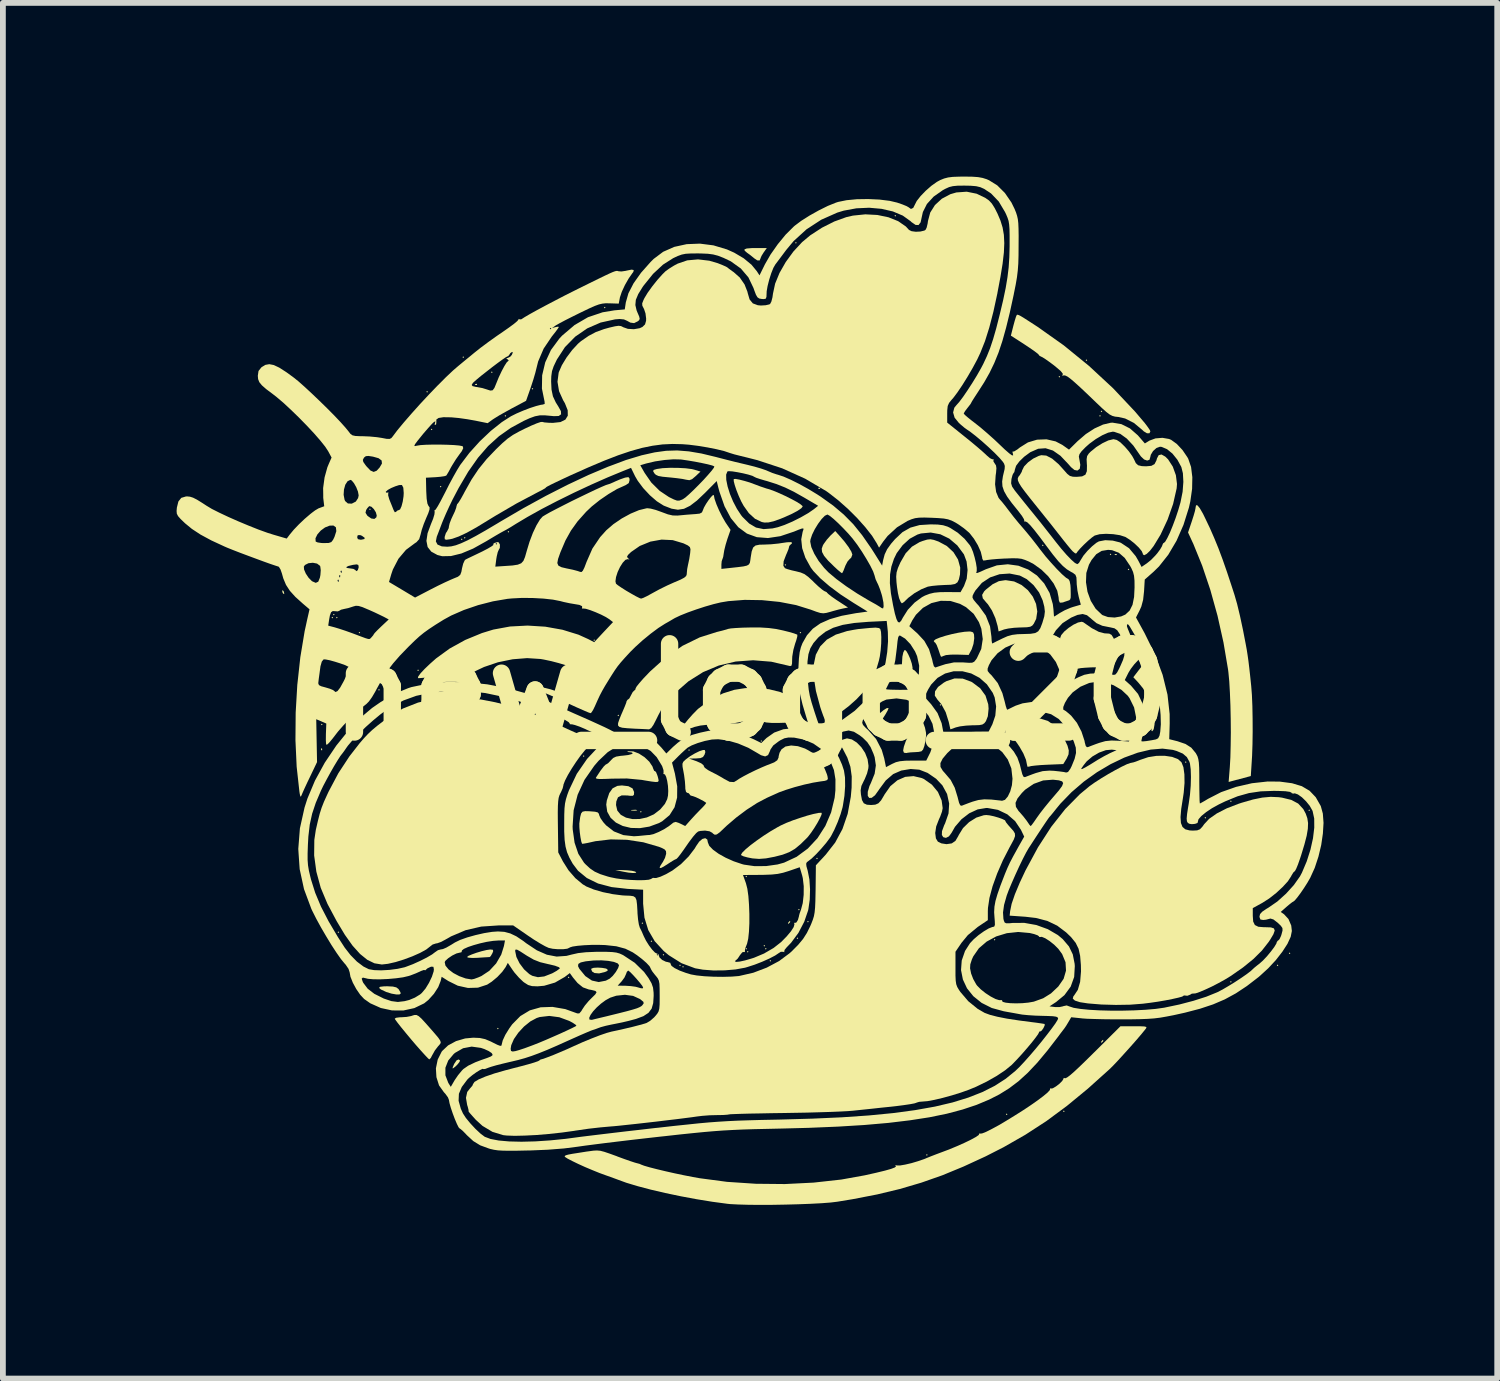
<source format=kicad_pcb>
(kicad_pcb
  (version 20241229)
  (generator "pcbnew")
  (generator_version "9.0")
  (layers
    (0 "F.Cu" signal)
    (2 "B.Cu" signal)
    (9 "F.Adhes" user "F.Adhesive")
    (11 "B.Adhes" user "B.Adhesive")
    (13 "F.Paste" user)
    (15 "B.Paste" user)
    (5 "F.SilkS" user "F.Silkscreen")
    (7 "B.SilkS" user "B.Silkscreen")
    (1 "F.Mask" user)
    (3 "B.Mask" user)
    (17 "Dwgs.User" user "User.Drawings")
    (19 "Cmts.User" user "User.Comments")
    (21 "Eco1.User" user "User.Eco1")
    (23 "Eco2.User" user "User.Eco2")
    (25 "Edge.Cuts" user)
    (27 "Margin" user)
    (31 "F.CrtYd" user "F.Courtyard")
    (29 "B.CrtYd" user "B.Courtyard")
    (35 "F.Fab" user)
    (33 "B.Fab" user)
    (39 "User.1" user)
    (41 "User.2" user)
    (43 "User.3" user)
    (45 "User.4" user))
  (footprint "new_logo_20"
    (layer "F.Cu")
    (at 9.93 8.904)
    (property "Reference" "new_logo_20" (at 0 0 0) (layer "F.SilkS") (effects (font (size 1.524 1.524) (thickness 0.3))))
    (attr board_only exclude_from_pos_files exclude_from_bom)
    (fp_poly (pts (xy -7.409 0.559) (xy -7.422 0.572) (xy -7.435 0.559) (xy -7.422 0.546)) (stroke (width 0) (type solid)) (fill yes) (layer "F.SilkS"))
    (fp_poly (pts (xy -7.227 -1.287) (xy -7.24 -1.274) (xy -7.253 -1.287) (xy -7.24 -1.3)) (stroke (width 0) (type solid)) (fill yes) (layer "F.SilkS"))
    (fp_poly (pts (xy -7.201 -1.339) (xy -7.214 -1.326) (xy -7.227 -1.339) (xy -7.214 -1.352)) (stroke (width 0) (type solid)) (fill yes) (layer "F.SilkS"))
    (fp_poly (pts (xy -7.149 -1.287) (xy -7.162 -1.274) (xy -7.175 -1.287) (xy -7.162 -1.3)) (stroke (width 0) (type solid)) (fill yes) (layer "F.SilkS"))
    (fp_poly (pts (xy -7.123 4.147) (xy -7.136 4.16) (xy -7.149 4.147) (xy -7.136 4.134)) (stroke (width 0) (type solid)) (fill yes) (layer "F.SilkS"))
    (fp_poly (pts (xy -6.759 -1.027) (xy -6.772 -1.014) (xy -6.785 -1.027) (xy -6.772 -1.04)) (stroke (width 0) (type solid)) (fill yes) (layer "F.SilkS"))
    (fp_poly (pts (xy -6.577 -3.159) (xy -6.59 -3.146) (xy -6.603 -3.159) (xy -6.59 -3.172)) (stroke (width 0) (type solid)) (fill yes) (layer "F.SilkS"))
    (fp_poly (pts (xy -6.421 -0.039) (xy -6.434 -0.026) (xy -6.447 -0.039) (xy -6.434 -0.052)) (stroke (width 0) (type solid)) (fill yes) (layer "F.SilkS"))
    (fp_poly (pts (xy -5.746 -0.377) (xy -5.759 -0.364) (xy -5.772 -0.377) (xy -5.759 -0.39)) (stroke (width 0) (type solid)) (fill yes) (layer "F.SilkS"))
    (fp_poly (pts (xy -5.59 -5.187) (xy -5.603 -5.174) (xy -5.616 -5.187) (xy -5.603 -5.2)) (stroke (width 0) (type solid)) (fill yes) (layer "F.SilkS"))
    (fp_poly (pts (xy -5.512 -4.537) (xy -5.525 -4.524) (xy -5.538 -4.537) (xy -5.525 -4.55)) (stroke (width 0) (type solid)) (fill yes) (layer "F.SilkS"))
    (fp_poly (pts (xy -5.356 -3.549) (xy -5.369 -3.536) (xy -5.382 -3.549) (xy -5.369 -3.562)) (stroke (width 0) (type solid)) (fill yes) (layer "F.SilkS"))
    (fp_poly (pts (xy -4.992 -2.639) (xy -5.005 -2.626) (xy -5.018 -2.639) (xy -5.005 -2.652)) (stroke (width 0) (type solid)) (fill yes) (layer "F.SilkS"))
    (fp_poly (pts (xy -4.966 -5.785) (xy -4.979 -5.772) (xy -4.992 -5.785) (xy -4.979 -5.798)) (stroke (width 0) (type solid)) (fill yes) (layer "F.SilkS"))
    (fp_poly (pts (xy -4.94 -2.665) (xy -4.953 -2.652) (xy -4.966 -2.665) (xy -4.953 -2.678)) (stroke (width 0) (type solid)) (fill yes) (layer "F.SilkS"))
    (fp_poly (pts (xy -4.472 -5.525) (xy -4.485 -5.512) (xy -4.498 -5.525) (xy -4.485 -5.538)) (stroke (width 0) (type solid)) (fill yes) (layer "F.SilkS"))
    (fp_poly (pts (xy -4.368 5.811) (xy -4.381 5.824) (xy -4.394 5.811) (xy -4.381 5.798)) (stroke (width 0) (type solid)) (fill yes) (layer "F.SilkS"))
    (fp_poly (pts (xy -4.238 -4.771) (xy -4.251 -4.758) (xy -4.264 -4.771) (xy -4.251 -4.784)) (stroke (width 0) (type solid)) (fill yes) (layer "F.SilkS"))
    (fp_poly (pts (xy -4.186 -2.769) (xy -4.199 -2.756) (xy -4.212 -2.769) (xy -4.199 -2.782)) (stroke (width 0) (type solid)) (fill yes) (layer "F.SilkS"))
    (fp_poly (pts (xy -3.77 -5.239) (xy -3.783 -5.226) (xy -3.796 -5.239) (xy -3.783 -5.252)) (stroke (width 0) (type solid)) (fill yes) (layer "F.SilkS"))
    (fp_poly (pts (xy -3.146 4.927) (xy -3.159 4.94) (xy -3.172 4.927) (xy -3.159 4.914)) (stroke (width 0) (type solid)) (fill yes) (layer "F.SilkS"))
    (fp_poly (pts (xy -3.12 -0.273) (xy -3.133 -0.26) (xy -3.146 -0.273) (xy -3.133 -0.286)) (stroke (width 0) (type solid)) (fill yes) (layer "F.SilkS"))
    (fp_poly (pts (xy -3.094 -0.351) (xy -3.107 -0.338) (xy -3.12 -0.351) (xy -3.107 -0.364)) (stroke (width 0) (type solid)) (fill yes) (layer "F.SilkS"))
    (fp_poly (pts (xy -2.886 1.105) (xy -2.899 1.118) (xy -2.912 1.105) (xy -2.899 1.092)) (stroke (width 0) (type solid)) (fill yes) (layer "F.SilkS"))
    (fp_poly (pts (xy -2.704 -0.897) (xy -2.717 -0.884) (xy -2.73 -0.897) (xy -2.717 -0.91)) (stroke (width 0) (type solid)) (fill yes) (layer "F.SilkS"))
    (fp_poly (pts (xy -2.522 -6.642) (xy -2.535 -6.629) (xy -2.548 -6.642) (xy -2.535 -6.655)) (stroke (width 0) (type solid)) (fill yes) (layer "F.SilkS"))
    (fp_poly (pts (xy -2.288 0.403) (xy -2.301 0.416) (xy -2.314 0.403) (xy -2.301 0.39)) (stroke (width 0) (type solid)) (fill yes) (layer "F.SilkS"))
    (fp_poly (pts (xy -1.898 2.067) (xy -1.911 2.08) (xy -1.924 2.067) (xy -1.911 2.054)) (stroke (width 0) (type solid)) (fill yes) (layer "F.SilkS"))
    (fp_poly (pts (xy -1.872 3.991) (xy -1.885 4.004) (xy -1.898 3.991) (xy -1.885 3.978)) (stroke (width 0) (type solid)) (fill yes) (layer "F.SilkS"))
    (fp_poly (pts (xy -1.716 4.303) (xy -1.729 4.316) (xy -1.742 4.303) (xy -1.729 4.29)) (stroke (width 0) (type solid)) (fill yes) (layer "F.SilkS"))
    (fp_poly (pts (xy -1.508 4.537) (xy -1.521 4.55) (xy -1.534 4.537) (xy -1.521 4.524)) (stroke (width 0) (type solid)) (fill yes) (layer "F.SilkS"))
    (fp_poly (pts (xy -1.222 4.719) (xy -1.235 4.732) (xy -1.248 4.719) (xy -1.235 4.706)) (stroke (width 0) (type solid)) (fill yes) (layer "F.SilkS"))
    (fp_poly (pts (xy -1.17 4.745) (xy -1.183 4.758) (xy -1.196 4.745) (xy -1.183 4.732)) (stroke (width 0) (type solid)) (fill yes) (layer "F.SilkS"))
    (fp_poly (pts (xy -1.066 1.001) (xy -1.079 1.014) (xy -1.092 1.001) (xy -1.079 0.988)) (stroke (width 0) (type solid)) (fill yes) (layer "F.SilkS"))
    (fp_poly (pts (xy -0.078 3.185) (xy -0.091 3.198) (xy -0.104 3.185) (xy -0.091 3.172)) (stroke (width 0) (type solid)) (fill yes) (layer "F.SilkS"))
    (fp_poly (pts (xy -0.078 4.433) (xy -0.091 4.446) (xy -0.104 4.433) (xy -0.091 4.42)) (stroke (width 0) (type solid)) (fill yes) (layer "F.SilkS"))
    (fp_poly (pts (xy -0.052 4.485) (xy -0.065 4.498) (xy -0.078 4.485) (xy -0.065 4.472)) (stroke (width 0) (type solid)) (fill yes) (layer "F.SilkS"))
    (fp_poly (pts (xy 0.182 0.845) (xy 0.169 0.858) (xy 0.156 0.845) (xy 0.169 0.832)) (stroke (width 0) (type solid)) (fill yes) (layer "F.SilkS"))
    (fp_poly (pts (xy 0.234 4.381) (xy 0.221 4.394) (xy 0.208 4.381) (xy 0.221 4.368)) (stroke (width 0) (type solid)) (fill yes) (layer "F.SilkS"))
    (fp_poly (pts (xy 0.26 4.433) (xy 0.247 4.446) (xy 0.234 4.433) (xy 0.247 4.42)) (stroke (width 0) (type solid)) (fill yes) (layer "F.SilkS"))
    (fp_poly (pts (xy 0.338 4.641) (xy 0.325 4.654) (xy 0.312 4.641) (xy 0.325 4.628)) (stroke (width 0) (type solid)) (fill yes) (layer "F.SilkS"))
    (fp_poly (pts (xy 0.598 -2.197) (xy 0.585 -2.184) (xy 0.572 -2.197) (xy 0.585 -2.21)) (stroke (width 0) (type solid)) (fill yes) (layer "F.SilkS"))
    (fp_poly (pts (xy 0.78 -7.76) (xy 0.767 -7.747) (xy 0.754 -7.76) (xy 0.767 -7.773)) (stroke (width 0) (type solid)) (fill yes) (layer "F.SilkS"))
    (fp_poly (pts (xy 0.806 4.251) (xy 0.793 4.264) (xy 0.78 4.251) (xy 0.793 4.238)) (stroke (width 0) (type solid)) (fill yes) (layer "F.SilkS"))
    (fp_poly (pts (xy 0.832 3.757) (xy 0.819 3.77) (xy 0.806 3.757) (xy 0.819 3.744)) (stroke (width 0) (type solid)) (fill yes) (layer "F.SilkS"))
    (fp_poly (pts (xy 0.858 -1.027) (xy 0.845 -1.014) (xy 0.832 -1.027) (xy 0.845 -1.04)) (stroke (width 0) (type solid)) (fill yes) (layer "F.SilkS"))
    (fp_poly (pts (xy 0.988 3.965) (xy 0.975 3.978) (xy 0.962 3.965) (xy 0.975 3.952)) (stroke (width 0) (type solid)) (fill yes) (layer "F.SilkS"))
    (fp_poly (pts (xy 1.144 2.873) (xy 1.131 2.886) (xy 1.118 2.873) (xy 1.131 2.86)) (stroke (width 0) (type solid)) (fill yes) (layer "F.SilkS"))
    (fp_poly (pts (xy 2.496 -8.228) (xy 2.483 -8.215) (xy 2.47 -8.228) (xy 2.483 -8.241)) (stroke (width 0) (type solid)) (fill yes) (layer "F.SilkS"))
    (fp_poly (pts (xy 3.042 7.994) (xy 3.029 8.007) (xy 3.016 7.994) (xy 3.029 7.981)) (stroke (width 0) (type solid)) (fill yes) (layer "F.SilkS"))
    (fp_poly (pts (xy 3.276 0.221) (xy 3.263 0.234) (xy 3.25 0.221) (xy 3.263 0.208)) (stroke (width 0) (type solid)) (fill yes) (layer "F.SilkS"))
    (fp_poly (pts (xy 4.212 4.277) (xy 4.199 4.29) (xy 4.186 4.277) (xy 4.199 4.264)) (stroke (width 0) (type solid)) (fill yes) (layer "F.SilkS"))
    (fp_poly (pts (xy 4.42 7.292) (xy 4.407 7.305) (xy 4.394 7.292) (xy 4.407 7.279)) (stroke (width 0) (type solid)) (fill yes) (layer "F.SilkS"))
    (fp_poly (pts (xy 5.044 -2.535) (xy 5.031 -2.522) (xy 5.018 -2.535) (xy 5.031 -2.548)) (stroke (width 0) (type solid)) (fill yes) (layer "F.SilkS"))
    (fp_poly (pts (xy 5.33 -5.447) (xy 5.317 -5.434) (xy 5.304 -5.447) (xy 5.317 -5.46)) (stroke (width 0) (type solid)) (fill yes) (layer "F.SilkS"))
    (fp_poly (pts (xy 5.408 7.24) (xy 5.395 7.253) (xy 5.382 7.24) (xy 5.395 7.227)) (stroke (width 0) (type solid)) (fill yes) (layer "F.SilkS"))
    (fp_poly (pts (xy 5.798 -5.733) (xy 5.785 -5.72) (xy 5.772 -5.733) (xy 5.785 -5.746)) (stroke (width 0) (type solid)) (fill yes) (layer "F.SilkS"))
    (fp_poly (pts (xy 6.032 -4.771) (xy 6.019 -4.758) (xy 6.006 -4.771) (xy 6.019 -4.784)) (stroke (width 0) (type solid)) (fill yes) (layer "F.SilkS"))
    (fp_poly (pts (xy 6.058 -4.849) (xy 6.045 -4.836) (xy 6.032 -4.849) (xy 6.045 -4.862)) (stroke (width 0) (type solid)) (fill yes) (layer "F.SilkS"))
    (fp_poly (pts (xy 6.214 -2.379) (xy 6.201 -2.366) (xy 6.188 -2.379) (xy 6.201 -2.392)) (stroke (width 0) (type solid)) (fill yes) (layer "F.SilkS"))
    (fp_poly (pts (xy 6.525 -2.119) (xy 6.512 -2.106) (xy 6.499 -2.119) (xy 6.512 -2.132)) (stroke (width 0) (type solid)) (fill yes) (layer "F.SilkS"))
    (fp_poly (pts (xy 7.513 1.209) (xy 7.5 1.222) (xy 7.487 1.209) (xy 7.5 1.196)) (stroke (width 0) (type solid)) (fill yes) (layer "F.SilkS"))
    (fp_poly (pts (xy 7.851 2.171) (xy 7.838 2.184) (xy 7.825 2.171) (xy 7.838 2.158)) (stroke (width 0) (type solid)) (fill yes) (layer "F.SilkS"))
    (fp_poly (pts (xy 8.293 1.885) (xy 8.28 1.898) (xy 8.267 1.885) (xy 8.28 1.872)) (stroke (width 0) (type solid)) (fill yes) (layer "F.SilkS"))
    (fp_poly (pts (xy 8.293 5.005) (xy 8.28 5.018) (xy 8.267 5.005) (xy 8.28 4.992)) (stroke (width 0) (type solid)) (fill yes) (layer "F.SilkS"))
    (fp_poly (pts (xy 9.099 4.719) (xy 9.086 4.732) (xy 9.073 4.719) (xy 9.086 4.706)) (stroke (width 0) (type solid)) (fill yes) (layer "F.SilkS"))
    (fp_poly (pts (xy 9.307 4.511) (xy 9.294 4.524) (xy 9.281 4.511) (xy 9.294 4.498)) (stroke (width 0) (type solid)) (fill yes) (layer "F.SilkS"))
    (fp_poly (pts (xy 9.645 2.041) (xy 9.632 2.054) (xy 9.619 2.041) (xy 9.632 2.028)) (stroke (width 0) (type solid)) (fill yes) (layer "F.SilkS"))
    (fp_poly (pts (xy -7.418 0.971) (xy -7.415 1.001) (xy -7.418 1.005) (xy -7.434 1.002) (xy -7.435 0.988) (xy -7.426 0.967)) (stroke (width 0) (type solid)) (fill yes) (layer "F.SilkS"))
    (fp_poly (pts (xy -4.74 -5.321) (xy -4.744 -5.305) (xy -4.758 -5.304) (xy -4.779 -5.313) (xy -4.775 -5.321) (xy -4.744 -5.324)) (stroke (width 0) (type solid)) (fill yes) (layer "F.SilkS"))
    (fp_poly (pts (xy 1.187 -3.527) (xy 1.184 -3.512) (xy 1.17 -3.51) (xy 1.149 -3.519) (xy 1.153 -3.527) (xy 1.183 -3.53)) (stroke (width 0) (type solid)) (fill yes) (layer "F.SilkS"))
    (fp_poly (pts (xy 6.309 -2.383) (xy 6.305 -2.368) (xy 6.292 -2.366) (xy 6.27 -2.375) (xy 6.274 -2.383) (xy 6.305 -2.386)) (stroke (width 0) (type solid)) (fill yes) (layer "F.SilkS"))
    (fp_poly (pts (xy -8.086 -1.749) (xy -8.076 -1.73) (xy -8.07 -1.693) (xy -8.087 -1.7) (xy -8.099 -1.718) (xy -8.107 -1.752) (xy -8.104 -1.758)) (stroke (width 0) (type solid)) (fill yes) (layer "F.SilkS"))
    (fp_poly (pts (xy -1.982 2.036) (xy -1.974 2.043) (xy -2.01 2.048) (xy -2.028 2.048) (xy -2.075 2.045) (xy -2.081 2.038) (xy -2.073 2.036) (xy -2.007 2.032)) (stroke (width 0) (type solid)) (fill yes) (layer "F.SilkS"))
    (fp_poly (pts (xy 0.668 3.968) (xy 0.663 3.978) (xy 0.638 4.003) (xy 0.634 4.004) (xy 0.632 3.987) (xy 0.637 3.978) (xy 0.661 3.953) (xy 0.666 3.952)) (stroke (width 0) (type solid)) (fill yes) (layer "F.SilkS"))
    (fp_poly (pts (xy 6.075 6.022) (xy 6.071 6.032) (xy 6.046 6.056) (xy 6.041 6.058) (xy 6.04 6.041) (xy 6.045 6.032) (xy 6.069 6.007) (xy 6.074 6.006)) (stroke (width 0) (type solid)) (fill yes) (layer "F.SilkS"))
    (fp_poly (pts (xy -2.145 3.078) (xy -2.067 3.086) (xy -2.012 3.099) (xy -1.99 3.113) (xy -2.002 3.122) (xy -2.047 3.125) (xy -2.124 3.118) (xy -2.197 3.105) (xy -2.353 3.074) (xy -2.236 3.074)) (stroke (width 0) (type solid)) (fill yes) (layer "F.SilkS"))
    (fp_poly (pts (xy -5.035 6.36) (xy -5.042 6.385) (xy -5.074 6.427) (xy -5.116 6.469) (xy -5.153 6.497) (xy -5.163 6.499) (xy -5.16 6.479) (xy -5.139 6.43) (xy -5.135 6.421) (xy -5.094 6.36) (xy -5.059 6.345)) (stroke (width 0) (type solid)) (fill yes) (layer "F.SilkS"))
    (fp_poly (pts (xy -2.58 4.763) (xy -2.516 4.774) (xy -2.497 4.783) (xy -2.479 4.803) (xy -2.504 4.823) (xy -2.531 4.834) (xy -2.632 4.859) (xy -2.712 4.852) (xy -2.752 4.827) (xy -2.769 4.789) (xy -2.764 4.775) (xy -2.725 4.762) (xy -2.656 4.758)) (stroke (width 0) (type solid)) (fill yes) (layer "F.SilkS"))
    (fp_poly (pts (xy 0.21 -7.594) (xy 0.174 -7.536) (xy 0.156 -7.495) (xy 0.156 -7.491) (xy 0.14 -7.455) (xy 0.099 -7.457) (xy 0.049 -7.491) (xy -0.017 -7.545) (xy -0.071 -7.584) (xy -0.117 -7.622) (xy -0.122 -7.647) (xy -0.082 -7.662) (xy 0.006 -7.669) (xy 0.067 -7.669) (xy 0.264 -7.669)) (stroke (width 0) (type solid)) (fill yes) (layer "F.SilkS"))
    (fp_poly (pts (xy -6.194 5.086) (xy -6.135 5.1) (xy -6.099 5.127) (xy -6.094 5.133) (xy -6.066 5.18) (xy -6.058 5.205) (xy -6.08 5.222) (xy -6.137 5.222) (xy -6.217 5.208) (xy -6.307 5.18) (xy -6.316 5.176) (xy -6.4 5.137) (xy -6.433 5.109) (xy -6.416 5.09) (xy -6.347 5.082) (xy -6.29 5.081)) (stroke (width 0) (type solid)) (fill yes) (layer "F.SilkS"))
    (fp_poly (pts (xy 2.366 0.282) (xy 2.352 0.317) (xy 2.317 0.379) (xy 2.288 0.425) (xy 2.244 0.495) (xy 2.216 0.55) (xy 2.21 0.569) (xy 2.196 0.596) (xy 2.159 0.584) (xy 2.125 0.552) (xy 2.102 0.52) (xy 2.107 0.489) (xy 2.142 0.442) (xy 2.158 0.424) (xy 2.221 0.361) (xy 2.283 0.31) (xy 2.334 0.278) (xy 2.363 0.274)) (stroke (width 0) (type solid)) (fill yes) (layer "F.SilkS"))
    (fp_poly (pts (xy -4.466 4.451) (xy -4.462 4.476) (xy -4.476 4.511) (xy -4.503 4.558) (xy -4.521 4.576) (xy -4.553 4.578) (xy -4.622 4.582) (xy -4.715 4.588) (xy -4.725 4.589) (xy -4.821 4.592) (xy -4.887 4.587) (xy -4.914 4.577) (xy -4.914 4.576) (xy -4.891 4.557) (xy -4.831 4.531) (xy -4.75 4.502) (xy -4.66 4.475) (xy -4.577 4.455) (xy -4.514 4.446) (xy -4.508 4.446)) (stroke (width 0) (type solid)) (fill yes) (layer "F.SilkS"))
    (fp_poly (pts (xy 6.792 -0.322) (xy 6.843 -0.175) (xy 6.887 -0.015) (xy 6.922 0.148) (xy 6.947 0.304) (xy 6.96 0.444) (xy 6.961 0.559) (xy 6.947 0.638) (xy 6.936 0.658) (xy 6.918 0.677) (xy 6.909 0.667) (xy 6.907 0.62) (xy 6.91 0.53) (xy 6.911 0.52) (xy 6.904 0.3) (xy 6.856 0.107) (xy 6.763 -0.064) (xy 6.684 -0.161) (xy 6.595 -0.257) (xy 6.742 -0.449)) (stroke (width 0) (type solid)) (fill yes) (layer "F.SilkS"))
    (fp_poly (pts (xy -1.27 -3.873) (xy -1.138 -3.866) (xy -1.031 -3.852) (xy -0.993 -3.843) (xy -0.881 -3.809) (xy -0.967 -3.728) (xy -1.026 -3.678) (xy -1.073 -3.66) (xy -1.126 -3.668) (xy -1.131 -3.669) (xy -1.194 -3.682) (xy -1.29 -3.695) (xy -1.401 -3.707) (xy -1.425 -3.709) (xy -1.537 -3.72) (xy -1.609 -3.733) (xy -1.652 -3.753) (xy -1.679 -3.78) (xy -1.7 -3.818) (xy -1.688 -3.838) (xy -1.633 -3.854) (xy -1.632 -3.854) (xy -1.535 -3.868) (xy -1.408 -3.874)) (stroke (width 0) (type solid)) (fill yes) (layer "F.SilkS"))
    (fp_poly (pts (xy 2.677 -0.705) (xy 2.709 -0.648) (xy 2.742 -0.573) (xy 2.768 -0.494) (xy 2.781 -0.427) (xy 2.782 -0.415) (xy 2.771 -0.336) (xy 2.746 -0.251) (xy 2.744 -0.246) (xy 2.71 -0.184) (xy 2.668 -0.159) (xy 2.629 -0.156) (xy 2.569 -0.163) (xy 2.537 -0.179) (xy 2.536 -0.216) (xy 2.551 -0.281) (xy 2.561 -0.312) (xy 2.586 -0.406) (xy 2.599 -0.498) (xy 2.6 -0.517) (xy 2.606 -0.612) (xy 2.622 -0.686) (xy 2.643 -0.725) (xy 2.652 -0.728)) (stroke (width 0) (type solid)) (fill yes) (layer "F.SilkS"))
    (fp_poly (pts (xy 2.937 0.488) (xy 2.969 0.539) (xy 2.996 0.614) (xy 3.013 0.696) (xy 3.016 0.741) (xy 3.007 0.83) (xy 2.987 0.924) (xy 2.985 0.932) (xy 2.963 0.992) (xy 2.936 1.022) (xy 2.886 1.033) (xy 2.825 1.037) (xy 2.747 1.041) (xy 2.693 1.048) (xy 2.68 1.052) (xy 2.645 1.05) (xy 2.63 1.042) (xy 2.619 1.008) (xy 2.632 0.941) (xy 2.663 0.852) (xy 2.708 0.754) (xy 2.76 0.655) (xy 2.814 0.569) (xy 2.866 0.504) (xy 2.907 0.474)) (stroke (width 0) (type solid)) (fill yes) (layer "F.SilkS"))
    (fp_poly (pts (xy 1.511 -2.71) (xy 1.603 -2.604) (xy 1.676 -2.506) (xy 1.724 -2.427) (xy 1.742 -2.375) (xy 1.742 -2.375) (xy 1.722 -2.322) (xy 1.695 -2.297) (xy 1.658 -2.255) (xy 1.622 -2.185) (xy 1.613 -2.161) (xy 1.588 -2.096) (xy 1.568 -2.058) (xy 1.562 -2.054) (xy 1.537 -2.071) (xy 1.486 -2.114) (xy 1.43 -2.166) (xy 1.323 -2.271) (xy 1.254 -2.353) (xy 1.219 -2.419) (xy 1.213 -2.477) (xy 1.233 -2.534) (xy 1.246 -2.557) (xy 1.301 -2.633) (xy 1.366 -2.706) (xy 1.371 -2.71) (xy 1.446 -2.782)) (stroke (width 0) (type solid)) (fill yes) (layer "F.SilkS"))
    (fp_poly (pts (xy 5.12 0.498) (xy 5.24 0.584) (xy 5.348 0.716) (xy 5.407 0.817) (xy 5.458 0.926) (xy 5.48 1.007) (xy 5.476 1.074) (xy 5.446 1.143) (xy 5.435 1.161) (xy 5.385 1.243) (xy 5.117 1.254) (xy 5 1.26) (xy 4.899 1.269) (xy 4.827 1.278) (xy 4.803 1.285) (xy 4.767 1.29) (xy 4.758 1.254) (xy 4.741 1.17) (xy 4.696 1.061) (xy 4.628 0.942) (xy 4.582 0.875) (xy 4.49 0.75) (xy 4.542 0.681) (xy 4.638 0.584) (xy 4.763 0.505) (xy 4.86 0.468) (xy 4.992 0.458)) (stroke (width 0) (type solid)) (fill yes) (layer "F.SilkS"))
    (fp_poly (pts (xy 3.648 -0.233) (xy 3.795 -0.179) (xy 3.813 -0.169) (xy 3.95 -0.066) (xy 4.042 0.061) (xy 4.089 0.211) (xy 4.095 0.287) (xy 4.082 0.417) (xy 4.049 0.502) (xy 4.021 0.538) (xy 3.987 0.56) (xy 3.934 0.57) (xy 3.847 0.573) (xy 3.815 0.573) (xy 3.705 0.579) (xy 3.601 0.592) (xy 3.531 0.609) (xy 3.435 0.643) (xy 3.407 0.516) (xy 3.354 0.347) (xy 3.277 0.206) (xy 3.213 0.132) (xy 3.166 0.061) (xy 3.17 -0.013) (xy 3.222 -0.089) (xy 3.322 -0.164) (xy 3.367 -0.189) (xy 3.507 -0.236)) (stroke (width 0) (type solid)) (fill yes) (layer "F.SilkS"))
    (fp_poly (pts (xy 3.789 -1.045) (xy 3.827 -1.032) (xy 3.843 -0.997) (xy 3.847 -0.928) (xy 3.834 -0.833) (xy 3.804 -0.741) (xy 3.798 -0.73) (xy 3.751 -0.642) (xy 3.551 -0.648) (xy 3.441 -0.647) (xy 3.358 -0.639) (xy 3.315 -0.624) (xy 3.281 -0.61) (xy 3.27 -0.616) (xy 3.256 -0.652) (xy 3.234 -0.718) (xy 3.224 -0.747) (xy 3.198 -0.814) (xy 3.174 -0.853) (xy 3.165 -0.858) (xy 3.149 -0.877) (xy 3.151 -0.888) (xy 3.182 -0.913) (xy 3.253 -0.942) (xy 3.35 -0.973) (xy 3.462 -1.002) (xy 3.576 -1.026) (xy 3.68 -1.042) (xy 3.762 -1.047)) (stroke (width 0) (type solid)) (fill yes) (layer "F.SilkS"))
    (fp_poly (pts (xy 4.536 -1.911) (xy 4.664 -1.85) (xy 4.774 -1.76) (xy 4.859 -1.648) (xy 4.915 -1.523) (xy 4.936 -1.392) (xy 4.917 -1.265) (xy 4.876 -1.182) (xy 4.849 -1.148) (xy 4.814 -1.129) (xy 4.757 -1.12) (xy 4.664 -1.117) (xy 4.647 -1.117) (xy 4.537 -1.111) (xy 4.434 -1.098) (xy 4.363 -1.082) (xy 4.268 -1.048) (xy 4.251 -1.141) (xy 4.212 -1.277) (xy 4.153 -1.409) (xy 4.083 -1.517) (xy 4.054 -1.549) (xy 3.995 -1.619) (xy 3.983 -1.679) (xy 4.019 -1.741) (xy 4.049 -1.771) (xy 4.166 -1.864) (xy 4.272 -1.916) (xy 4.382 -1.933) (xy 4.394 -1.933)) (stroke (width 0) (type solid)) (fill yes) (layer "F.SilkS"))
    (fp_poly (pts (xy 5.73 -1.207) (xy 5.878 -1.104) (xy 5.998 -1.041) (xy 6.096 -1.015) (xy 6.116 -1.014) (xy 6.179 -1.01) (xy 6.219 -0.988) (xy 6.251 -0.936) (xy 6.266 -0.903) (xy 6.309 -0.771) (xy 6.309 -0.646) (xy 6.277 -0.534) (xy 6.237 -0.429) (xy 5.985 -0.429) (xy 5.867 -0.427) (xy 5.762 -0.421) (xy 5.684 -0.414) (xy 5.661 -0.409) (xy 5.61 -0.4) (xy 5.591 -0.419) (xy 5.589 -0.448) (xy 5.572 -0.533) (xy 5.526 -0.638) (xy 5.462 -0.745) (xy 5.411 -0.811) (xy 5.363 -0.872) (xy 5.334 -0.919) (xy 5.33 -0.932) (xy 5.35 -0.985) (xy 5.403 -1.047) (xy 5.477 -1.109) (xy 5.56 -1.164) (xy 5.639 -1.202) (xy 5.703 -1.215)) (stroke (width 0) (type solid)) (fill yes) (layer "F.SilkS"))
    (fp_poly (pts (xy -5.786 5.577) (xy -5.748 5.597) (xy -5.699 5.641) (xy -5.631 5.715) (xy -5.561 5.794) (xy -5.472 5.896) (xy -5.412 5.967) (xy -5.379 6.015) (xy -5.367 6.048) (xy -5.375 6.073) (xy -5.397 6.1) (xy -5.414 6.118) (xy -5.469 6.19) (xy -5.511 6.265) (xy -5.512 6.266) (xy -5.54 6.32) (xy -5.564 6.343) (xy -5.565 6.344) (xy -5.588 6.325) (xy -5.638 6.272) (xy -5.71 6.193) (xy -5.798 6.093) (xy -5.874 6.004) (xy -5.968 5.891) (xy -6.05 5.791) (xy -6.113 5.711) (xy -6.152 5.658) (xy -6.162 5.64) (xy -6.138 5.625) (xy -6.08 5.617) (xy -6.046 5.616) (xy -5.957 5.61) (xy -5.878 5.595) (xy -5.862 5.589) (xy -5.822 5.577)) (stroke (width 0) (type solid)) (fill yes) (layer "F.SilkS"))
    (fp_poly (pts (xy 1.213 2.088) (xy 1.209 2.118) (xy 1.182 2.178) (xy 1.139 2.258) (xy 1.086 2.345) (xy 1.03 2.428) (xy 0.978 2.496) (xy 0.962 2.514) (xy 0.847 2.627) (xy 0.749 2.708) (xy 0.65 2.765) (xy 0.538 2.808) (xy 0.398 2.844) (xy 0.25 2.872) (xy 0.13 2.881) (xy 0.014 2.872) (xy -0.071 2.855) (xy -0.139 2.836) (xy -0.178 2.817) (xy -0.182 2.811) (xy -0.161 2.774) (xy -0.103 2.716) (xy -0.017 2.644) (xy 0.09 2.564) (xy 0.209 2.481) (xy 0.332 2.402) (xy 0.452 2.332) (xy 0.506 2.303) (xy 0.602 2.259) (xy 0.717 2.214) (xy 0.841 2.172) (xy 0.961 2.134) (xy 1.069 2.105) (xy 1.154 2.087) (xy 1.205 2.084)) (stroke (width 0) (type solid)) (fill yes) (layer "F.SilkS"))
    (fp_poly (pts (xy -0.209 -3.67) (xy -0.123 -3.648) (xy -0.032 -3.621) (xy 0.049 -3.591) (xy 0.052 -3.59) (xy 0.153 -3.552) (xy 0.26 -3.516) (xy 0.286 -3.509) (xy 0.37 -3.481) (xy 0.471 -3.439) (xy 0.581 -3.389) (xy 0.687 -3.336) (xy 0.78 -3.286) (xy 0.848 -3.243) (xy 0.882 -3.213) (xy 0.884 -3.207) (xy 0.861 -3.176) (xy 0.797 -3.132) (xy 0.7 -3.08) (xy 0.578 -3.025) (xy 0.501 -2.993) (xy 0.38 -2.95) (xy 0.291 -2.93) (xy 0.221 -2.929) (xy 0.177 -2.938) (xy 0.06 -2.994) (xy -0.046 -3.091) (xy -0.135 -3.216) (xy -0.178 -3.294) (xy -0.221 -3.389) (xy -0.26 -3.487) (xy -0.29 -3.577) (xy -0.307 -3.645) (xy -0.307 -3.68) (xy -0.306 -3.68) (xy -0.275 -3.682)) (stroke (width 0) (type solid)) (fill yes) (layer "F.SilkS"))
    (fp_poly (pts (xy 3.149 -2.629) (xy 3.231 -2.6) (xy 3.374 -2.523) (xy 3.488 -2.417) (xy 3.567 -2.29) (xy 3.605 -2.151) (xy 3.601 -2.031) (xy 3.582 -1.947) (xy 3.557 -1.896) (xy 3.514 -1.867) (xy 3.442 -1.854) (xy 3.334 -1.85) (xy 3.223 -1.844) (xy 3.121 -1.834) (xy 3.049 -1.822) (xy 3.044 -1.821) (xy 2.931 -1.775) (xy 2.811 -1.706) (xy 2.709 -1.629) (xy 2.68 -1.601) (xy 2.633 -1.556) (xy 2.599 -1.534) (xy 2.596 -1.534) (xy 2.577 -1.556) (xy 2.553 -1.612) (xy 2.547 -1.631) (xy 2.529 -1.711) (xy 2.513 -1.816) (xy 2.504 -1.898) (xy 2.499 -1.994) (xy 2.506 -2.068) (xy 2.529 -2.143) (xy 2.572 -2.241) (xy 2.663 -2.398) (xy 2.771 -2.512) (xy 2.902 -2.59) (xy 2.958 -2.611) (xy 3.034 -2.634) (xy 3.09 -2.64)) (stroke (width 0) (type solid)) (fill yes) (layer "F.SilkS"))
    (fp_poly (pts (xy -2.042 1.024) (xy -1.945 1.061) (xy -1.849 1.123) (xy -1.766 1.201) (xy -1.71 1.286) (xy -1.699 1.319) (xy -1.681 1.36) (xy -1.666 1.366) (xy -1.649 1.381) (xy -1.628 1.433) (xy -1.62 1.457) (xy -1.608 1.504) (xy -1.604 1.534) (xy -1.617 1.55) (xy -1.655 1.553) (xy -1.725 1.545) (xy -1.836 1.527) (xy -1.898 1.516) (xy -2.152 1.492) (xy -2.413 1.495) (xy -2.542 1.5) (xy -2.627 1.501) (xy -2.673 1.496) (xy -2.689 1.485) (xy -2.686 1.476) (xy -2.609 1.359) (xy -2.551 1.283) (xy -2.515 1.249) (xy -2.51 1.248) (xy -2.478 1.229) (xy -2.434 1.184) (xy -2.429 1.178) (xy -2.389 1.138) (xy -2.338 1.114) (xy -2.259 1.101) (xy -2.214 1.097) (xy -2.13 1.087) (xy -2.073 1.072) (xy -2.05 1.056) (xy -2.067 1.043) (xy -2.112 1.037) (xy -2.148 1.033) (xy -2.133 1.024) (xy -2.125 1.022)) (stroke (width 0) (type solid)) (fill yes) (layer "F.SilkS"))
    (fp_poly (pts (xy 0.305 -0.049) (xy 0.495 -0.002) (xy 0.626 0.053) (xy 0.666 0.062) (xy 0.683 0.032) (xy 0.69 0.01) (xy 0.698 0.008) (xy 0.71 0.032) (xy 0.729 0.088) (xy 0.756 0.183) (xy 0.786 0.289) (xy 0.848 0.513) (xy 0.584 0.529) (xy 0.457 0.533) (xy 0.343 0.532) (xy 0.258 0.525) (xy 0.232 0.519) (xy 0.11 0.499) (xy -0.033 0.496) (xy -0.169 0.511) (xy -0.214 0.521) (xy -0.279 0.533) (xy -0.382 0.544) (xy -0.505 0.552) (xy -0.604 0.557) (xy -0.763 0.564) (xy -0.884 0.578) (xy -0.982 0.601) (xy -1.04 0.621) (xy -1.134 0.656) (xy -1.19 0.672) (xy -1.216 0.672) (xy -1.222 0.661) (xy -1.205 0.621) (xy -1.16 0.554) (xy -1.095 0.473) (xy -1.019 0.387) (xy -0.941 0.307) (xy -0.921 0.288) (xy -0.719 0.135) (xy -0.492 0.022) (xy -0.299 -0.039) (xy -0.108 -0.069) (xy 0.099 -0.072)) (stroke (width 0) (type solid)) (fill yes) (layer "F.SilkS"))
    (fp_poly (pts (xy 2.202 -1.106) (xy 2.224 -1.09) (xy 2.237 -1.039) (xy 2.242 -0.951) (xy 2.24 -0.841) (xy 2.231 -0.724) (xy 2.216 -0.614) (xy 2.201 -0.546) (xy 2.162 -0.412) (xy 2.127 -0.306) (xy 2.098 -0.234) (xy 2.081 -0.208) (xy 2.058 -0.179) (xy 2.021 -0.124) (xy 2.013 -0.111) (xy 1.928 0.002) (xy 1.812 0.125) (xy 1.678 0.244) (xy 1.541 0.348) (xy 1.485 0.383) (xy 1.397 0.434) (xy 1.327 0.473) (xy 1.285 0.492) (xy 1.28 0.494) (xy 1.265 0.471) (xy 1.239 0.408) (xy 1.207 0.318) (xy 1.188 0.261) (xy 1.113 -0.018) (xy 1.075 -0.261) (xy 1.074 -0.47) (xy 1.111 -0.646) (xy 1.187 -0.79) (xy 1.301 -0.906) (xy 1.456 -0.993) (xy 1.65 -1.054) (xy 1.678 -1.059) (xy 1.76 -1.075) (xy 1.826 -1.086) (xy 1.846 -1.089) (xy 1.892 -1.093) (xy 1.97 -1.101) (xy 2.044 -1.108) (xy 2.144 -1.114)) (stroke (width 0) (type solid)) (fill yes) (layer "F.SilkS"))
    (fp_poly (pts (xy 7.703 -3.225) (xy 7.743 -3.176) (xy 7.799 -3.079) (xy 7.833 -3.009) (xy 7.916 -2.835) (xy 7.991 -2.664) (xy 8.064 -2.486) (xy 8.137 -2.291) (xy 8.214 -2.07) (xy 8.299 -1.813) (xy 8.343 -1.677) (xy 8.388 -1.52) (xy 8.437 -1.316) (xy 8.49 -1.068) (xy 8.511 -0.959) (xy 8.535 -0.835) (xy 8.554 -0.732) (xy 8.569 -0.636) (xy 8.583 -0.537) (xy 8.597 -0.421) (xy 8.613 -0.277) (xy 8.631 -0.104) (xy 8.643 0.049) (xy 8.651 0.24) (xy 8.655 0.455) (xy 8.656 0.68) (xy 8.653 0.9) (xy 8.646 1.103) (xy 8.64 1.199) (xy 8.624 1.45) (xy 8.241 1.552) (xy 8.261 1.302) (xy 8.271 1.13) (xy 8.276 0.925) (xy 8.279 0.699) (xy 8.277 0.464) (xy 8.272 0.231) (xy 8.263 0.011) (xy 8.252 -0.183) (xy 8.237 -0.342) (xy 8.231 -0.39) (xy 8.152 -0.857) (xy 8.049 -1.319) (xy 7.925 -1.765) (xy 7.784 -2.184) (xy 7.629 -2.565) (xy 7.615 -2.594) (xy 7.54 -2.757) (xy 7.605 -2.95) (xy 7.636 -3.047) (xy 7.659 -3.127) (xy 7.669 -3.177) (xy 7.669 -3.181) (xy 7.678 -3.228)) (stroke (width 0) (type solid)) (fill yes) (layer "F.SilkS"))
    (fp_poly (pts (xy 4.613 -6.513) (xy 4.65 -6.495) (xy 4.709 -6.459) (xy 4.798 -6.402) (xy 4.923 -6.321) (xy 4.94 -6.31) (xy 5.392 -5.99) (xy 5.83 -5.633) (xy 6.244 -5.249) (xy 6.623 -4.847) (xy 6.792 -4.648) (xy 6.844 -4.579) (xy 6.88 -4.526) (xy 6.889 -4.503) (xy 6.873 -4.47) (xy 6.83 -4.471) (xy 6.775 -4.504) (xy 6.758 -4.521) (xy 6.606 -4.648) (xy 6.453 -4.726) (xy 6.337 -4.752) (xy 6.279 -4.758) (xy 6.232 -4.771) (xy 6.184 -4.796) (xy 6.128 -4.839) (xy 6.053 -4.906) (xy 5.953 -5.001) (xy 5.799 -5.149) (xy 5.677 -5.264) (xy 5.583 -5.349) (xy 5.513 -5.409) (xy 5.462 -5.447) (xy 5.425 -5.466) (xy 5.4 -5.471) (xy 5.388 -5.469) (xy 5.361 -5.464) (xy 5.374 -5.478) (xy 5.376 -5.501) (xy 5.341 -5.545) (xy 5.264 -5.611) (xy 5.225 -5.643) (xy 5.139 -5.707) (xy 5.065 -5.759) (xy 5.015 -5.789) (xy 5.004 -5.793) (xy 4.97 -5.812) (xy 4.966 -5.822) (xy 4.945 -5.844) (xy 4.889 -5.887) (xy 4.807 -5.944) (xy 4.723 -6) (xy 4.48 -6.157) (xy 4.523 -6.328) (xy 4.547 -6.416) (xy 4.568 -6.483) (xy 4.582 -6.514) (xy 4.592 -6.519)) (stroke (width 0) (type solid)) (fill yes) (layer "F.SilkS"))
    (fp_poly (pts (xy 0.154 -1.116) (xy 0.297 -1.107) (xy 0.426 -1.09) (xy 0.544 -1.065) (xy 0.648 -1.039) (xy 0.731 -1.015) (xy 0.782 -0.996) (xy 0.792 -0.99) (xy 0.79 -0.956) (xy 0.772 -0.891) (xy 0.753 -0.836) (xy 0.723 -0.729) (xy 0.704 -0.615) (xy 0.702 -0.57) (xy 0.7 -0.493) (xy 0.69 -0.456) (xy 0.668 -0.45) (xy 0.656 -0.452) (xy 0.341 -0.525) (xy 0.029 -0.55) (xy -0.274 -0.528) (xy -0.565 -0.459) (xy -0.837 -0.345) (xy -1.088 -0.187) (xy -1.273 -0.026) (xy -1.38 0.081) (xy -1.457 0.165) (xy -1.515 0.238) (xy -1.563 0.311) (xy -1.609 0.398) (xy -1.646 0.473) (xy -1.695 0.568) (xy -1.733 0.622) (xy -1.768 0.643) (xy -1.781 0.643) (xy -1.833 0.64) (xy -1.918 0.636) (xy -2.015 0.632) (xy -2.146 0.624) (xy -2.233 0.615) (xy -2.283 0.6) (xy -2.305 0.577) (xy -2.305 0.543) (xy -2.303 0.531) (xy -2.283 0.472) (xy -2.249 0.388) (xy -2.222 0.326) (xy -2.188 0.246) (xy -2.164 0.184) (xy -2.158 0.158) (xy -2.141 0.131) (xy -2.135 0.13) (xy -2.11 0.109) (xy -2.082 0.056) (xy -2.08 0.052) (xy -2.051 -0.002) (xy -2.026 -0.026) (xy -2.025 -0.026) (xy -2.004 -0.047) (xy -2.002 -0.065) (xy -1.984 -0.097) (xy -1.936 -0.157) (xy -1.865 -0.238) (xy -1.776 -0.331) (xy -1.748 -0.36) (xy -1.476 -0.604) (xy -1.191 -0.8) (xy -0.895 -0.945) (xy -0.598 -1.039) (xy -0.508 -1.061) (xy -0.432 -1.082) (xy -0.402 -1.092) (xy -0.356 -1.1) (xy -0.27 -1.107) (xy -0.157 -1.113) (xy -0.027 -1.116) (xy -0.02 -1.116)) (stroke (width 0) (type solid)) (fill yes) (layer "F.SilkS"))
    (fp_poly (pts (xy 6.309 -4.355) (xy 6.372 -4.313) (xy 6.449 -4.238) (xy 6.518 -4.158) (xy 6.575 -4.078) (xy 6.605 -4.024) (xy 6.638 -3.955) (xy 6.678 -3.918) (xy 6.741 -3.903) (xy 6.815 -3.9) (xy 6.906 -3.908) (xy 6.961 -3.938) (xy 6.994 -4.002) (xy 7.003 -4.036) (xy 7.033 -4.093) (xy 7.082 -4.104) (xy 7.146 -4.068) (xy 7.195 -4.02) (xy 7.276 -3.895) (xy 7.33 -3.746) (xy 7.349 -3.594) (xy 7.343 -3.518) (xy 7.282 -3.25) (xy 7.186 -2.978) (xy 7.065 -2.719) (xy 6.945 -2.522) (xy 6.882 -2.441) (xy 6.826 -2.387) (xy 6.783 -2.364) (xy 6.761 -2.378) (xy 6.759 -2.391) (xy 6.74 -2.435) (xy 6.689 -2.497) (xy 6.618 -2.565) (xy 6.539 -2.628) (xy 6.464 -2.676) (xy 6.457 -2.68) (xy 6.364 -2.71) (xy 6.247 -2.728) (xy 6.124 -2.734) (xy 6.012 -2.727) (xy 5.931 -2.705) (xy 5.926 -2.703) (xy 5.878 -2.669) (xy 5.811 -2.612) (xy 5.739 -2.544) (xy 5.674 -2.477) (xy 5.628 -2.423) (xy 5.612 -2.398) (xy 5.592 -2.395) (xy 5.549 -2.43) (xy 5.519 -2.463) (xy 5.46 -2.534) (xy 5.386 -2.626) (xy 5.312 -2.721) (xy 5.311 -2.722) (xy 5.248 -2.802) (xy 5.163 -2.91) (xy 5.064 -3.033) (xy 4.964 -3.158) (xy 4.938 -3.19) (xy 4.817 -3.341) (xy 4.726 -3.457) (xy 4.661 -3.545) (xy 4.621 -3.61) (xy 4.601 -3.657) (xy 4.599 -3.692) (xy 4.612 -3.722) (xy 4.634 -3.748) (xy 4.667 -3.804) (xy 4.675 -3.831) (xy 4.708 -3.897) (xy 4.776 -3.968) (xy 4.865 -4.033) (xy 4.962 -4.08) (xy 5.006 -4.092) (xy 5.092 -4.085) (xy 5.193 -4.032) (xy 5.305 -3.936) (xy 5.394 -3.837) (xy 5.453 -3.77) (xy 5.499 -3.734) (xy 5.551 -3.72) (xy 5.616 -3.718) (xy 5.71 -3.726) (xy 5.767 -3.755) (xy 5.792 -3.815) (xy 5.794 -3.915) (xy 5.792 -3.938) (xy 5.788 -4.023) (xy 5.797 -4.077) (xy 5.826 -4.121) (xy 5.86 -4.155) (xy 5.955 -4.232) (xy 6.062 -4.299) (xy 6.163 -4.347) (xy 6.246 -4.367) (xy 6.253 -4.368)) (stroke (width 0) (type solid)) (fill yes) (layer "F.SilkS"))
    (fp_poly (pts (xy 7.265 1.119) (xy 7.367 1.158) (xy 7.427 1.213) (xy 7.46 1.297) (xy 7.477 1.42) (xy 7.479 1.571) (xy 7.465 1.739) (xy 7.451 1.833) (xy 7.422 2.018) (xy 7.41 2.159) (xy 7.417 2.261) (xy 7.444 2.329) (xy 7.493 2.37) (xy 7.566 2.389) (xy 7.624 2.392) (xy 7.698 2.388) (xy 7.746 2.369) (xy 7.788 2.324) (xy 7.818 2.282) (xy 7.905 2.188) (xy 8.038 2.095) (xy 8.21 2.007) (xy 8.415 1.928) (xy 8.467 1.911) (xy 8.661 1.855) (xy 8.823 1.822) (xy 8.967 1.809) (xy 9.105 1.815) (xy 9.163 1.823) (xy 9.323 1.862) (xy 9.442 1.925) (xy 9.53 2.02) (xy 9.572 2.098) (xy 9.6 2.177) (xy 9.613 2.262) (xy 9.609 2.361) (xy 9.589 2.481) (xy 9.55 2.631) (xy 9.493 2.819) (xy 9.473 2.879) (xy 9.439 2.976) (xy 9.409 3.049) (xy 9.387 3.09) (xy 9.382 3.094) (xy 9.359 3.115) (xy 9.327 3.167) (xy 9.32 3.182) (xy 9.264 3.268) (xy 9.173 3.367) (xy 9.062 3.47) (xy 8.941 3.565) (xy 8.822 3.641) (xy 8.82 3.642) (xy 8.658 3.731) (xy 8.658 3.864) (xy 8.665 3.963) (xy 8.694 4.023) (xy 8.754 4.053) (xy 8.853 4.061) (xy 8.881 4.061) (xy 8.971 4.064) (xy 9.023 4.081) (xy 9.037 4.119) (xy 9.014 4.183) (xy 8.956 4.28) (xy 8.931 4.317) (xy 8.815 4.465) (xy 8.67 4.609) (xy 8.489 4.756) (xy 8.278 4.903) (xy 8.18 4.963) (xy 8.068 5.025) (xy 7.952 5.085) (xy 7.84 5.137) (xy 7.744 5.178) (xy 7.672 5.203) (xy 7.634 5.207) (xy 7.632 5.206) (xy 7.604 5.209) (xy 7.579 5.225) (xy 7.528 5.245) (xy 7.501 5.242) (xy 7.467 5.239) (xy 7.461 5.246) (xy 7.437 5.26) (xy 7.371 5.278) (xy 7.273 5.3) (xy 7.152 5.324) (xy 7.018 5.347) (xy 6.88 5.367) (xy 6.759 5.382) (xy 6.54 5.399) (xy 6.294 5.403) (xy 6.043 5.396) (xy 5.811 5.377) (xy 5.673 5.356) (xy 5.586 5.328) (xy 5.549 5.294) (xy 5.56 5.253) (xy 5.571 5.241) (xy 5.636 5.143) (xy 5.676 5.005) (xy 5.691 4.824) (xy 5.689 4.713) (xy 5.676 4.555) (xy 5.649 4.433) (xy 5.599 4.331) (xy 5.521 4.234) (xy 5.434 4.15) (xy 5.28 4.034) (xy 5.109 3.952) (xy 4.911 3.901) (xy 4.73 3.88) (xy 4.459 3.861) (xy 4.467 3.783) (xy 4.493 3.657) (xy 4.549 3.493) (xy 4.633 3.292) (xy 4.732 3.081) (xy 4.948 2.681) (xy 5.177 2.327) (xy 5.419 2.02) (xy 5.672 1.763) (xy 5.838 1.625) (xy 5.93 1.56) (xy 6.042 1.488) (xy 6.163 1.415) (xy 6.284 1.347) (xy 6.395 1.288) (xy 6.485 1.245) (xy 6.545 1.224) (xy 6.557 1.222) (xy 6.603 1.212) (xy 6.675 1.186) (xy 6.715 1.17) (xy 6.851 1.124) (xy 6.996 1.101) (xy 7.138 1.1)) (stroke (width 0) (type solid)) (fill yes) (layer "F.SilkS"))
    (fp_poly (pts (xy 6.718 5.772) (xy 6.785 5.775) (xy 6.817 5.783) (xy 6.821 5.797) (xy 6.808 5.817) (xy 6.74 5.901) (xy 6.648 6.009) (xy 6.543 6.128) (xy 6.434 6.249) (xy 6.331 6.362) (xy 6.243 6.455) (xy 6.184 6.513) (xy 5.809 6.85) (xy 5.448 7.147) (xy 5.091 7.411) (xy 4.729 7.646) (xy 4.353 7.861) (xy 4.043 8.019) (xy 3.661 8.195) (xy 3.295 8.346) (xy 2.933 8.473) (xy 2.563 8.582) (xy 2.172 8.676) (xy 1.749 8.758) (xy 1.482 8.802) (xy 1.367 8.816) (xy 1.21 8.828) (xy 1.02 8.838) (xy 0.809 8.846) (xy 0.586 8.852) (xy 0.36 8.856) (xy 0.142 8.857) (xy -0.059 8.855) (xy -0.232 8.85) (xy -0.368 8.843) (xy -0.416 8.838) (xy -0.676 8.803) (xy -0.947 8.759) (xy -1.221 8.708) (xy -1.489 8.652) (xy -1.741 8.593) (xy -1.968 8.533) (xy -2.161 8.475) (xy -2.301 8.424) (xy -2.352 8.405) (xy -2.434 8.375) (xy -2.516 8.346) (xy -2.626 8.306) (xy -2.749 8.256) (xy -2.875 8.203) (xy -2.994 8.149) (xy -3.097 8.099) (xy -3.176 8.058) (xy -3.221 8.029) (xy -3.227 8.02) (xy -3.222 8.009) (xy -3.203 7.999) (xy -3.164 7.988) (xy -3.096 7.975) (xy -2.993 7.959) (xy -2.848 7.936) (xy -2.802 7.93) (xy -2.729 7.92) (xy -2.669 7.917) (xy -2.612 7.922) (xy -2.543 7.94) (xy -2.451 7.971) (xy -2.324 8.017) (xy -2.316 8.021) (xy -2.196 8.065) (xy -2.093 8.101) (xy -2.017 8.126) (xy -1.978 8.137) (xy -1.977 8.137) (xy -1.932 8.149) (xy -1.904 8.162) (xy -1.853 8.181) (xy -1.76 8.208) (xy -1.635 8.24) (xy -1.489 8.275) (xy -1.33 8.311) (xy -1.168 8.345) (xy -1.014 8.375) (xy -0.897 8.396) (xy -0.422 8.459) (xy 0.073 8.492) (xy 0.576 8.497) (xy 1.073 8.472) (xy 1.552 8.419) (xy 1.952 8.347) (xy 2.153 8.302) (xy 2.305 8.265) (xy 2.411 8.235) (xy 2.474 8.211) (xy 2.496 8.192) (xy 2.491 8.183) (xy 2.48 8.17) (xy 2.514 8.176) (xy 2.567 8.176) (xy 2.654 8.161) (xy 2.762 8.136) (xy 2.876 8.102) (xy 2.984 8.065) (xy 3.029 8.046) (xy 3.096 8.019) (xy 3.189 7.983) (xy 3.261 7.956) (xy 3.408 7.901) (xy 3.55 7.842) (xy 3.68 7.784) (xy 3.791 7.73) (xy 3.875 7.684) (xy 3.924 7.65) (xy 3.932 7.633) (xy 3.934 7.621) (xy 3.945 7.626) (xy 3.982 7.623) (xy 4.053 7.595) (xy 4.152 7.545) (xy 4.272 7.48) (xy 4.405 7.401) (xy 4.545 7.315) (xy 4.686 7.226) (xy 4.82 7.137) (xy 4.94 7.053) (xy 5.04 6.978) (xy 5.113 6.917) (xy 5.153 6.874) (xy 5.156 6.857) (xy 5.156 6.842) (xy 5.17 6.848) (xy 5.204 6.843) (xy 5.258 6.811) (xy 5.317 6.766) (xy 5.365 6.718) (xy 5.388 6.681) (xy 5.387 6.674) (xy 5.397 6.663) (xy 5.407 6.668) (xy 5.425 6.669) (xy 5.455 6.653) (xy 5.502 6.618) (xy 5.569 6.56) (xy 5.659 6.476) (xy 5.776 6.363) (xy 5.923 6.218) (xy 6.026 6.116) (xy 6.372 5.772) (xy 6.608 5.772)) (stroke (width 0) (type solid)) (fill yes) (layer "F.SilkS"))
    (fp_poly (pts (xy 0.801 0.934) (xy 0.924 0.975) (xy 0.977 1.003) (xy 1.054 1.049) (xy 1.114 1.09) (xy 1.137 1.108) (xy 1.176 1.16) (xy 1.223 1.242) (xy 1.269 1.335) (xy 1.302 1.418) (xy 1.312 1.452) (xy 1.319 1.495) (xy 1.307 1.519) (xy 1.266 1.533) (xy 1.191 1.543) (xy 1.063 1.564) (xy 0.909 1.598) (xy 0.747 1.641) (xy 0.596 1.688) (xy 0.474 1.732) (xy 0.455 1.741) (xy 0.368 1.78) (xy 0.29 1.815) (xy 0.26 1.829) (xy 0.097 1.915) (xy -0.083 2.031) (xy -0.263 2.166) (xy -0.429 2.308) (xy -0.473 2.35) (xy -0.548 2.421) (xy -0.599 2.458) (xy -0.634 2.464) (xy -0.665 2.444) (xy -0.676 2.431) (xy -0.725 2.404) (xy -0.803 2.392) (xy -0.885 2.398) (xy -0.922 2.408) (xy -0.956 2.436) (xy -1.008 2.496) (xy -1.07 2.578) (xy -1.093 2.61) (xy -1.174 2.727) (xy -1.232 2.807) (xy -1.271 2.856) (xy -1.295 2.88) (xy -1.308 2.886) (xy -1.336 2.899) (xy -1.393 2.934) (xy -1.439 2.964) (xy -1.519 3.015) (xy -1.564 3.038) (xy -1.584 3.036) (xy -1.586 3.026) (xy -1.572 2.997) (xy -1.539 2.945) (xy -1.532 2.936) (xy -1.494 2.863) (xy -1.474 2.792) (xy -1.474 2.791) (xy -1.477 2.747) (xy -1.501 2.717) (xy -1.558 2.688) (xy -1.599 2.672) (xy -1.868 2.594) (xy -2.15 2.551) (xy -2.431 2.544) (xy -2.695 2.575) (xy -2.74 2.585) (xy -2.829 2.605) (xy -2.895 2.617) (xy -2.925 2.62) (xy -2.926 2.62) (xy -2.94 2.582) (xy -2.954 2.509) (xy -2.966 2.421) (xy -2.973 2.335) (xy -2.974 2.269) (xy -2.973 2.262) (xy -2.959 2.158) (xy -2.943 2.096) (xy -2.918 2.065) (xy -2.873 2.056) (xy -2.8 2.058) (xy -2.787 2.059) (xy -2.702 2.066) (xy -2.656 2.078) (xy -2.636 2.102) (xy -2.63 2.127) (xy -2.608 2.178) (xy -2.56 2.247) (xy -2.513 2.3) (xy -2.377 2.406) (xy -2.213 2.47) (xy -2.031 2.49) (xy -1.953 2.485) (xy -1.863 2.476) (xy -1.79 2.469) (xy -1.761 2.468) (xy -1.693 2.453) (xy -1.601 2.415) (xy -1.504 2.365) (xy -1.42 2.31) (xy -1.403 2.296) (xy -1.349 2.254) (xy -1.309 2.242) (xy -1.26 2.258) (xy -1.233 2.27) (xy -1.145 2.313) (xy -1.047 2.203) (xy -0.972 2.121) (xy -0.894 2.04) (xy -0.861 2.007) (xy -0.812 1.955) (xy -0.785 1.92) (xy -0.783 1.912) (xy -0.825 1.884) (xy -0.891 1.849) (xy -0.96 1.816) (xy -1.014 1.796) (xy -1.028 1.794) (xy -1.062 1.78) (xy -1.066 1.768) (xy -1.087 1.745) (xy -1.105 1.742) (xy -1.131 1.725) (xy -1.143 1.671) (xy -1.144 1.633) (xy -1.15 1.544) (xy -1.164 1.435) (xy -1.175 1.374) (xy -1.191 1.289) (xy -1.193 1.238) (xy -1.178 1.203) (xy -1.141 1.168) (xy -1.133 1.161) (xy -1.063 1.109) (xy -0.98 1.06) (xy -0.901 1.021) (xy -0.837 1) (xy -0.807 1) (xy -0.797 1.035) (xy -0.811 1.08) (xy -0.838 1.121) (xy -0.882 1.14) (xy -0.96 1.146) (xy -1.079 1.148) (xy -0.949 1.194) (xy -0.869 1.23) (xy -0.828 1.263) (xy -0.825 1.277) (xy -0.806 1.308) (xy -0.749 1.348) (xy -0.695 1.377) (xy -0.6 1.425) (xy -0.51 1.476) (xy -0.471 1.5) (xy -0.377 1.55) (xy -0.303 1.554) (xy -0.255 1.526) (xy -0.213 1.497) (xy -0.136 1.453) (xy -0.037 1.401) (xy 0.072 1.348) (xy 0.178 1.3) (xy 0.268 1.262) (xy 0.299 1.251) (xy 0.393 1.213) (xy 0.445 1.177) (xy 0.467 1.131) (xy 0.469 1.108) (xy 0.484 1.048) (xy 0.518 0.989) (xy 0.586 0.94) (xy 0.685 0.922)) (stroke (width 0) (type solid)) (fill yes) (layer "F.SilkS"))
    (fp_poly (pts (xy 3.889 -8.608) (xy 4.037 -8.537) (xy 4.101 -8.492) (xy 4.152 -8.437) (xy 4.201 -8.359) (xy 4.249 -8.264) (xy 4.3 -8.144) (xy 4.337 -8.024) (xy 4.359 -7.897) (xy 4.366 -7.755) (xy 4.359 -7.592) (xy 4.337 -7.4) (xy 4.3 -7.173) (xy 4.249 -6.903) (xy 4.247 -6.889) (xy 4.178 -6.571) (xy 4.107 -6.297) (xy 4.033 -6.062) (xy 3.952 -5.859) (xy 3.899 -5.746) (xy 3.82 -5.599) (xy 3.732 -5.448) (xy 3.642 -5.303) (xy 3.557 -5.177) (xy 3.484 -5.08) (xy 3.458 -5.051) (xy 3.413 -4.996) (xy 3.389 -4.942) (xy 3.381 -4.868) (xy 3.38 -4.811) (xy 3.38 -4.655) (xy 3.685 -4.41) (xy 3.8 -4.317) (xy 3.905 -4.229) (xy 3.993 -4.153) (xy 4.053 -4.098) (xy 4.066 -4.085) (xy 4.119 -4.04) (xy 4.161 -4.02) (xy 4.17 -4.022) (xy 4.185 -4.024) (xy 4.179 -4.016) (xy 4.179 -3.983) (xy 4.201 -3.949) (xy 4.223 -3.915) (xy 4.23 -3.867) (xy 4.224 -3.79) (xy 4.217 -3.742) (xy 4.207 -3.589) (xy 4.225 -3.457) (xy 4.267 -3.356) (xy 4.29 -3.327) (xy 4.328 -3.284) (xy 4.384 -3.214) (xy 4.446 -3.132) (xy 4.448 -3.13) (xy 4.528 -3.026) (xy 4.618 -2.916) (xy 4.683 -2.841) (xy 4.75 -2.762) (xy 4.836 -2.657) (xy 4.926 -2.542) (xy 4.985 -2.464) (xy 5.076 -2.348) (xy 5.175 -2.234) (xy 5.272 -2.128) (xy 5.36 -2.039) (xy 5.432 -1.976) (xy 5.478 -1.947) (xy 5.495 -1.917) (xy 5.508 -1.85) (xy 5.512 -1.794) (xy 5.514 -1.693) (xy 5.513 -1.632) (xy 5.504 -1.601) (xy 5.487 -1.586) (xy 5.466 -1.579) (xy 5.403 -1.558) (xy 5.38 -1.549) (xy 5.336 -1.544) (xy 5.322 -1.55) (xy 5.308 -1.588) (xy 5.304 -1.637) (xy 5.281 -1.751) (xy 5.219 -1.875) (xy 5.125 -2) (xy 5.007 -2.115) (xy 4.874 -2.211) (xy 4.793 -2.254) (xy 4.724 -2.283) (xy 4.664 -2.302) (xy 4.597 -2.31) (xy 4.509 -2.312) (xy 4.386 -2.307) (xy 4.372 -2.307) (xy 4.252 -2.3) (xy 4.147 -2.291) (xy 4.071 -2.282) (xy 4.042 -2.276) (xy 4.003 -2.272) (xy 3.986 -2.305) (xy 3.983 -2.329) (xy 3.96 -2.423) (xy 3.91 -2.536) (xy 3.842 -2.649) (xy 3.767 -2.745) (xy 3.749 -2.762) (xy 3.667 -2.831) (xy 3.569 -2.9) (xy 3.523 -2.928) (xy 3.457 -2.962) (xy 3.394 -2.984) (xy 3.32 -2.998) (xy 3.219 -3.006) (xy 3.115 -3.011) (xy 2.987 -3.015) (xy 2.895 -3.013) (xy 2.826 -3.004) (xy 2.765 -2.986) (xy 2.696 -2.957) (xy 2.513 -2.846) (xy 2.351 -2.697) (xy 2.275 -2.6) (xy 2.203 -2.495) (xy 2.165 -2.567) (xy 2.083 -2.699) (xy 1.965 -2.849) (xy 1.823 -3.008) (xy 1.664 -3.166) (xy 1.498 -3.313) (xy 1.335 -3.44) (xy 1.29 -3.472) (xy 0.927 -3.686) (xy 0.53 -3.865) (xy 0.102 -4.006) (xy -0.091 -4.055) (xy -0.201 -4.082) (xy -0.296 -4.106) (xy -0.361 -4.126) (xy -0.377 -4.131) (xy -0.472 -4.163) (xy -0.604 -4.195) (xy -0.759 -4.226) (xy -0.922 -4.253) (xy -1.079 -4.273) (xy -1.195 -4.282) (xy -1.367 -4.286) (xy -1.537 -4.278) (xy -1.71 -4.255) (xy -1.891 -4.218) (xy -2.088 -4.163) (xy -2.304 -4.09) (xy -2.547 -3.996) (xy -2.821 -3.88) (xy -3.132 -3.741) (xy -3.263 -3.68) (xy -3.375 -3.627) (xy -3.466 -3.583) (xy -3.527 -3.551) (xy -3.55 -3.536) (xy -3.549 -3.536) (xy -3.559 -3.525) (xy -3.605 -3.497) (xy -3.68 -3.458) (xy -3.705 -3.445) (xy -4.06 -3.257) (xy -4.422 -3.046) (xy -4.548 -2.969) (xy -4.751 -2.845) (xy -4.919 -2.752) (xy -5.056 -2.688) (xy -5.166 -2.649) (xy -5.208 -2.64) (xy -5.272 -2.631) (xy -5.298 -2.64) (xy -5.3 -2.673) (xy -5.299 -2.683) (xy -5.279 -2.746) (xy -5.258 -2.777) (xy -5.23 -2.832) (xy -5.226 -2.862) (xy -5.214 -2.914) (xy -5.185 -2.99) (xy -5.161 -3.042) (xy -5.124 -3.12) (xy -5.101 -3.183) (xy -5.096 -3.208) (xy -5.084 -3.247) (xy -5.076 -3.254) (xy -5.056 -3.28) (xy -5.019 -3.34) (xy -4.972 -3.425) (xy -4.955 -3.458) (xy -4.835 -3.672) (xy -4.713 -3.854) (xy -4.575 -4.024) (xy -4.415 -4.192) (xy -4.305 -4.298) (xy -4.212 -4.378) (xy -4.12 -4.442) (xy -4.012 -4.502) (xy -3.914 -4.551) (xy -3.805 -4.602) (xy -3.712 -4.641) (xy -3.645 -4.664) (xy -3.615 -4.667) (xy -3.576 -4.658) (xy -3.503 -4.652) (xy -3.43 -4.65) (xy -3.3 -4.664) (xy -3.215 -4.706) (xy -3.173 -4.774) (xy -3.175 -4.869) (xy -3.223 -4.989) (xy -3.254 -5.042) (xy -3.324 -5.197) (xy -3.351 -5.36) (xy -3.331 -5.515) (xy -3.327 -5.528) (xy -3.275 -5.647) (xy -3.194 -5.78) (xy -3.097 -5.909) (xy -2.997 -6.017) (xy -2.946 -6.061) (xy -2.813 -6.153) (xy -2.688 -6.219) (xy -2.547 -6.27) (xy -2.457 -6.295) (xy -2.359 -6.318) (xy -2.297 -6.327) (xy -2.254 -6.322) (xy -2.218 -6.304) (xy -2.218 -6.303) (xy -2.135 -6.274) (xy -2.031 -6.268) (xy -1.932 -6.285) (xy -1.884 -6.307) (xy -1.839 -6.351) (xy -1.821 -6.413) (xy -1.82 -6.453) (xy -1.831 -6.541) (xy -1.857 -6.619) (xy -1.862 -6.627) (xy -1.886 -6.675) (xy -1.888 -6.715) (xy -1.866 -6.771) (xy -1.849 -6.806) (xy -1.794 -6.897) (xy -1.715 -7.007) (xy -1.625 -7.12) (xy -1.538 -7.217) (xy -1.484 -7.27) (xy -1.423 -7.314) (xy -1.338 -7.367) (xy -1.274 -7.401) (xy -1.11 -7.457) (xy -0.924 -7.474) (xy -0.729 -7.451) (xy -0.585 -7.409) (xy -0.502 -7.376) (xy -0.441 -7.349) (xy -0.416 -7.334) (xy -0.388 -7.311) (xy -0.333 -7.271) (xy -0.308 -7.254) (xy -0.203 -7.161) (xy -0.12 -7.041) (xy -0.07 -6.914) (xy -0.066 -6.894) (xy -0.033 -6.782) (xy 0.023 -6.714) (xy 0.109 -6.682) (xy 0.163 -6.677) (xy 0.244 -6.682) (xy 0.306 -6.696) (xy 0.321 -6.704) (xy 0.343 -6.745) (xy 0.362 -6.819) (xy 0.371 -6.883) (xy 0.408 -7.055) (xy 0.484 -7.24) (xy 0.592 -7.429) (xy 0.724 -7.61) (xy 0.875 -7.773) (xy 1.014 -7.889) (xy 1.217 -8.021) (xy 1.429 -8.128) (xy 1.636 -8.203) (xy 1.752 -8.23) (xy 1.966 -8.252) (xy 2.174 -8.241) (xy 2.366 -8.201) (xy 2.533 -8.134) (xy 2.666 -8.042) (xy 2.72 -7.983) (xy 2.764 -7.961) (xy 2.837 -7.951) (xy 2.917 -7.955) (xy 2.984 -7.971) (xy 3.005 -7.983) (xy 3.025 -8.022) (xy 3.042 -8.093) (xy 3.048 -8.137) (xy 3.087 -8.283) (xy 3.169 -8.413) (xy 3.288 -8.522) (xy 3.435 -8.6) (xy 3.538 -8.63) (xy 3.717 -8.643)) (stroke (width 0) (type solid)) (fill yes) (layer "F.SilkS"))
    (fp_poly (pts (xy -4.84 0.104) (xy -4.667 0.129) (xy -4.428 0.175) (xy -4.203 0.231) (xy -3.981 0.3) (xy -3.749 0.386) (xy -3.496 0.492) (xy -3.243 0.608) (xy -3.137 0.657) (xy -3.047 0.697) (xy -2.985 0.721) (xy -2.962 0.728) (xy -2.925 0.74) (xy -2.862 0.77) (xy -2.835 0.786) (xy -2.735 0.843) (xy -2.884 1.013) (xy -2.956 1.102) (xy -3.032 1.209) (xy -3.106 1.322) (xy -3.171 1.431) (xy -3.22 1.526) (xy -3.247 1.595) (xy -3.25 1.614) (xy -3.261 1.66) (xy -3.29 1.727) (xy -3.3 1.745) (xy -3.318 1.784) (xy -3.331 1.827) (xy -3.339 1.885) (xy -3.344 1.965) (xy -3.346 2.076) (xy -3.345 2.226) (xy -3.344 2.304) (xy -3.338 2.769) (xy -3.257 2.925) (xy -3.161 3.077) (xy -3.043 3.213) (xy -2.916 3.319) (xy -2.853 3.357) (xy -2.726 3.409) (xy -2.568 3.455) (xy -2.396 3.49) (xy -2.232 3.511) (xy -2.183 3.514) (xy -2.098 3.517) (xy -2.041 3.525) (xy -2.006 3.548) (xy -1.987 3.593) (xy -1.977 3.671) (xy -1.97 3.789) (xy -1.969 3.822) (xy -1.96 3.924) (xy -1.946 4.012) (xy -1.93 4.066) (xy -1.929 4.069) (xy -1.899 4.128) (xy -1.866 4.204) (xy -1.863 4.212) (xy -1.823 4.292) (xy -1.771 4.375) (xy -1.716 4.448) (xy -1.667 4.499) (xy -1.632 4.517) (xy -1.631 4.517) (xy -1.605 4.528) (xy -1.604 4.54) (xy -1.589 4.583) (xy -1.542 4.627) (xy -1.479 4.657) (xy -1.448 4.663) (xy -1.403 4.676) (xy -1.396 4.698) (xy -1.382 4.728) (xy -1.328 4.767) (xy -1.241 4.81) (xy -1.133 4.85) (xy -1.047 4.876) (xy -0.947 4.894) (xy -0.81 4.908) (xy -0.654 4.916) (xy -0.492 4.918) (xy -0.342 4.914) (xy -0.219 4.904) (xy -0.204 4.901) (xy 0.031 4.847) (xy 0.263 4.759) (xy 0.477 4.645) (xy 0.657 4.511) (xy 0.691 4.481) (xy 0.806 4.365) (xy 0.89 4.264) (xy 0.956 4.161) (xy 1.015 4.041) (xy 1.034 3.997) (xy 1.059 3.932) (xy 1.078 3.871) (xy 1.09 3.805) (xy 1.098 3.722) (xy 1.103 3.612) (xy 1.106 3.464) (xy 1.107 3.413) (xy 1.112 2.991) (xy 1.28 2.81) (xy 1.445 2.599) (xy 1.571 2.365) (xy 1.661 2.103) (xy 1.715 1.808) (xy 1.729 1.651) (xy 1.731 1.456) (xy 1.708 1.289) (xy 1.655 1.131) (xy 1.573 0.973) (xy 1.509 0.863) (xy 1.572 0.822) (xy 1.649 0.799) (xy 1.734 0.818) (xy 1.819 0.872) (xy 1.897 0.952) (xy 1.962 1.05) (xy 2.005 1.16) (xy 2.021 1.272) (xy 2.018 1.315) (xy 1.996 1.404) (xy 1.956 1.502) (xy 1.939 1.535) (xy 1.898 1.621) (xy 1.885 1.697) (xy 1.89 1.767) (xy 1.908 1.864) (xy 1.939 1.92) (xy 1.993 1.945) (xy 2.066 1.95) (xy 2.138 1.944) (xy 2.191 1.921) (xy 2.238 1.87) (xy 2.29 1.783) (xy 2.298 1.768) (xy 2.398 1.625) (xy 2.52 1.523) (xy 2.655 1.464) (xy 2.799 1.451) (xy 2.944 1.486) (xy 2.979 1.502) (xy 3.116 1.599) (xy 3.22 1.725) (xy 3.284 1.872) (xy 3.302 2.004) (xy 3.29 2.065) (xy 3.26 2.148) (xy 3.237 2.199) (xy 3.19 2.32) (xy 3.173 2.433) (xy 3.185 2.527) (xy 3.219 2.583) (xy 3.281 2.613) (xy 3.366 2.626) (xy 3.371 2.626) (xy 3.459 2.613) (xy 3.522 2.57) (xy 3.572 2.485) (xy 3.579 2.469) (xy 3.653 2.349) (xy 3.758 2.246) (xy 3.882 2.168) (xy 4.011 2.127) (xy 4.055 2.123) (xy 4.112 2.129) (xy 4.187 2.145) (xy 4.266 2.168) (xy 4.334 2.193) (xy 4.378 2.214) (xy 4.385 2.227) (xy 4.396 2.249) (xy 4.434 2.297) (xy 4.474 2.342) (xy 4.523 2.397) (xy 4.549 2.441) (xy 4.552 2.486) (xy 4.531 2.545) (xy 4.485 2.631) (xy 4.459 2.678) (xy 4.342 2.905) (xy 4.243 3.133) (xy 4.164 3.352) (xy 4.11 3.554) (xy 4.084 3.728) (xy 4.082 3.783) (xy 4.082 3.939) (xy 3.908 4.056) (xy 3.737 4.197) (xy 3.629 4.328) (xy 3.523 4.484) (xy 3.523 4.77) (xy 3.523 4.897) (xy 3.527 4.984) (xy 3.536 5.045) (xy 3.554 5.094) (xy 3.583 5.143) (xy 3.607 5.178) (xy 3.744 5.339) (xy 3.908 5.472) (xy 4.026 5.54) (xy 4.118 5.574) (xy 4.246 5.607) (xy 4.413 5.64) (xy 4.624 5.672) (xy 4.823 5.698) (xy 4.926 5.711) (xy 5.008 5.723) (xy 5.057 5.731) (xy 5.064 5.733) (xy 5.063 5.759) (xy 5.042 5.804) (xy 5.013 5.845) (xy 4.99 5.861) (xy 4.988 5.86) (xy 4.967 5.866) (xy 4.966 5.877) (xy 4.949 5.91) (xy 4.904 5.972) (xy 4.839 6.055) (xy 4.759 6.15) (xy 4.673 6.249) (xy 4.587 6.343) (xy 4.509 6.424) (xy 4.493 6.44) (xy 4.382 6.531) (xy 4.234 6.63) (xy 4.063 6.727) (xy 3.88 6.816) (xy 3.757 6.867) (xy 3.614 6.918) (xy 3.459 6.966) (xy 3.302 7.009) (xy 3.158 7.043) (xy 3.039 7.065) (xy 2.966 7.071) (xy 2.896 7.077) (xy 2.849 7.091) (xy 2.845 7.094) (xy 2.812 7.104) (xy 2.737 7.118) (xy 2.629 7.134) (xy 2.497 7.151) (xy 2.418 7.16) (xy 2.251 7.177) (xy 2.078 7.196) (xy 1.915 7.213) (xy 1.781 7.227) (xy 1.755 7.23) (xy 1.667 7.237) (xy 1.535 7.244) (xy 1.367 7.251) (xy 1.172 7.257) (xy 0.957 7.263) (xy 0.731 7.267) (xy 0.56 7.27) (xy 0.344 7.273) (xy 0.146 7.277) (xy -0.03 7.28) (xy -0.177 7.284) (xy -0.289 7.288) (xy -0.361 7.291) (xy -0.387 7.294) (xy -0.417 7.299) (xy -0.485 7.304) (xy -0.578 7.306) (xy -0.596 7.306) (xy -0.721 7.309) (xy -0.851 7.319) (xy -0.949 7.331) (xy -1.025 7.342) (xy -1.142 7.357) (xy -1.291 7.376) (xy -1.461 7.396) (xy -1.643 7.418) (xy -1.827 7.439) (xy -2.004 7.459) (xy -2.163 7.476) (xy -2.294 7.49) (xy -2.388 7.499) (xy -2.418 7.501) (xy -2.608 7.518) (xy -2.812 7.541) (xy -3.047 7.575) (xy -3.063 7.578) (xy -3.28 7.608) (xy -3.502 7.632) (xy -3.717 7.65) (xy -3.916 7.66) (xy -4.09 7.664) (xy -4.228 7.659) (xy -4.29 7.652) (xy -4.475 7.595) (xy -4.647 7.492) (xy -4.761 7.388) (xy -4.824 7.318) (xy -4.869 7.267) (xy -4.887 7.242) (xy -4.887 7.24) (xy -4.887 7.219) (xy -4.901 7.163) (xy -4.911 7.132) (xy -4.932 7.008) (xy -4.91 6.906) (xy -4.861 6.844) (xy -4.822 6.8) (xy -4.81 6.771) (xy -4.785 6.733) (xy -4.712 6.689) (xy -4.596 6.64) (xy -4.439 6.586) (xy -4.247 6.531) (xy -4.121 6.498) (xy -3.977 6.461) (xy -3.851 6.427) (xy -3.753 6.398) (xy -3.69 6.376) (xy -3.67 6.366) (xy -3.64 6.344) (xy -3.635 6.344) (xy -3.597 6.334) (xy -3.521 6.306) (xy -3.42 6.267) (xy -3.303 6.218) (xy -3.182 6.166) (xy -3.068 6.114) (xy -2.916 6.046) (xy -2.763 5.983) (xy -2.621 5.928) (xy -2.502 5.887) (xy -2.418 5.864) (xy -2.305 5.84) (xy -2.178 5.811) (xy -2.051 5.781) (xy -1.937 5.751) (xy -1.85 5.727) (xy -1.813 5.715) (xy -1.751 5.678) (xy -1.682 5.618) (xy -1.664 5.598) (xy -1.629 5.556) (xy -1.606 5.517) (xy -1.593 5.469) (xy -1.587 5.398) (xy -1.586 5.293) (xy -1.586 5.242) (xy -1.587 5.121) (xy -1.59 5.039) (xy -1.6 4.984) (xy -1.619 4.944) (xy -1.649 4.905) (xy -1.664 4.888) (xy -1.711 4.828) (xy -1.739 4.782) (xy -1.742 4.771) (xy -1.762 4.734) (xy -1.815 4.677) (xy -1.892 4.61) (xy -1.982 4.541) (xy -1.989 4.537) (xy -1.638 4.537) (xy -1.625 4.55) (xy -1.612 4.537) (xy -1.625 4.524) (xy -1.638 4.537) (xy -1.989 4.537) (xy -2.051 4.495) (xy -2.179 4.432) (xy -2.335 4.39) (xy -2.528 4.369) (xy -2.626 4.366) (xy -2.761 4.366) (xy -2.891 4.372) (xy -3.005 4.382) (xy -3.091 4.395) (xy -3.139 4.41) (xy -3.144 4.415) (xy -3.182 4.432) (xy -3.254 4.441) (xy -3.344 4.441) (xy -3.434 4.433) (xy -3.503 4.418) (xy -3.564 4.39) (xy -3.653 4.34) (xy -3.76 4.274) (xy -3.858 4.208) (xy -4.116 4.03) (xy -4.372 4.03) (xy -4.668 4.05) (xy -4.937 4.112) (xy -5.189 4.219) (xy -5.291 4.277) (xy -5.365 4.316) (xy -5.43 4.339) (xy -5.449 4.341) (xy -5.508 4.36) (xy -5.549 4.392) (xy -5.618 4.446) (xy -5.725 4.505) (xy -5.858 4.564) (xy -6.003 4.618) (xy -6.148 4.663) (xy -6.28 4.693) (xy -6.385 4.705) (xy -6.391 4.704) (xy -6.513 4.684) (xy -6.636 4.624) (xy -6.761 4.523) (xy -6.89 4.38) (xy -7.024 4.191) (xy -7.165 3.956) (xy -7.316 3.673) (xy -7.326 3.653) (xy -7.44 3.381) (xy -7.516 3.101) (xy -7.554 2.821) (xy -7.551 2.553) (xy -7.525 2.379) (xy -7.489 2.223) (xy -7.458 2.101) (xy -7.425 1.997) (xy -7.385 1.895) (xy -7.332 1.778) (xy -7.305 1.72) (xy -7.136 1.401) (xy -6.945 1.11) (xy -6.769 0.884) (xy -6.694 0.797) (xy -6.625 0.724) (xy -6.553 0.656) (xy -6.466 0.583) (xy -6.354 0.497) (xy -6.258 0.426) (xy -6.024 0.285) (xy -5.76 0.181) (xy -5.47 0.115) (xy -5.161 0.089)) (stroke (width 0) (type solid)) (fill yes) (layer "F.SilkS"))
    (fp_poly (pts (xy -2.034 -7.29) (xy -2.041 -7.257) (xy -2.056 -7.238) (xy -2.121 -7.145) (xy -2.186 -7.031) (xy -2.24 -6.915) (xy -2.273 -6.817) (xy -2.275 -6.805) (xy -2.293 -6.71) (xy -2.453 -6.715) (xy -2.518 -6.716) (xy -2.575 -6.71) (xy -2.635 -6.696) (xy -2.709 -6.669) (xy -2.805 -6.626) (xy -2.936 -6.563) (xy -2.971 -6.546) (xy -3.1 -6.482) (xy -3.217 -6.423) (xy -3.311 -6.373) (xy -3.372 -6.339) (xy -3.387 -6.329) (xy -3.445 -6.287) (xy -3.386 -6.304) (xy -3.341 -6.312) (xy -3.328 -6.306) (xy -3.343 -6.28) (xy -3.383 -6.225) (xy -3.44 -6.153) (xy -3.449 -6.142) (xy -3.59 -5.933) (xy -3.685 -5.711) (xy -3.713 -5.599) (xy -3.734 -5.515) (xy -3.767 -5.402) (xy -3.806 -5.282) (xy -3.816 -5.252) (xy -3.894 -5.031) (xy -4.139 -4.901) (xy -4.251 -4.839) (xy -4.356 -4.78) (xy -4.437 -4.73) (xy -4.471 -4.708) (xy -4.557 -4.645) (xy -4.773 -4.689) (xy -4.908 -4.713) (xy -5.056 -4.734) (xy -5.186 -4.746) (xy -5.189 -4.746) (xy -5.321 -4.748) (xy -5.405 -4.735) (xy -5.444 -4.707) (xy -5.443 -4.667) (xy -5.447 -4.626) (xy -5.457 -4.616) (xy -5.474 -4.618) (xy -5.467 -4.646) (xy -5.459 -4.677) (xy -5.477 -4.67) (xy -5.497 -4.655) (xy -5.533 -4.618) (xy -5.592 -4.552) (xy -5.664 -4.469) (xy -5.699 -4.426) (xy -5.77 -4.338) (xy -5.81 -4.284) (xy -5.824 -4.256) (xy -5.813 -4.249) (xy -5.781 -4.256) (xy -5.781 -4.256) (xy -5.719 -4.266) (xy -5.624 -4.272) (xy -5.507 -4.275) (xy -5.38 -4.275) (xy -5.254 -4.272) (xy -5.14 -4.267) (xy -5.05 -4.259) (xy -4.996 -4.249) (xy -4.987 -4.244) (xy -4.979 -4.213) (xy -5.004 -4.161) (xy -5.042 -4.11) (xy -5.106 -4.02) (xy -5.17 -3.917) (xy -5.191 -3.881) (xy -5.23 -3.808) (xy -5.262 -3.755) (xy -5.273 -3.739) (xy -5.306 -3.729) (xy -5.376 -3.719) (xy -5.457 -3.712) (xy -5.623 -3.703) (xy -5.618 -3.471) (xy -5.611 -3.341) (xy -5.598 -3.257) (xy -5.579 -3.215) (xy -5.576 -3.212) (xy -5.56 -3.19) (xy -5.562 -3.153) (xy -5.583 -3.089) (xy -5.618 -3.008) (xy -5.661 -2.903) (xy -5.696 -2.801) (xy -5.715 -2.724) (xy -5.74 -2.641) (xy -5.787 -2.589) (xy -5.812 -2.573) (xy -5.968 -2.457) (xy -6.098 -2.303) (xy -6.194 -2.118) (xy -6.222 -2.036) (xy -6.261 -1.902) (xy -6.036 -1.768) (xy -5.811 -1.633) (xy -5.538 -1.775) (xy -5.416 -1.837) (xy -5.298 -1.894) (xy -5.254 -1.914) (xy -2.35 -1.914) (xy -2.341 -1.873) (xy -2.31 -1.847) (xy -2.247 -1.804) (xy -2.165 -1.752) (xy -2.076 -1.7) (xy -1.994 -1.654) (xy -1.932 -1.623) (xy -1.907 -1.615) (xy -1.872 -1.626) (xy -1.805 -1.658) (xy -1.721 -1.704) (xy -1.703 -1.714) (xy -1.589 -1.776) (xy -1.455 -1.842) (xy -1.328 -1.899) (xy -1.323 -1.9) (xy -1.222 -1.944) (xy -1.161 -1.977) (xy -1.129 -2.005) (xy -1.118 -2.037) (xy -1.118 -2.052) (xy -1.111 -2.125) (xy -1.095 -2.207) (xy -1.094 -2.21) (xy -1.075 -2.3) (xy -1.06 -2.397) (xy -1.059 -2.406) (xy -1.054 -2.467) (xy -1.064 -2.504) (xy -1.099 -2.533) (xy -1.17 -2.567) (xy -1.18 -2.571) (xy -1.361 -2.625) (xy -1.553 -2.634) (xy -1.747 -2.599) (xy -1.93 -2.524) (xy -2.08 -2.42) (xy -2.133 -2.369) (xy -2.15 -2.338) (xy -2.136 -2.315) (xy -2.132 -2.312) (xy -2.107 -2.291) (xy -2.128 -2.294) (xy -2.136 -2.297) (xy -2.177 -2.285) (xy -2.224 -2.235) (xy -2.271 -2.161) (xy -2.312 -2.074) (xy -2.34 -1.987) (xy -2.35 -1.914) (xy -5.254 -1.914) (xy -5.199 -1.939) (xy -5.143 -1.963) (xy -5.07 -1.993) (xy -5.031 -2.025) (xy -5.011 -2.077) (xy -5 -2.138) (xy -4.98 -2.218) (xy -4.954 -2.275) (xy -4.94 -2.289) (xy -4.896 -2.311) (xy -4.823 -2.346) (xy -4.758 -2.377) (xy -4.648 -2.43) (xy -4.556 -2.478) (xy -4.49 -2.517) (xy -4.457 -2.542) (xy -4.459 -2.549) (xy -4.462 -2.559) (xy -4.46 -2.561) (xy -4.42 -2.561) (xy -4.407 -2.548) (xy -4.394 -2.561) (xy -4.407 -2.574) (xy -4.42 -2.561) (xy -4.46 -2.561) (xy -4.439 -2.576) (xy -4.39 -2.591) (xy -4.367 -2.587) (xy -4.345 -2.547) (xy -4.347 -2.491) (xy -4.366 -2.456) (xy -4.383 -2.417) (xy -4.4 -2.346) (xy -4.408 -2.299) (xy -4.425 -2.167) (xy -4.26 -2.178) (xy -4.128 -2.187) (xy -4.037 -2.201) (xy -3.978 -2.225) (xy -3.94 -2.266) (xy -3.912 -2.333) (xy -3.884 -2.431) (xy -3.884 -2.432) (xy -3.834 -2.597) (xy -3.776 -2.75) (xy -3.714 -2.881) (xy -3.654 -2.98) (xy -3.608 -3.032) (xy -3.562 -3.06) (xy -3.481 -3.106) (xy -3.372 -3.163) (xy -3.243 -3.229) (xy -3.103 -3.3) (xy -2.959 -3.37) (xy -2.82 -3.437) (xy -2.694 -3.497) (xy -2.59 -3.544) (xy -2.515 -3.576) (xy -2.477 -3.588) (xy -2.477 -3.588) (xy -2.445 -3.598) (xy -2.385 -3.624) (xy -2.355 -3.638) (xy -2.271 -3.674) (xy -2.194 -3.701) (xy -2.177 -3.706) (xy -2.126 -3.713) (xy -2.108 -3.691) (xy -2.106 -3.661) (xy -2.12 -3.61) (xy -2.171 -3.576) (xy -2.193 -3.566) (xy -2.322 -3.508) (xy -2.469 -3.421) (xy -2.621 -3.317) (xy -2.76 -3.206) (xy -2.856 -3.115) (xy -3.004 -2.949) (xy -3.119 -2.789) (xy -3.214 -2.618) (xy -3.3 -2.416) (xy -3.303 -2.408) (xy -3.341 -2.3) (xy -3.354 -2.229) (xy -3.336 -2.185) (xy -3.282 -2.157) (xy -3.189 -2.135) (xy -3.178 -2.133) (xy -3.083 -2.113) (xy -3.004 -2.092) (xy -2.96 -2.077) (xy -2.936 -2.074) (xy -2.913 -2.097) (xy -2.885 -2.154) (xy -2.849 -2.249) (xy -2.748 -2.479) (xy -2.614 -2.677) (xy -2.508 -2.795) (xy -2.385 -2.901) (xy -2.241 -2.999) (xy -2.089 -3.082) (xy -1.943 -3.143) (xy -1.816 -3.174) (xy -1.798 -3.176) (xy -1.74 -3.169) (xy -1.653 -3.146) (xy -1.555 -3.111) (xy -1.55 -3.109) (xy -1.444 -3.07) (xy -1.361 -3.051) (xy -1.281 -3.049) (xy -1.225 -3.054) (xy -1.118 -3.064) (xy -1.012 -3.072) (xy -0.967 -3.075) (xy -0.894 -3.083) (xy -0.856 -3.104) (xy -0.841 -3.138) (xy -0.821 -3.188) (xy -0.785 -3.251) (xy -0.742 -3.315) (xy -0.7 -3.369) (xy -0.667 -3.402) (xy -0.651 -3.403) (xy -0.65 -3.399) (xy -0.638 -3.337) (xy -0.606 -3.245) (xy -0.56 -3.138) (xy -0.506 -3.03) (xy -0.452 -2.936) (xy -0.443 -2.922) (xy -0.362 -2.802) (xy -0.417 -2.644) (xy -0.447 -2.545) (xy -0.47 -2.452) (xy -0.479 -2.399) (xy -0.489 -2.335) (xy -0.502 -2.297) (xy -0.503 -2.296) (xy -0.515 -2.26) (xy -0.52 -2.204) (xy -0.52 -2.128) (xy -0.37 -2.144) (xy -0.233 -2.159) (xy -0.139 -2.171) (xy -0.079 -2.185) (xy -0.045 -2.205) (xy -0.028 -2.235) (xy -0.02 -2.28) (xy -0.015 -2.32) (xy 0.003 -2.429) (xy 0.028 -2.497) (xy 0.069 -2.532) (xy 0.138 -2.546) (xy 0.217 -2.548) (xy 0.337 -2.553) (xy 0.466 -2.566) (xy 0.531 -2.576) (xy 0.614 -2.588) (xy 0.676 -2.59) (xy 0.698 -2.585) (xy 0.695 -2.562) (xy 0.682 -2.555) (xy 0.652 -2.524) (xy 0.65 -2.512) (xy 0.639 -2.47) (xy 0.612 -2.403) (xy 0.598 -2.372) (xy 0.555 -2.26) (xy 0.55 -2.181) (xy 0.578 -2.14) (xy 0.62 -2.124) (xy 0.695 -2.103) (xy 0.766 -2.087) (xy 0.849 -2.066) (xy 0.915 -2.038) (xy 0.979 -1.991) (xy 1.059 -1.918) (xy 1.078 -1.898) (xy 1.153 -1.827) (xy 1.217 -1.773) (xy 1.258 -1.744) (xy 1.266 -1.742) (xy 1.301 -1.724) (xy 1.304 -1.717) (xy 1.329 -1.693) (xy 1.386 -1.648) (xy 1.465 -1.593) (xy 1.49 -1.577) (xy 1.667 -1.461) (xy 1.581 -1.444) (xy 1.504 -1.426) (xy 1.408 -1.4) (xy 1.361 -1.386) (xy 1.293 -1.368) (xy 1.241 -1.361) (xy 1.188 -1.367) (xy 1.117 -1.389) (xy 1.023 -1.424) (xy 0.769 -1.503) (xy 0.483 -1.558) (xy 0.182 -1.588) (xy -0.118 -1.593) (xy -0.401 -1.571) (xy -0.533 -1.549) (xy -0.657 -1.519) (xy -0.803 -1.477) (xy -0.956 -1.427) (xy -1.102 -1.375) (xy -1.229 -1.324) (xy -1.322 -1.28) (xy -1.338 -1.271) (xy -1.419 -1.223) (xy -1.495 -1.18) (xy -1.608 -1.108) (xy -1.741 -1.009) (xy -1.879 -0.896) (xy -2.007 -0.78) (xy -2.093 -0.695) (xy -2.188 -0.592) (xy -2.257 -0.514) (xy -2.312 -0.446) (xy -2.362 -0.375) (xy -2.418 -0.288) (xy -2.464 -0.214) (xy -2.531 -0.105) (xy -2.579 -0.021) (xy -2.62 0.057) (xy -2.661 0.145) (xy -2.703 0.24) (xy -2.737 0.31) (xy -2.767 0.355) (xy -2.779 0.364) (xy -2.813 0.353) (xy -2.893 0.319) (xy -3.016 0.265) (xy -3.181 0.19) (xy -3.385 0.095) (xy -3.395 0.09) (xy -3.5 0.044) (xy -3.618 -0.005) (xy -3.675 -0.027) (xy -3.752 -0.058) (xy -3.806 -0.084) (xy -3.822 -0.096) (xy -3.799 -0.105) (xy -3.739 -0.102) (xy -3.656 -0.09) (xy -3.562 -0.071) (xy -3.471 -0.048) (xy -3.405 -0.026) (xy -3.316 0.008) (xy -3.263 0.021) (xy -3.232 0.01) (xy -3.211 -0.025) (xy -3.199 -0.058) (xy -3.17 -0.128) (xy -3.145 -0.181) (xy -3.144 -0.182) (xy -3.091 -0.272) (xy -3.062 -0.33) (xy -3.055 -0.365) (xy -3.065 -0.39) (xy -3.076 -0.402) (xy -3.125 -0.431) (xy -3.214 -0.466) (xy -3.329 -0.501) (xy -3.459 -0.535) (xy -3.591 -0.563) (xy -3.644 -0.572) (xy -3.876 -0.587) (xy -4.126 -0.567) (xy -4.38 -0.515) (xy -4.619 -0.434) (xy -4.738 -0.378) (xy -4.83 -0.332) (xy -4.903 -0.305) (xy -4.979 -0.291) (xy -5.076 -0.286) (xy -5.141 -0.285) (xy -5.277 -0.282) (xy -5.424 -0.273) (xy -5.551 -0.261) (xy -5.562 -0.259) (xy -5.655 -0.248) (xy -5.726 -0.242) (xy -5.761 -0.241) (xy -5.762 -0.242) (xy -5.756 -0.27) (xy -5.716 -0.325) (xy -5.647 -0.399) (xy -5.556 -0.486) (xy -5.45 -0.58) (xy -5.449 -0.581) (xy -5.214 -0.752) (xy -4.944 -0.901) (xy -4.655 -1.02) (xy -4.459 -1.08) (xy -4.171 -1.133) (xy -3.868 -1.149) (xy -3.562 -1.13) (xy -3.265 -1.077) (xy -2.989 -0.992) (xy -2.821 -0.916) (xy -2.717 -0.862) (xy -2.555 -1.036) (xy -2.392 -1.209) (xy -2.455 -1.258) (xy -2.515 -1.296) (xy -2.599 -1.339) (xy -2.695 -1.381) (xy -2.786 -1.416) (xy -2.861 -1.439) (xy -2.905 -1.444) (xy -2.907 -1.443) (xy -2.929 -1.444) (xy -2.926 -1.454) (xy -2.926 -1.484) (xy -2.972 -1.506) (xy -3.06 -1.521) (xy -3.143 -1.535) (xy -3.246 -1.557) (xy -3.302 -1.572) (xy -3.429 -1.597) (xy -3.592 -1.615) (xy -3.775 -1.625) (xy -3.962 -1.627) (xy -4.137 -1.618) (xy -4.213 -1.611) (xy -4.465 -1.568) (xy -4.722 -1.502) (xy -4.968 -1.418) (xy -5.188 -1.322) (xy -5.317 -1.251) (xy -5.46 -1.162) (xy -5.569 -1.09) (xy -5.658 -1.026) (xy -5.738 -0.961) (xy -5.82 -0.886) (xy -5.916 -0.792) (xy -5.928 -0.78) (xy -6.074 -0.629) (xy -6.19 -0.496) (xy -6.289 -0.367) (xy -6.379 -0.225) (xy -6.473 -0.057) (xy -6.501 -0.004) (xy -6.554 0.086) (xy -6.607 0.16) (xy -6.65 0.204) (xy -6.732 0.268) (xy -6.834 0.359) (xy -6.944 0.465) (xy -7.048 0.574) (xy -7.134 0.672) (xy -7.158 0.702) (xy -7.234 0.801) (xy -7.287 0.865) (xy -7.32 0.899) (xy -7.341 0.91) (xy -7.343 0.91) (xy -7.349 0.886) (xy -7.352 0.824) (xy -7.351 0.735) (xy -7.351 0.726) (xy -7.344 0.543) (xy -7.518 0.468) (xy -7.511 0.839) (xy -7.504 1.209) (xy -7.622 1.456) (xy -7.675 1.566) (xy -7.721 1.665) (xy -7.754 1.739) (xy -7.766 1.768) (xy -7.782 1.803) (xy -7.793 1.801) (xy -7.803 1.756) (xy -7.809 1.716) (xy -7.856 1.289) (xy -7.877 0.83) (xy -7.873 0.354) (xy -7.845 -0.128) (xy -7.842 -0.152) (xy -7.483 -0.152) (xy -7.471 -0.121) (xy -7.432 -0.101) (xy -7.359 -0.081) (xy -7.282 -0.058) (xy -7.227 -0.035) (xy -7.213 -0.024) (xy -7.185 -0.001) (xy -7.15 -0.018) (xy -7.105 -0.077) (xy -7.047 -0.182) (xy -7.033 -0.209) (xy -6.98 -0.325) (xy -6.955 -0.4) (xy -6.957 -0.435) (xy -6.96 -0.437) (xy -7.017 -0.465) (xy -7.1 -0.495) (xy -7.195 -0.525) (xy -7.285 -0.55) (xy -7.356 -0.564) (xy -7.391 -0.565) (xy -7.422 -0.527) (xy -7.445 -0.446) (xy -7.448 -0.424) (xy -7.461 -0.326) (xy -7.474 -0.232) (xy -7.477 -0.207) (xy -7.483 -0.152) (xy -7.842 -0.152) (xy -7.793 -0.601) (xy -7.718 -1.053) (xy -7.697 -1.148) (xy -7.311 -1.148) (xy -7.198 -1.118) (xy -7.122 -1.095) (xy -7.016 -1.06) (xy -6.898 -1.018) (xy -6.85 -1) (xy -6.739 -0.958) (xy -6.666 -0.931) (xy -6.622 -0.918) (xy -6.598 -0.917) (xy -6.583 -0.926) (xy -6.567 -0.943) (xy -6.563 -0.947) (xy -6.532 -0.984) (xy -6.525 -0.998) (xy -6.508 -1.021) (xy -6.462 -1.069) (xy -6.397 -1.132) (xy -6.396 -1.133) (xy -6.266 -1.255) (xy -6.35 -1.3) (xy -6.416 -1.332) (xy -6.51 -1.377) (xy -6.613 -1.423) (xy -6.621 -1.426) (xy -6.72 -1.468) (xy -6.786 -1.488) (xy -6.834 -1.491) (xy -6.878 -1.479) (xy -6.881 -1.478) (xy -6.965 -1.451) (xy -7.032 -1.437) (xy -7.09 -1.423) (xy -7.118 -1.406) (xy -7.146 -1.394) (xy -7.186 -1.397) (xy -7.233 -1.4) (xy -7.262 -1.379) (xy -7.282 -1.324) (xy -7.295 -1.254) (xy -7.311 -1.148) (xy -7.697 -1.148) (xy -7.677 -1.241) (xy -7.634 -1.43) (xy -7.748 -1.527) (xy -7.879 -1.645) (xy -7.973 -1.749) (xy -8.04 -1.852) (xy -8.087 -1.964) (xy -8.111 -2.049) (xy -8.135 -2.118) (xy -8.162 -2.162) (xy -8.171 -2.168) (xy -8.172 -2.168) (xy -7.732 -2.168) (xy -7.728 -2.117) (xy -7.698 -2.047) (xy -7.65 -1.975) (xy -7.594 -1.918) (xy -7.586 -1.913) (xy -7.526 -1.887) (xy -7.483 -1.907) (xy -7.476 -1.924) (xy -7.149 -1.924) (xy -7.14 -1.902) (xy -7.132 -1.907) (xy -7.129 -1.937) (xy -7.132 -1.941) (xy -7.148 -1.938) (xy -7.149 -1.924) (xy -7.476 -1.924) (xy -7.455 -1.976) (xy -7.45 -2.002) (xy -7.123 -2.002) (xy -7.114 -1.98) (xy -7.106 -1.985) (xy -7.103 -2.015) (xy -7.106 -2.019) (xy -7.122 -2.016) (xy -7.123 -2.002) (xy -7.45 -2.002) (xy -7.446 -2.022) (xy -7.442 -2.08) (xy -7.097 -2.08) (xy -7.088 -2.058) (xy -7.08 -2.063) (xy -7.077 -2.093) (xy -7.08 -2.097) (xy -7.096 -2.094) (xy -7.097 -2.08) (xy -7.442 -2.08) (xy -7.44 -2.105) (xy -7.447 -2.16) (xy -6.998 -2.16) (xy -6.991 -2.145) (xy -6.937 -2.137) (xy -6.937 -2.137) (xy -6.876 -2.128) (xy -6.843 -2.109) (xy -6.842 -2.107) (xy -6.823 -2.089) (xy -6.8 -2.107) (xy -6.786 -2.151) (xy -6.785 -2.162) (xy -6.791 -2.196) (xy -6.819 -2.206) (xy -6.882 -2.198) (xy -6.883 -2.198) (xy -6.961 -2.179) (xy -6.998 -2.16) (xy -7.447 -2.16) (xy -7.448 -2.169) (xy -7.454 -2.182) (xy -7.504 -2.22) (xy -7.577 -2.234) (xy -7.653 -2.226) (xy -7.712 -2.196) (xy -7.732 -2.168) (xy -8.172 -2.168) (xy -8.222 -2.184) (xy -8.311 -2.214) (xy -8.428 -2.256) (xy -8.561 -2.305) (xy -8.701 -2.357) (xy -8.837 -2.408) (xy -8.958 -2.455) (xy -9.055 -2.494) (xy -9.099 -2.513) (xy -9.33 -2.62) (xy -9.517 -2.721) (xy -9.666 -2.819) (xy -9.784 -2.916) (xy -9.86 -2.989) (xy -9.905 -3.04) (xy -9.926 -3.082) (xy -9.93 -3.128) (xy -9.925 -3.187) (xy -9.899 -3.292) (xy -9.849 -3.355) (xy -9.769 -3.379) (xy -9.747 -3.38) (xy -9.698 -3.375) (xy -9.645 -3.358) (xy -9.578 -3.324) (xy -9.486 -3.267) (xy -9.411 -3.218) (xy -9.321 -3.164) (xy -9.192 -3.099) (xy -9.037 -3.026) (xy -8.865 -2.95) (xy -8.688 -2.876) (xy -8.517 -2.808) (xy -8.362 -2.752) (xy -8.251 -2.717) (xy -8.028 -2.652) (xy -8.024 -2.657) (xy -7.531 -2.657) (xy -7.528 -2.603) (xy -7.527 -2.6) (xy -7.493 -2.585) (xy -7.426 -2.575) (xy -7.381 -2.574) (xy -7.303 -2.576) (xy -7.258 -2.591) (xy -7.228 -2.629) (xy -7.205 -2.676) (xy -6.811 -2.676) (xy -6.799 -2.642) (xy -6.753 -2.632) (xy -6.736 -2.633) (xy -6.685 -2.644) (xy -6.682 -2.665) (xy -6.685 -2.668) (xy -6.729 -2.7) (xy -6.76 -2.712) (xy -6.801 -2.71) (xy -6.811 -2.676) (xy -7.205 -2.676) (xy -7.202 -2.683) (xy -7.171 -2.78) (xy -7.178 -2.846) (xy -7.221 -2.877) (xy -7.287 -2.875) (xy -7.366 -2.844) (xy -7.44 -2.79) (xy -7.498 -2.724) (xy -7.531 -2.657) (xy -8.024 -2.657) (xy -7.974 -2.723) (xy -7.905 -2.806) (xy -7.816 -2.899) (xy -7.718 -2.992) (xy -7.621 -3.075) (xy -7.592 -3.098) (xy -6.667 -3.098) (xy -6.638 -3.051) (xy -6.63 -3.042) (xy -6.568 -2.999) (xy -6.514 -2.991) (xy -6.48 -3.018) (xy -6.473 -3.05) (xy -6.488 -3.105) (xy -6.522 -3.16) (xy -6.564 -3.201) (xy -6.601 -3.212) (xy -6.605 -3.21) (xy -6.636 -3.176) (xy -6.656 -3.145) (xy -6.667 -3.098) (xy -7.592 -3.098) (xy -7.537 -3.139) (xy -7.476 -3.175) (xy -7.474 -3.175) (xy -7.38 -3.21) (xy -7.397 -3.355) (xy -7.397 -3.408) (xy -7.045 -3.408) (xy -7.029 -3.324) (xy -7.019 -3.3) (xy -6.971 -3.258) (xy -6.904 -3.255) (xy -6.836 -3.29) (xy -6.833 -3.293) (xy -6.795 -3.351) (xy -6.785 -3.398) (xy -6.796 -3.456) (xy -6.318 -3.456) (xy -6.301 -3.442) (xy -6.287 -3.447) (xy -6.269 -3.45) (xy -6.274 -3.439) (xy -6.276 -3.399) (xy -6.258 -3.335) (xy -6.249 -3.311) (xy -6.216 -3.23) (xy -6.187 -3.157) (xy -6.183 -3.147) (xy -6.161 -3.106) (xy -6.14 -3.113) (xy -6.138 -3.116) (xy -6.106 -3.142) (xy -6.094 -3.141) (xy -6.069 -3.157) (xy -6.045 -3.21) (xy -6.024 -3.29) (xy -6.01 -3.382) (xy -6.007 -3.439) (xy -6.014 -3.531) (xy -6.037 -3.575) (xy -6.042 -3.577) (xy -6.085 -3.576) (xy -6.151 -3.555) (xy -6.223 -3.525) (xy -6.284 -3.491) (xy -6.316 -3.461) (xy -6.318 -3.456) (xy -6.796 -3.456) (xy -6.797 -3.463) (xy -6.827 -3.539) (xy -6.866 -3.608) (xy -6.905 -3.655) (xy -6.928 -3.666) (xy -6.977 -3.642) (xy -7.016 -3.582) (xy -7.039 -3.499) (xy -7.045 -3.408) (xy -7.397 -3.408) (xy -7.399 -3.524) (xy -7.374 -3.708) (xy -7.326 -3.882) (xy -7.304 -3.935) (xy -7.271 -4.011) (xy -6.713 -4.011) (xy -6.705 -3.975) (xy -6.667 -3.921) (xy -6.648 -3.897) (xy -6.581 -3.827) (xy -6.526 -3.803) (xy -6.475 -3.823) (xy -6.424 -3.878) (xy -6.383 -3.948) (xy -6.389 -4.001) (xy -6.442 -4.04) (xy -6.538 -4.067) (xy -6.616 -4.079) (xy -6.661 -4.075) (xy -6.691 -4.052) (xy -6.696 -4.044) (xy -6.713 -4.011) (xy -7.271 -4.011) (xy -7.253 -4.051) (xy -7.312 -4.161) (xy -7.364 -4.24) (xy -7.447 -4.344) (xy -7.555 -4.468) (xy -7.68 -4.602) (xy -7.815 -4.74) (xy -7.952 -4.873) (xy -8.083 -4.995) (xy -8.202 -5.096) (xy -8.27 -5.149) (xy -8.382 -5.233) (xy -8.456 -5.298) (xy -8.501 -5.353) (xy -8.522 -5.406) (xy -8.527 -5.464) (xy -8.515 -5.546) (xy -8.469 -5.605) (xy -8.459 -5.614) (xy -8.396 -5.652) (xy -8.329 -5.664) (xy -8.251 -5.649) (xy -8.156 -5.604) (xy -8.036 -5.527) (xy -7.911 -5.436) (xy -7.826 -5.368) (xy -7.718 -5.272) (xy -7.595 -5.158) (xy -7.463 -5.032) (xy -7.331 -4.903) (xy -7.207 -4.778) (xy -7.099 -4.664) (xy -7.014 -4.569) (xy -6.959 -4.502) (xy -6.959 -4.501) (xy -6.926 -4.459) (xy -6.892 -4.435) (xy -6.842 -4.424) (xy -6.76 -4.42) (xy -6.718 -4.42) (xy -6.597 -4.415) (xy -6.47 -4.403) (xy -6.385 -4.39) (xy -6.301 -4.374) (xy -6.251 -4.373) (xy -6.221 -4.387) (xy -6.197 -4.416) (xy -6.115 -4.525) (xy -6.003 -4.66) (xy -5.87 -4.813) (xy -5.723 -4.977) (xy -5.57 -5.141) (xy -5.419 -5.298) (xy -5.411 -5.305) (xy -4.833 -5.305) (xy -4.818 -5.285) (xy -4.761 -5.271) (xy -4.73 -5.267) (xy -4.647 -5.251) (xy -4.576 -5.229) (xy -4.511 -5.208) (xy -4.471 -5.213) (xy -4.441 -5.253) (xy -4.412 -5.323) (xy -4.366 -5.436) (xy -4.316 -5.542) (xy -4.268 -5.632) (xy -4.228 -5.695) (xy -4.201 -5.72) (xy -4.2 -5.72) (xy -4.194 -5.731) (xy -4.212 -5.746) (xy -4.237 -5.766) (xy -4.218 -5.771) (xy -4.211 -5.771) (xy -4.168 -5.792) (xy -4.14 -5.824) (xy -4.123 -5.865) (xy -4.134 -5.876) (xy -4.166 -5.855) (xy -4.176 -5.837) (xy -4.203 -5.802) (xy -4.217 -5.798) (xy -4.246 -5.782) (xy -4.306 -5.741) (xy -4.387 -5.682) (xy -4.481 -5.611) (xy -4.578 -5.535) (xy -4.67 -5.463) (xy -4.746 -5.4) (xy -4.798 -5.354) (xy -4.813 -5.339) (xy -4.833 -5.305) (xy -5.411 -5.305) (xy -5.278 -5.439) (xy -5.155 -5.555) (xy -5.069 -5.629) (xy -5.022 -5.668) (xy -4.947 -5.73) (xy -4.855 -5.805) (xy -4.79 -5.859) (xy -4.678 -5.948) (xy -4.541 -6.05) (xy -4.398 -6.152) (xy -4.29 -6.226) (xy -4.214 -6.279) (xy -3.484 -6.279) (xy -3.471 -6.266) (xy -3.458 -6.279) (xy -3.471 -6.292) (xy -3.484 -6.279) (xy -4.214 -6.279) (xy -4.187 -6.298) (xy -4.103 -6.36) (xy -4.046 -6.408) (xy -4.024 -6.435) (xy -4.024 -6.438) (xy -4.027 -6.447) (xy -4.019 -6.441) (xy -3.981 -6.437) (xy -3.967 -6.445) (xy -3.919 -6.476) (xy -3.832 -6.527) (xy -3.713 -6.593) (xy -3.568 -6.671) (xy -3.406 -6.756) (xy -3.233 -6.846) (xy -3.056 -6.935) (xy -2.99 -6.968) (xy -2.8 -7.062) (xy -2.651 -7.135) (xy -2.538 -7.19) (xy -2.455 -7.229) (xy -2.396 -7.255) (xy -2.357 -7.269) (xy -2.331 -7.275) (xy -2.313 -7.274) (xy -2.298 -7.269) (xy -2.247 -7.265) (xy -2.173 -7.276) (xy -2.152 -7.281) (xy -2.071 -7.297)) (stroke (width 0) (type solid)) (fill yes) (layer "F.SilkS"))
    (fp_poly (pts (xy 3.815 -8.902) (xy 3.914 -8.895) (xy 3.991 -8.881) (xy 4.061 -8.859) (xy 4.102 -8.841) (xy 4.245 -8.752) (xy 4.377 -8.62) (xy 4.489 -8.457) (xy 4.543 -8.347) (xy 4.569 -8.283) (xy 4.587 -8.227) (xy 4.6 -8.169) (xy 4.608 -8.099) (xy 4.612 -8.007) (xy 4.614 -7.882) (xy 4.613 -7.721) (xy 4.612 -7.544) (xy 4.608 -7.402) (xy 4.599 -7.281) (xy 4.585 -7.165) (xy 4.563 -7.037) (xy 4.532 -6.883) (xy 4.529 -6.866) (xy 4.462 -6.558) (xy 4.397 -6.293) (xy 4.333 -6.064) (xy 4.266 -5.863) (xy 4.193 -5.683) (xy 4.112 -5.515) (xy 4.019 -5.351) (xy 3.916 -5.19) (xy 3.861 -5.106) (xy 3.819 -5.04) (xy 3.797 -5.003) (xy 3.796 -4.998) (xy 3.781 -4.973) (xy 3.743 -4.924) (xy 3.731 -4.909) (xy 3.689 -4.854) (xy 3.667 -4.816) (xy 3.666 -4.811) (xy 3.685 -4.788) (xy 3.738 -4.742) (xy 3.813 -4.682) (xy 3.854 -4.651) (xy 3.954 -4.572) (xy 4.073 -4.47) (xy 4.193 -4.363) (xy 4.263 -4.297) (xy 4.373 -4.192) (xy 4.451 -4.124) (xy 4.498 -4.09) (xy 4.519 -4.088) (xy 4.515 -4.117) (xy 4.512 -4.126) (xy 4.506 -4.155) (xy 4.513 -4.153) (xy 4.54 -4.159) (xy 4.593 -4.192) (xy 4.636 -4.226) (xy 4.775 -4.313) (xy 4.932 -4.36) (xy 5.096 -4.366) (xy 5.253 -4.33) (xy 5.368 -4.27) (xy 5.484 -4.188) (xy 5.634 -4.336) (xy 5.775 -4.457) (xy 5.925 -4.554) (xy 6.072 -4.621) (xy 6.204 -4.652) (xy 6.235 -4.654) (xy 6.389 -4.628) (xy 6.537 -4.554) (xy 6.673 -4.435) (xy 6.686 -4.42) (xy 6.794 -4.295) (xy 6.874 -4.344) (xy 6.977 -4.382) (xy 7.098 -4.392) (xy 7.212 -4.372) (xy 7.248 -4.357) (xy 7.346 -4.286) (xy 7.444 -4.181) (xy 7.527 -4.059) (xy 7.543 -4.031) (xy 7.592 -3.889) (xy 7.614 -3.712) (xy 7.61 -3.51) (xy 7.579 -3.293) (xy 7.555 -3.187) (xy 7.461 -2.888) (xy 7.341 -2.614) (xy 7.198 -2.372) (xy 7.038 -2.17) (xy 6.945 -2.079) (xy 6.792 -1.944) (xy 6.78 -1.741) (xy 6.764 -1.594) (xy 6.733 -1.478) (xy 6.704 -1.413) (xy 6.641 -1.289) (xy 6.79 -1.017) (xy 6.97 -0.651) (xy 7.101 -0.298) (xy 7.185 0.044) (xy 7.222 0.378) (xy 7.223 0.543) (xy 7.215 0.813) (xy 7.358 0.849) (xy 7.496 0.896) (xy 7.596 0.96) (xy 7.672 1.052) (xy 7.682 1.069) (xy 7.703 1.109) (xy 7.717 1.156) (xy 7.727 1.219) (xy 7.732 1.307) (xy 7.734 1.431) (xy 7.734 1.54) (xy 7.735 1.675) (xy 7.737 1.789) (xy 7.739 1.873) (xy 7.743 1.918) (xy 7.745 1.924) (xy 7.77 1.911) (xy 7.827 1.879) (xy 7.885 1.844) (xy 8.111 1.728) (xy 8.37 1.637) (xy 8.643 1.574) (xy 8.915 1.544) (xy 9.125 1.546) (xy 9.336 1.574) (xy 9.505 1.625) (xy 9.639 1.704) (xy 9.745 1.815) (xy 9.829 1.962) (xy 9.834 1.973) (xy 9.868 2.098) (xy 9.88 2.258) (xy 9.869 2.443) (xy 9.84 2.641) (xy 9.792 2.842) (xy 9.728 3.036) (xy 9.649 3.21) (xy 9.648 3.211) (xy 9.601 3.293) (xy 9.543 3.384) (xy 9.483 3.472) (xy 9.427 3.547) (xy 9.384 3.598) (xy 9.363 3.615) (xy 9.336 3.631) (xy 9.284 3.672) (xy 9.244 3.706) (xy 9.141 3.797) (xy 9.198 3.837) (xy 9.274 3.919) (xy 9.322 4.031) (xy 9.333 4.126) (xy 9.313 4.226) (xy 9.257 4.348) (xy 9.169 4.484) (xy 9.057 4.628) (xy 8.926 4.769) (xy 8.782 4.901) (xy 8.755 4.924) (xy 8.556 5.077) (xy 8.366 5.203) (xy 8.175 5.307) (xy 7.972 5.394) (xy 7.746 5.469) (xy 7.486 5.537) (xy 7.292 5.58) (xy 7.168 5.604) (xy 7.059 5.623) (xy 6.954 5.636) (xy 6.841 5.644) (xy 6.707 5.649) (xy 6.54 5.652) (xy 6.421 5.652) (xy 6.246 5.652) (xy 6.076 5.65) (xy 5.921 5.646) (xy 5.795 5.642) (xy 5.709 5.636) (xy 5.705 5.635) (xy 5.522 5.616) (xy 5.473 5.7) (xy 5.435 5.763) (xy 5.405 5.807) (xy 5.402 5.811) (xy 5.375 5.846) (xy 5.33 5.905) (xy 5.304 5.941) (xy 5.112 6.19) (xy 4.937 6.4) (xy 4.773 6.574) (xy 4.613 6.72) (xy 4.45 6.843) (xy 4.28 6.949) (xy 4.105 7.038) (xy 3.888 7.129) (xy 3.645 7.21) (xy 3.374 7.282) (xy 3.072 7.344) (xy 2.736 7.396) (xy 2.362 7.441) (xy 1.949 7.477) (xy 1.492 7.505) (xy 0.989 7.526) (xy 0.533 7.538) (xy 0.269 7.544) (xy 0.044 7.549) (xy -0.15 7.555) (xy -0.325 7.563) (xy -0.489 7.572) (xy -0.653 7.584) (xy -0.826 7.599) (xy -1.019 7.618) (xy -1.241 7.641) (xy -1.501 7.67) (xy -1.586 7.679) (xy -1.833 7.707) (xy -2.077 7.735) (xy -2.311 7.763) (xy -2.526 7.789) (xy -2.715 7.813) (xy -2.87 7.833) (xy -2.983 7.849) (xy -3.003 7.852) (xy -3.239 7.882) (xy -3.518 7.904) (xy -3.83 7.917) (xy -3.861 7.917) (xy -4.046 7.921) (xy -4.188 7.922) (xy -4.296 7.92) (xy -4.38 7.915) (xy -4.448 7.905) (xy -4.51 7.891) (xy -4.539 7.882) (xy -4.686 7.828) (xy -4.805 7.755) (xy -4.918 7.651) (xy -4.934 7.633) (xy -4.987 7.579) (xy -5.027 7.545) (xy -5.039 7.539) (xy -5.059 7.517) (xy -5.089 7.457) (xy -5.125 7.372) (xy -5.161 7.276) (xy -5.193 7.181) (xy -5.216 7.1) (xy -5.226 7.045) (xy -5.226 7.044) (xy -5.243 7) (xy -5.287 6.939) (xy -5.313 6.911) (xy -5.397 6.793) (xy -5.442 6.651) (xy -5.444 6.619) (xy -5.287 6.619) (xy -5.238 6.747) (xy -5.233 6.756) (xy -5.194 6.818) (xy -5.128 6.704) (xy -5.068 6.616) (xy -4.999 6.533) (xy -4.976 6.51) (xy -4.892 6.452) (xy -4.769 6.393) (xy -4.669 6.355) (xy -4.565 6.319) (xy -4.503 6.294) (xy -4.475 6.274) (xy -4.474 6.255) (xy -4.49 6.233) (xy -4.539 6.2) (xy -4.617 6.164) (xy -4.627 6.161) (xy -4.16 6.161) (xy -4.154 6.198) (xy -4.125 6.208) (xy -4.075 6.2) (xy -4.012 6.182) (xy -3.918 6.151) (xy -3.81 6.111) (xy -3.77 6.096) (xy -3.671 6.057) (xy -3.554 6.008) (xy -3.428 5.953) (xy -3.305 5.899) (xy -3.192 5.847) (xy -3.101 5.804) (xy -3.042 5.774) (xy -3.024 5.763) (xy -3.038 5.745) (xy -3.087 5.712) (xy -3.148 5.679) (xy -3.295 5.625) (xy -2.803 5.625) (xy -2.799 5.656) (xy -2.761 5.661) (xy -2.749 5.659) (xy -2.698 5.646) (xy -2.611 5.625) (xy -2.506 5.6) (xy -2.47 5.591) (xy -2.288 5.546) (xy -2.15 5.511) (xy -2.049 5.483) (xy -1.978 5.461) (xy -1.931 5.441) (xy -1.901 5.423) (xy -1.885 5.408) (xy -1.862 5.375) (xy -1.868 5.349) (xy -1.911 5.313) (xy -1.927 5.301) (xy -2.045 5.247) (xy -2.186 5.228) (xy -2.336 5.244) (xy -2.44 5.278) (xy -2.52 5.322) (xy -2.599 5.38) (xy -2.673 5.446) (xy -2.735 5.513) (xy -2.78 5.575) (xy -2.803 5.625) (xy -3.295 5.625) (xy -3.319 5.616) (xy -3.493 5.593) (xy -3.657 5.612) (xy -3.71 5.629) (xy -3.82 5.688) (xy -3.929 5.776) (xy -4.027 5.882) (xy -4.104 5.993) (xy -4.15 6.099) (xy -4.16 6.161) (xy -4.627 6.161) (xy -4.674 6.145) (xy -4.833 6.123) (xy -4.981 6.151) (xy -5.119 6.23) (xy -5.143 6.25) (xy -5.238 6.363) (xy -5.287 6.488) (xy -5.287 6.619) (xy -5.444 6.619) (xy -5.451 6.498) (xy -5.42 6.347) (xy -5.352 6.211) (xy -5.341 6.197) (xy -5.24 6.102) (xy -5.103 6.028) (xy -4.946 5.982) (xy -4.807 5.969) (xy -4.693 5.974) (xy -4.601 5.994) (xy -4.503 6.035) (xy -4.474 6.05) (xy -4.389 6.092) (xy -4.341 6.11) (xy -4.319 6.106) (xy -4.315 6.088) (xy -4.297 6.016) (xy -4.252 5.919) (xy -4.184 5.809) (xy -4.134 5.739) (xy -3.993 5.596) (xy -3.829 5.497) (xy -3.642 5.444) (xy -3.438 5.437) (xy -3.217 5.475) (xy -3.011 5.549) (xy -2.974 5.549) (xy -2.939 5.509) (xy -2.923 5.481) (xy -2.879 5.415) (xy -2.813 5.336) (xy -2.762 5.284) (xy -2.699 5.222) (xy -2.676 5.183) (xy -2.697 5.161) (xy -2.765 5.144) (xy -2.811 5.136) (xy -2.911 5.1) (xy -2.949 5.07) (xy -2.311 5.07) (xy -2.176 5.072) (xy -2.084 5.078) (xy -2.004 5.089) (xy -1.976 5.096) (xy -1.91 5.115) (xy -1.879 5.117) (xy -1.872 5.102) (xy -1.872 5.102) (xy -1.888 5.072) (xy -1.93 5.018) (xy -1.985 4.953) (xy -2.044 4.888) (xy -2.095 4.836) (xy -2.127 4.811) (xy -2.131 4.81) (xy -2.153 4.832) (xy -2.167 4.87) (xy -2.195 4.931) (xy -2.243 4.996) (xy -2.247 5) (xy -2.311 5.07) (xy -2.949 5.07) (xy -3.005 5.024) (xy -3.084 4.929) (xy -3.138 4.853) (xy -3.226 4.92) (xy -3.394 5.017) (xy -3.581 5.072) (xy -3.696 5.082) (xy -3.791 5.078) (xy -3.858 5.059) (xy -3.924 5.017) (xy -3.943 5.003) (xy -4.017 4.932) (xy -4.094 4.844) (xy -4.126 4.8) (xy -4.209 4.677) (xy -4.247 4.75) (xy -4.305 4.831) (xy -4.39 4.921) (xy -4.486 5.001) (xy -4.566 5.053) (xy -4.725 5.105) (xy -4.897 5.11) (xy -5.073 5.071) (xy -5.235 4.991) (xy -5.352 4.917) (xy -5.368 4.987) (xy -5.411 5.096) (xy -5.486 5.212) (xy -5.581 5.317) (xy -5.654 5.376) (xy -5.824 5.458) (xy -6.012 5.499) (xy -6.209 5.498) (xy -6.403 5.456) (xy -6.584 5.375) (xy -6.691 5.3) (xy -6.759 5.227) (xy -6.827 5.128) (xy -6.886 5.019) (xy -6.914 4.948) (xy -6.733 4.948) (xy -6.716 5) (xy -6.706 5.021) (xy -6.629 5.123) (xy -6.515 5.211) (xy -6.357 5.29) (xy -6.351 5.293) (xy -6.221 5.337) (xy -6.109 5.352) (xy -5.992 5.338) (xy -5.91 5.317) (xy -5.814 5.277) (xy -5.724 5.222) (xy -5.695 5.197) (xy -5.631 5.121) (xy -5.57 5.021) (xy -5.52 4.916) (xy -5.49 4.824) (xy -5.486 4.788) (xy -5.494 4.745) (xy -5.527 4.742) (xy -5.544 4.746) (xy -5.598 4.772) (xy -5.622 4.794) (xy -5.639 4.808) (xy -5.641 4.802) (xy -5.661 4.8) (xy -5.711 4.818) (xy -5.722 4.824) (xy -5.798 4.858) (xy -5.892 4.894) (xy -5.924 4.904) (xy -6.018 4.926) (xy -6.14 4.943) (xy -6.277 4.955) (xy -6.412 4.961) (xy -6.533 4.96) (xy -6.624 4.952) (xy -6.652 4.945) (xy -6.712 4.931) (xy -6.733 4.948) (xy -6.914 4.948) (xy -6.927 4.916) (xy -6.941 4.839) (xy -6.96 4.781) (xy -7.008 4.71) (xy -7.032 4.683) (xy -7.091 4.611) (xy -7.167 4.503) (xy -7.254 4.37) (xy -7.345 4.22) (xy -7.435 4.066) (xy -7.517 3.916) (xy -7.585 3.781) (xy -7.602 3.745) (xy -7.729 3.404) (xy -7.804 3.058) (xy -7.823 2.786) (xy -7.667 2.786) (xy -7.667 2.899) (xy -7.66 2.992) (xy -7.645 3.083) (xy -7.62 3.189) (xy -7.608 3.237) (xy -7.536 3.466) (xy -7.436 3.705) (xy -7.304 3.96) (xy -7.139 4.239) (xy -7.025 4.415) (xy -6.926 4.542) (xy -6.815 4.655) (xy -6.702 4.74) (xy -6.61 4.786) (xy -6.519 4.802) (xy -6.395 4.806) (xy -6.254 4.798) (xy -6.115 4.78) (xy -5.993 4.753) (xy -5.967 4.744) (xy -5.848 4.699) (xy -5.771 4.664) (xy -5.299 4.664) (xy -5.286 4.724) (xy -5.233 4.789) (xy -5.15 4.852) (xy -5.048 4.906) (xy -4.937 4.946) (xy -4.836 4.963) (xy -4.791 4.954) (xy -4.72 4.928) (xy -4.665 4.904) (xy -4.529 4.814) (xy -4.411 4.687) (xy -4.323 4.535) (xy -4.303 4.472) (xy -4.082 4.472) (xy -4.061 4.574) (xy -4.006 4.685) (xy -3.928 4.789) (xy -3.837 4.871) (xy -3.786 4.9) (xy -3.689 4.924) (xy -3.58 4.911) (xy -3.449 4.86) (xy -3.434 4.853) (xy -3.365 4.814) (xy -3.319 4.78) (xy -3.309 4.768) (xy -3.329 4.75) (xy -3.374 4.734) (xy -2.996 4.734) (xy -2.973 4.78) (xy -2.87 4.905) (xy -2.757 4.982) (xy -2.639 5.008) (xy -2.516 4.984) (xy -2.449 4.949) (xy -2.397 4.902) (xy -2.344 4.835) (xy -2.303 4.765) (xy -2.288 4.716) (xy -2.312 4.685) (xy -2.377 4.66) (xy -2.474 4.642) (xy -2.591 4.633) (xy -2.718 4.635) (xy -2.734 4.636) (xy -2.865 4.65) (xy -2.949 4.669) (xy -2.991 4.695) (xy -2.996 4.734) (xy -3.374 4.734) (xy -3.39 4.727) (xy -3.485 4.704) (xy -3.513 4.698) (xy -3.65 4.665) (xy -3.762 4.621) (xy -3.878 4.554) (xy -3.903 4.538) (xy -3.991 4.481) (xy -4.044 4.451) (xy -4.072 4.445) (xy -4.081 4.46) (xy -4.082 4.472) (xy -4.303 4.472) (xy -4.276 4.386) (xy -4.258 4.29) (xy -4.371 4.29) (xy -4.465 4.297) (xy -4.575 4.314) (xy -4.69 4.34) (xy -4.801 4.371) (xy -4.896 4.403) (xy -4.967 4.435) (xy -5.002 4.462) (xy -5.003 4.474) (xy -5.011 4.494) (xy -5.036 4.499) (xy -5.096 4.514) (xy -5.169 4.55) (xy -5.239 4.597) (xy -5.288 4.642) (xy -5.299 4.664) (xy -5.771 4.664) (xy -5.724 4.643) (xy -5.609 4.585) (xy -5.517 4.531) (xy -5.471 4.496) (xy -5.416 4.458) (xy -5.373 4.446) (xy -5.329 4.438) (xy -5.271 4.413) (xy -5.186 4.364) (xy -5.122 4.324) (xy -5.034 4.281) (xy -4.91 4.237) (xy -4.767 4.197) (xy -4.618 4.163) (xy -4.481 4.141) (xy -4.38 4.134) (xy -4.268 4.141) (xy -4.167 4.168) (xy -4.062 4.218) (xy -3.941 4.299) (xy -3.892 4.337) (xy -3.707 4.46) (xy -3.534 4.536) (xy -3.366 4.568) (xy -3.196 4.556) (xy -3.106 4.533) (xy -2.995 4.508) (xy -2.86 4.493) (xy -2.689 4.486) (xy -2.639 4.486) (xy -2.502 4.486) (xy -2.404 4.49) (xy -2.334 4.499) (xy -2.278 4.515) (xy -2.223 4.54) (xy -2.211 4.547) (xy -2.017 4.675) (xy -1.856 4.833) (xy -1.779 4.939) (xy -1.727 5.029) (xy -1.701 5.104) (xy -1.691 5.192) (xy -1.69 5.247) (xy -1.698 5.372) (xy -1.725 5.467) (xy -1.78 5.54) (xy -1.867 5.597) (xy -1.996 5.645) (xy -2.119 5.678) (xy -2.234 5.705) (xy -2.357 5.73) (xy -2.418 5.742) (xy -2.515 5.763) (xy -2.603 5.787) (xy -2.639 5.8) (xy -2.703 5.824) (xy -2.747 5.838) (xy -2.747 5.838) (xy -2.78 5.85) (xy -2.851 5.88) (xy -2.953 5.924) (xy -3.074 5.978) (xy -3.15 6.012) (xy -3.359 6.106) (xy -3.53 6.18) (xy -3.674 6.238) (xy -3.798 6.284) (xy -3.914 6.322) (xy -4.029 6.354) (xy -4.155 6.384) (xy -4.169 6.387) (xy -4.295 6.417) (xy -4.41 6.446) (xy -4.499 6.472) (xy -4.543 6.487) (xy -4.598 6.508) (xy -4.627 6.512) (xy -4.628 6.511) (xy -4.646 6.507) (xy -4.692 6.529) (xy -4.755 6.568) (xy -4.822 6.616) (xy -4.882 6.666) (xy -4.909 6.693) (xy -5.004 6.82) (xy -5.054 6.938) (xy -5.059 7.059) (xy -5.021 7.195) (xy -4.984 7.277) (xy -4.934 7.354) (xy -4.858 7.447) (xy -4.769 7.543) (xy -4.68 7.626) (xy -4.607 7.681) (xy -4.606 7.681) (xy -4.508 7.718) (xy -4.366 7.745) (xy -4.185 7.761) (xy -3.973 7.766) (xy -3.735 7.76) (xy -3.479 7.743) (xy -3.21 7.716) (xy -3.068 7.697) (xy -2.957 7.682) (xy -2.803 7.663) (xy -2.613 7.64) (xy -2.396 7.614) (xy -2.16 7.586) (xy -1.913 7.558) (xy -1.664 7.529) (xy -1.612 7.524) (xy -1.338 7.493) (xy -1.107 7.469) (xy -0.908 7.448) (xy -0.731 7.432) (xy -0.567 7.42) (xy -0.406 7.41) (xy -0.238 7.402) (xy -0.053 7.396) (xy 0.157 7.39) (xy 0.404 7.385) (xy 0.494 7.383) (xy 1.053 7.367) (xy 1.563 7.344) (xy 2.028 7.312) (xy 2.448 7.271) (xy 2.827 7.22) (xy 3.169 7.159) (xy 3.474 7.087) (xy 3.746 7.003) (xy 3.988 6.908) (xy 4.202 6.8) (xy 4.39 6.679) (xy 4.556 6.544) (xy 4.628 6.475) (xy 4.713 6.384) (xy 4.81 6.275) (xy 4.911 6.157) (xy 5.011 6.035) (xy 5.104 5.917) (xy 5.185 5.811) (xy 5.248 5.724) (xy 5.286 5.663) (xy 5.296 5.638) (xy 5.288 5.619) (xy 5.261 5.606) (xy 5.205 5.598) (xy 5.112 5.594) (xy 5.033 5.592) (xy 4.904 5.588) (xy 4.778 5.58) (xy 4.676 5.57) (xy 4.641 5.564) (xy 4.538 5.545) (xy 4.419 5.524) (xy 4.355 5.512) (xy 4.15 5.456) (xy 3.975 5.368) (xy 3.831 5.252) (xy 3.722 5.116) (xy 3.651 4.964) (xy 3.619 4.802) (xy 3.621 4.771) (xy 3.775 4.771) (xy 3.792 4.855) (xy 3.792 4.858) (xy 3.829 4.955) (xy 3.881 5.048) (xy 3.897 5.07) (xy 3.96 5.134) (xy 4.043 5.2) (xy 4.132 5.258) (xy 4.215 5.301) (xy 4.279 5.321) (xy 4.296 5.32) (xy 4.328 5.32) (xy 4.328 5.33) (xy 4.338 5.35) (xy 4.39 5.364) (xy 4.47 5.373) (xy 4.57 5.376) (xy 4.678 5.373) (xy 4.782 5.363) (xy 4.873 5.347) (xy 4.88 5.345) (xy 5.038 5.288) (xy 5.173 5.204) (xy 5.299 5.085) (xy 5.391 4.952) (xy 5.432 4.811) (xy 5.424 4.666) (xy 5.365 4.524) (xy 5.299 4.434) (xy 5.228 4.363) (xy 5.149 4.3) (xy 5.074 4.252) (xy 5.014 4.227) (xy 4.982 4.23) (xy 4.967 4.227) (xy 4.966 4.219) (xy 4.942 4.201) (xy 4.881 4.179) (xy 4.806 4.161) (xy 4.606 4.143) (xy 4.41 4.164) (xy 4.226 4.22) (xy 4.062 4.309) (xy 3.927 4.425) (xy 3.83 4.565) (xy 3.806 4.618) (xy 3.779 4.702) (xy 3.775 4.771) (xy 3.621 4.771) (xy 3.631 4.636) (xy 3.688 4.471) (xy 3.774 4.337) (xy 3.838 4.269) (xy 3.922 4.197) (xy 4.013 4.132) (xy 4.097 4.082) (xy 4.16 4.057) (xy 4.172 4.056) (xy 4.194 4.048) (xy 4.204 4.018) (xy 4.202 3.955) (xy 4.197 3.893) (xy 4.191 3.806) (xy 4.344 3.806) (xy 4.351 3.916) (xy 4.358 3.945) (xy 4.372 3.979) (xy 4.398 3.993) (xy 4.453 3.993) (xy 4.511 3.987) (xy 4.713 3.986) (xy 4.92 4.023) (xy 5.118 4.095) (xy 5.291 4.196) (xy 5.375 4.266) (xy 5.483 4.393) (xy 5.549 4.53) (xy 5.581 4.692) (xy 5.584 4.733) (xy 5.573 4.92) (xy 5.513 5.087) (xy 5.405 5.234) (xy 5.262 5.352) (xy 5.147 5.428) (xy 5.245 5.44) (xy 5.321 5.44) (xy 5.381 5.427) (xy 5.386 5.424) (xy 5.444 5.412) (xy 5.49 5.429) (xy 5.564 5.453) (xy 5.681 5.472) (xy 5.833 5.487) (xy 6.01 5.497) (xy 6.204 5.502) (xy 6.407 5.502) (xy 6.609 5.497) (xy 6.802 5.487) (xy 6.978 5.472) (xy 7.127 5.451) (xy 7.136 5.449) (xy 7.389 5.396) (xy 7.633 5.332) (xy 7.855 5.261) (xy 8.04 5.186) (xy 8.053 5.18) (xy 8.136 5.137) (xy 8.238 5.077) (xy 8.349 5.009) (xy 8.457 4.938) (xy 8.552 4.872) (xy 8.623 4.818) (xy 8.657 4.786) (xy 8.684 4.761) (xy 8.738 4.717) (xy 8.771 4.692) (xy 8.832 4.638) (xy 8.902 4.564) (xy 8.97 4.482) (xy 9.028 4.405) (xy 9.065 4.344) (xy 9.073 4.317) (xy 9.092 4.291) (xy 9.098 4.29) (xy 9.12 4.267) (xy 9.146 4.211) (xy 9.155 4.182) (xy 9.172 4.118) (xy 9.17 4.075) (xy 9.142 4.035) (xy 9.09 3.985) (xy 9.015 3.927) (xy 8.963 3.911) (xy 8.948 3.915) (xy 8.887 3.931) (xy 8.839 3.936) (xy 8.79 3.928) (xy 8.775 3.888) (xy 8.774 3.875) (xy 8.784 3.834) (xy 8.821 3.793) (xy 8.893 3.744) (xy 8.93 3.722) (xy 9.082 3.617) (xy 9.232 3.482) (xy 9.367 3.333) (xy 9.473 3.183) (xy 9.507 3.119) (xy 9.59 2.923) (xy 9.654 2.722) (xy 9.698 2.525) (xy 9.72 2.342) (xy 9.719 2.183) (xy 9.692 2.058) (xy 9.688 2.047) (xy 9.642 1.965) (xy 9.578 1.886) (xy 9.507 1.817) (xy 9.438 1.768) (xy 9.383 1.748) (xy 9.363 1.753) (xy 9.333 1.748) (xy 9.328 1.738) (xy 9.298 1.723) (xy 9.222 1.712) (xy 9.096 1.707) (xy 9.02 1.706) (xy 8.796 1.714) (xy 8.593 1.744) (xy 8.394 1.8) (xy 8.182 1.887) (xy 8.072 1.94) (xy 7.954 2.005) (xy 7.851 2.074) (xy 7.77 2.14) (xy 7.721 2.196) (xy 7.709 2.236) (xy 7.711 2.24) (xy 7.702 2.261) (xy 7.66 2.276) (xy 7.605 2.281) (xy 7.565 2.275) (xy 7.537 2.26) (xy 7.521 2.233) (xy 7.516 2.185) (xy 7.523 2.106) (xy 7.541 1.989) (xy 7.552 1.924) (xy 7.573 1.774) (xy 7.586 1.617) (xy 7.59 1.466) (xy 7.586 1.335) (xy 7.573 1.235) (xy 7.564 1.204) (xy 7.519 1.122) (xy 7.449 1.062) (xy 7.343 1.017) (xy 7.278 0.998) (xy 7.098 0.976) (xy 6.894 0.993) (xy 6.672 1.046) (xy 6.439 1.131) (xy 6.202 1.245) (xy 5.967 1.384) (xy 5.74 1.546) (xy 5.528 1.728) (xy 5.337 1.925) (xy 5.263 2.015) (xy 5.208 2.084) (xy 5.165 2.136) (xy 5.145 2.158) (xy 5.125 2.185) (xy 5.079 2.252) (xy 5.01 2.355) (xy 4.921 2.49) (xy 4.815 2.653) (xy 4.789 2.692) (xy 4.745 2.768) (xy 4.687 2.88) (xy 4.622 3.014) (xy 4.556 3.158) (xy 4.494 3.299) (xy 4.442 3.423) (xy 4.408 3.514) (xy 4.362 3.676) (xy 4.344 3.806) (xy 4.191 3.806) (xy 4.191 3.797) (xy 4.196 3.706) (xy 4.214 3.607) (xy 4.248 3.49) (xy 4.3 3.341) (xy 4.33 3.263) (xy 4.378 3.139) (xy 4.42 3.038) (xy 4.463 2.945) (xy 4.516 2.843) (xy 4.585 2.718) (xy 4.611 2.671) (xy 4.71 2.496) (xy 4.654 2.379) (xy 4.553 2.228) (xy 4.418 2.111) (xy 4.257 2.034) (xy 4.078 2.002) (xy 4.051 2.002) (xy 3.906 2.026) (xy 3.761 2.093) (xy 3.627 2.196) (xy 3.515 2.326) (xy 3.455 2.431) (xy 3.41 2.492) (xy 3.358 2.518) (xy 3.312 2.506) (xy 3.288 2.468) (xy 3.29 2.402) (xy 3.327 2.301) (xy 3.344 2.266) (xy 3.403 2.096) (xy 3.414 1.925) (xy 3.378 1.76) (xy 3.297 1.611) (xy 3.189 1.497) (xy 3.042 1.396) (xy 2.899 1.34) (xy 2.749 1.328) (xy 2.586 1.355) (xy 2.447 1.416) (xy 2.319 1.526) (xy 2.205 1.68) (xy 2.199 1.69) (xy 2.133 1.782) (xy 2.076 1.826) (xy 2.033 1.828) (xy 2.008 1.792) (xy 2.008 1.722) (xy 2.037 1.623) (xy 2.063 1.568) (xy 2.127 1.409) (xy 2.148 1.266) (xy 2.127 1.124) (xy 2.107 1.066) (xy 2.057 0.95) (xy 2 0.865) (xy 1.922 0.788) (xy 1.868 0.746) (xy 1.769 0.685) (xy 1.678 0.663) (xy 1.582 0.682) (xy 1.468 0.742) (xy 1.451 0.753) (xy 1.372 0.806) (xy 1.331 0.839) (xy 1.322 0.862) (xy 1.338 0.881) (xy 1.347 0.888) (xy 1.397 0.941) (xy 1.455 1.029) (xy 1.513 1.138) (xy 1.563 1.252) (xy 1.597 1.355) (xy 1.615 1.474) (xy 1.617 1.625) (xy 1.605 1.792) (xy 1.579 1.957) (xy 1.573 1.989) (xy 1.539 2.108) (xy 1.489 2.244) (xy 1.431 2.377) (xy 1.374 2.487) (xy 1.357 2.514) (xy 1.291 2.603) (xy 1.207 2.702) (xy 1.119 2.797) (xy 1.038 2.875) (xy 0.988 2.914) (xy 0.956 2.938) (xy 0.944 2.964) (xy 0.949 3.009) (xy 0.971 3.087) (xy 0.972 3.093) (xy 1 3.235) (xy 1.011 3.406) (xy 1.006 3.583) (xy 0.983 3.745) (xy 0.978 3.77) (xy 0.911 3.966) (xy 0.81 4.159) (xy 0.684 4.329) (xy 0.607 4.409) (xy 0.571 4.453) (xy 0.565 4.484) (xy 0.566 4.485) (xy 0.566 4.493) (xy 0.551 4.486) (xy 0.506 4.486) (xy 0.472 4.507) (xy 0.408 4.55) (xy 0.308 4.602) (xy 0.185 4.657) (xy 0.054 4.708) (xy -0.073 4.749) (xy -0.111 4.76) (xy -0.275 4.79) (xy -0.463 4.806) (xy -0.658 4.808) (xy -0.84 4.794) (xy -0.974 4.77) (xy -1.21 4.682) (xy -1.259 4.651) (xy -0.286 4.651) (xy -0.263 4.66) (xy -0.201 4.654) (xy -0.11 4.634) (xy 0.000143 4.602) (xy 0.044 4.588) (xy 0.217 4.515) (xy 0.382 4.419) (xy 0.513 4.316) (xy 0.607 4.22) (xy 0.681 4.132) (xy 0.728 4.059) (xy 0.742 4.01) (xy 0.739 4.001) (xy 0.735 3.982) (xy 0.748 3.987) (xy 0.775 3.979) (xy 0.802 3.935) (xy 0.82 3.87) (xy 0.821 3.861) (xy 0.832 3.82) (xy 0.854 3.76) (xy 0.885 3.645) (xy 0.901 3.502) (xy 0.902 3.351) (xy 0.886 3.214) (xy 0.875 3.168) (xy 0.833 3.025) (xy 0.644 3.09) (xy 0.546 3.12) (xy 0.453 3.14) (xy 0.35 3.151) (xy 0.218 3.156) (xy 0.154 3.157) (xy -0.147 3.159) (xy -0.096 3.302) (xy -0.072 3.395) (xy -0.054 3.523) (xy -0.043 3.673) (xy -0.037 3.833) (xy -0.037 3.993) (xy -0.044 4.139) (xy -0.057 4.261) (xy -0.077 4.347) (xy -0.084 4.364) (xy -0.109 4.428) (xy -0.115 4.473) (xy -0.113 4.479) (xy -0.113 4.493) (xy -0.126 4.487) (xy -0.159 4.494) (xy -0.199 4.543) (xy -0.202 4.548) (xy -0.237 4.601) (xy -0.264 4.627) (xy -0.266 4.627) (xy -0.286 4.647) (xy -0.286 4.651) (xy -1.259 4.651) (xy -1.428 4.545) (xy -1.515 4.473) (xy -1.672 4.302) (xy -1.783 4.111) (xy -1.849 3.896) (xy -1.872 3.654) (xy -1.872 3.641) (xy -1.872 3.413) (xy -2.138 3.399) (xy -2.415 3.368) (xy -2.65 3.306) (xy -2.844 3.211) (xy -2.996 3.086) (xy -3.088 2.964) (xy -3.145 2.861) (xy -3.186 2.766) (xy -3.212 2.668) (xy -3.228 2.553) (xy -3.235 2.408) (xy -3.235 2.321) (xy -3.09 2.321) (xy -3.088 2.372) (xy -3.056 2.601) (xy -2.991 2.793) (xy -2.893 2.946) (xy -2.869 2.972) (xy -2.789 3.046) (xy -2.708 3.101) (xy -2.61 3.145) (xy -2.481 3.186) (xy -2.435 3.198) (xy -2.336 3.218) (xy -2.218 3.234) (xy -2.091 3.244) (xy -1.968 3.249) (xy -1.859 3.248) (xy -1.777 3.241) (xy -1.732 3.227) (xy -1.729 3.223) (xy -1.699 3.207) (xy -1.691 3.21) (xy -1.647 3.211) (xy -1.571 3.188) (xy -1.475 3.144) (xy -1.37 3.084) (xy -1.365 3.081) (xy -1.218 2.971) (xy -1.086 2.839) (xy -0.982 2.703) (xy -0.956 2.659) (xy -0.903 2.582) (xy -0.848 2.536) (xy -0.799 2.523) (xy -0.764 2.546) (xy -0.754 2.596) (xy -0.73 2.655) (xy -0.665 2.722) (xy -0.567 2.793) (xy -0.445 2.861) (xy -0.308 2.922) (xy -0.163 2.971) (xy -0.13 2.98) (xy 0.051 3.006) (xy 0.252 3.005) (xy 0.45 2.977) (xy 0.562 2.946) (xy 0.779 2.845) (xy 0.973 2.702) (xy 1.14 2.523) (xy 1.275 2.312) (xy 1.375 2.078) (xy 1.436 1.824) (xy 1.449 1.697) (xy 1.45 1.508) (xy 1.424 1.347) (xy 1.365 1.199) (xy 1.311 1.104) (xy 1.209 0.987) (xy 1.07 0.89) (xy 0.91 0.821) (xy 0.741 0.787) (xy 0.732 0.786) (xy 0.638 0.784) (xy 0.567 0.798) (xy 0.493 0.835) (xy 0.463 0.855) (xy 0.375 0.922) (xy 0.328 0.991) (xy 0.318 1.019) (xy 0.286 1.088) (xy 0.236 1.111) (xy 0.164 1.09) (xy 0.109 1.057) (xy -0.055 0.962) (xy -0.233 0.887) (xy -0.41 0.836) (xy -0.575 0.814) (xy -0.684 0.819) (xy -0.807 0.844) (xy -0.929 0.88) (xy -1.034 0.921) (xy -1.102 0.959) (xy -1.151 1.001) (xy -1.218 1.063) (xy -1.265 1.109) (xy -1.373 1.218) (xy -1.323 1.407) (xy -1.283 1.628) (xy -1.285 1.822) (xy -1.329 1.989) (xy -1.415 2.125) (xy -1.542 2.231) (xy -1.598 2.262) (xy -1.764 2.323) (xy -1.928 2.35) (xy -2.083 2.346) (xy -2.224 2.312) (xy -2.343 2.253) (xy -2.434 2.17) (xy -2.492 2.066) (xy -2.509 1.944) (xy -2.499 1.871) (xy -2.457 1.744) (xy -2.399 1.662) (xy -2.317 1.62) (xy -2.239 1.612) (xy -2.127 1.625) (xy -2.055 1.663) (xy -2.028 1.725) (xy -2.028 1.732) (xy -2.031 1.774) (xy -2.05 1.791) (xy -2.099 1.791) (xy -2.144 1.785) (xy -2.243 1.784) (xy -2.306 1.817) (xy -2.335 1.888) (xy -2.34 1.95) (xy -2.318 2.046) (xy -2.258 2.119) (xy -2.168 2.168) (xy -2.057 2.193) (xy -1.934 2.192) (xy -1.808 2.165) (xy -1.686 2.111) (xy -1.579 2.029) (xy -1.569 2.018) (xy -1.496 1.931) (xy -1.456 1.849) (xy -1.442 1.786) (xy -1.438 1.708) (xy -1.443 1.62) (xy -1.456 1.534) (xy -1.474 1.464) (xy -1.495 1.422) (xy -1.51 1.418) (xy -1.523 1.412) (xy -1.519 1.395) (xy -1.52 1.348) (xy -1.542 1.282) (xy -1.548 1.27) (xy -1.638 1.123) (xy -1.741 1.017) (xy -1.865 0.943) (xy -2.022 0.894) (xy -2.177 0.892) (xy -2.33 0.94) (xy -2.484 1.038) (xy -2.641 1.186) (xy -2.716 1.273) (xy -2.885 1.516) (xy -3.003 1.773) (xy -3.072 2.041) (xy -3.09 2.321) (xy -3.235 2.321) (xy -3.235 2.262) (xy -3.234 2.116) (xy -3.23 2.008) (xy -3.221 1.924) (xy -3.205 1.85) (xy -3.181 1.772) (xy -3.153 1.696) (xy -3.018 1.412) (xy -2.84 1.154) (xy -2.663 0.964) (xy -2.493 0.805) (xy -2.579 0.769) (xy -2.643 0.741) (xy -2.737 0.699) (xy -2.843 0.652) (xy -2.871 0.638) (xy -2.968 0.597) (xy -3.049 0.569) (xy -3.102 0.556) (xy -3.112 0.557) (xy -3.138 0.554) (xy -3.139 0.543) (xy -3.159 0.518) (xy -3.22 0.481) (xy -3.315 0.433) (xy -3.437 0.378) (xy -3.577 0.32) (xy -3.728 0.26) (xy -3.882 0.204) (xy -4.032 0.152) (xy -4.169 0.11) (xy -4.238 0.092) (xy -4.6 0.016) (xy -4.943 -0.02) (xy -5.279 -0.017) (xy -5.543 0.012) (xy -5.79 0.064) (xy -6.013 0.145) (xy -6.233 0.263) (xy -6.305 0.308) (xy -6.411 0.386) (xy -6.533 0.487) (xy -6.661 0.601) (xy -6.783 0.719) (xy -6.89 0.83) (xy -6.97 0.924) (xy -6.993 0.956) (xy -7.035 1.017) (xy -7.066 1.059) (xy -7.072 1.066) (xy -7.102 1.105) (xy -7.15 1.18) (xy -7.21 1.279) (xy -7.275 1.393) (xy -7.339 1.51) (xy -7.397 1.62) (xy -7.437 1.703) (xy -7.526 1.912) (xy -7.589 2.101) (xy -7.63 2.288) (xy -7.654 2.495) (xy -7.662 2.639) (xy -7.667 2.786) (xy -7.823 2.786) (xy -7.828 2.708) (xy -7.8 2.353) (xy -7.72 1.994) (xy -7.67 1.838) (xy -7.54 1.529) (xy -7.371 1.22) (xy -7.171 0.923) (xy -6.949 0.648) (xy -6.711 0.407) (xy -6.553 0.274) (xy -6.41 0.175) (xy -6.247 0.079) (xy -6.081 -0.006) (xy -5.93 -0.068) (xy -5.876 -0.086) (xy -5.582 -0.148) (xy -5.259 -0.176) (xy -4.917 -0.171) (xy -4.563 -0.134) (xy -4.206 -0.066) (xy -3.857 0.032) (xy -3.524 0.159) (xy -3.419 0.207) (xy -3.324 0.251) (xy -3.202 0.307) (xy -3.073 0.365) (xy -3.016 0.39) (xy -2.816 0.478) (xy -2.66 0.549) (xy -2.54 0.604) (xy -2.454 0.646) (xy -2.394 0.678) (xy -2.368 0.694) (xy -2.305 0.719) (xy -2.207 0.732) (xy -2.095 0.735) (xy -1.91 0.75) (xy -1.758 0.797) (xy -1.631 0.881) (xy -1.556 0.959) (xy -1.471 1.06) (xy -1.356 0.947) (xy -1.272 0.874) (xy -1.182 0.809) (xy -1.131 0.78) (xy -1.025 0.739) (xy -0.889 0.701) (xy -0.746 0.67) (xy -0.618 0.653) (xy -0.57 0.65) (xy -0.471 0.66) (xy -0.343 0.686) (xy -0.203 0.724) (xy -0.068 0.769) (xy 0.039 0.815) (xy 0.169 0.879) (xy 0.26 0.792) (xy 0.392 0.699) (xy 0.55 0.642) (xy 0.722 0.623) (xy 0.895 0.646) (xy 0.908 0.65) (xy 0.97 0.664) (xy 1.006 0.666) (xy 1.008 0.665) (xy 1.005 0.637) (xy 0.988 0.572) (xy 0.961 0.479) (xy 0.94 0.412) (xy 0.881 0.213) (xy 0.841 0.045) (xy 0.817 -0.109) (xy 0.808 -0.266) (xy 0.81 -0.367) (xy 0.965 -0.367) (xy 0.968 -0.292) (xy 0.976 -0.154) (xy 0.988 -0.042) (xy 1.007 0.064) (xy 1.038 0.18) (xy 1.083 0.324) (xy 1.09 0.346) (xy 1.136 0.485) (xy 1.171 0.581) (xy 1.206 0.637) (xy 1.249 0.655) (xy 1.309 0.639) (xy 1.395 0.591) (xy 1.491 0.53) (xy 1.912 0.53) (xy 1.926 0.567) (xy 1.97 0.615) (xy 2.012 0.653) (xy 2.152 0.81) (xy 2.249 0.997) (xy 2.292 1.144) (xy 2.323 1.296) (xy 2.429 1.24) (xy 2.46 1.226) (xy 3.263 1.226) (xy 3.264 1.292) (xy 3.304 1.359) (xy 3.34 1.399) (xy 3.44 1.517) (xy 3.51 1.651) (xy 3.561 1.817) (xy 3.563 1.827) (xy 3.585 1.912) (xy 3.605 1.955) (xy 3.628 1.963) (xy 3.638 1.96) (xy 3.684 1.942) (xy 3.76 1.913) (xy 3.76 1.913) (xy 4.56 1.913) (xy 4.567 1.982) (xy 4.613 2.054) (xy 4.633 2.075) (xy 4.696 2.148) (xy 4.751 2.219) (xy 4.767 2.242) (xy 4.8 2.291) (xy 4.821 2.314) (xy 4.822 2.314) (xy 4.841 2.294) (xy 4.879 2.242) (xy 4.927 2.172) (xy 4.985 2.091) (xy 5.065 1.988) (xy 5.156 1.877) (xy 5.217 1.806) (xy 5.309 1.698) (xy 5.364 1.623) (xy 5.383 1.572) (xy 5.365 1.542) (xy 5.31 1.524) (xy 5.218 1.514) (xy 5.204 1.513) (xy 5.037 1.526) (xy 4.874 1.585) (xy 4.727 1.685) (xy 4.67 1.742) (xy 4.594 1.837) (xy 4.56 1.913) (xy 3.76 1.913) (xy 3.822 1.891) (xy 3.918 1.864) (xy 4.02 1.852) (xy 4.143 1.856) (xy 4.299 1.873) (xy 4.327 1.877) (xy 4.378 1.861) (xy 4.427 1.803) (xy 4.469 1.715) (xy 4.498 1.608) (xy 4.508 1.496) (xy 4.488 1.318) (xy 4.426 1.164) (xy 4.331 1.036) (xy 4.21 0.937) (xy 4.07 0.871) (xy 3.918 0.839) (xy 3.76 0.845) (xy 3.605 0.892) (xy 3.459 0.981) (xy 3.381 1.054) (xy 3.301 1.15) (xy 3.263 1.226) (xy 2.46 1.226) (xy 2.493 1.211) (xy 2.563 1.194) (xy 2.655 1.185) (xy 2.777 1.183) (xy 3.018 1.183) (xy 3.089 1.04) (xy 3.146 0.871) (xy 3.157 0.705) (xy 3.126 0.548) (xy 3.057 0.407) (xy 2.955 0.286) (xy 2.826 0.193) (xy 2.675 0.132) (xy 2.505 0.109) (xy 2.33 0.129) (xy 2.255 0.162) (xy 2.164 0.225) (xy 2.07 0.305) (xy 1.988 0.39) (xy 1.932 0.468) (xy 1.921 0.49) (xy 1.912 0.53) (xy 1.491 0.53) (xy 1.516 0.514) (xy 1.543 0.497) (xy 1.783 0.323) (xy 1.985 0.128) (xy 2.02 0.081) (xy 2.987 0.081) (xy 3.103 0.21) (xy 3.213 0.362) (xy 3.284 0.538) (xy 3.318 0.717) (xy 3.334 0.851) (xy 3.491 0.77) (xy 3.547 0.743) (xy 4.353 0.743) (xy 4.359 0.807) (xy 4.402 0.876) (xy 4.441 0.92) (xy 4.531 1.028) (xy 4.592 1.13) (xy 4.634 1.249) (xy 4.655 1.333) (xy 4.677 1.418) (xy 4.697 1.461) (xy 4.72 1.469) (xy 4.73 1.466) (xy 4.776 1.448) (xy 4.852 1.419) (xy 4.914 1.397) (xy 5.029 1.365) (xy 5.145 1.356) (xy 5.226 1.36) (xy 5.319 1.37) (xy 5.395 1.38) (xy 5.434 1.389) (xy 5.467 1.38) (xy 5.503 1.33) (xy 5.694 1.33) (xy 5.714 1.327) (xy 5.767 1.3) (xy 5.844 1.255) (xy 5.881 1.232) (xy 5.985 1.167) (xy 6.09 1.107) (xy 6.175 1.063) (xy 6.186 1.057) (xy 6.305 1.003) (xy 6.222 0.994) (xy 6.12 1.003) (xy 6.003 1.045) (xy 5.888 1.112) (xy 5.792 1.194) (xy 5.783 1.204) (xy 5.733 1.267) (xy 5.7 1.315) (xy 5.694 1.33) (xy 5.503 1.33) (xy 5.505 1.328) (xy 5.529 1.28) (xy 5.581 1.152) (xy 5.605 1.051) (xy 5.601 0.959) (xy 5.568 0.857) (xy 5.53 0.773) (xy 5.425 0.595) (xy 5.307 0.465) (xy 5.174 0.382) (xy 5.022 0.342) (xy 4.946 0.338) (xy 4.8 0.361) (xy 4.652 0.424) (xy 4.518 0.519) (xy 4.458 0.58) (xy 4.386 0.672) (xy 4.353 0.743) (xy 3.547 0.743) (xy 3.578 0.728) (xy 3.653 0.704) (xy 3.737 0.691) (xy 3.849 0.687) (xy 3.871 0.686) (xy 4.095 0.684) (xy 4.16 0.556) (xy 4.211 0.407) (xy 4.225 0.247) (xy 4.2 0.093) (xy 4.167 0.013) (xy 4.065 -0.135) (xy 3.938 -0.247) (xy 3.795 -0.322) (xy 3.644 -0.36) (xy 3.491 -0.36) (xy 3.344 -0.321) (xy 3.212 -0.245) (xy 3.102 -0.129) (xy 3.053 -0.049) (xy 2.987 0.081) (xy 2.02 0.081) (xy 2.12 -0.052) (xy 2.322 -0.052) (xy 2.342 -0.046) (xy 2.404 -0.042) (xy 2.495 -0.04) (xy 2.551 -0.039) (xy 2.787 -0.04) (xy 2.841 -0.143) (xy 2.89 -0.292) (xy 2.894 -0.405) (xy 4.078 -0.405) (xy 4.079 -0.365) (xy 4.11 -0.325) (xy 4.146 -0.29) (xy 4.253 -0.156) (xy 4.333 0.017) (xy 4.373 0.163) (xy 4.392 0.241) (xy 4.409 0.292) (xy 4.418 0.305) (xy 4.425 0.301) (xy 5.384 0.301) (xy 5.402 0.312) (xy 5.43 0.329) (xy 5.482 0.372) (xy 5.523 0.409) (xy 5.62 0.53) (xy 5.699 0.681) (xy 5.752 0.842) (xy 5.756 0.867) (xy 5.773 0.93) (xy 5.794 0.952) (xy 5.819 0.947) (xy 5.867 0.928) (xy 5.944 0.899) (xy 6.006 0.877) (xy 6.111 0.847) (xy 6.217 0.836) (xy 6.333 0.84) (xy 6.518 0.853) (xy 6.571 0.758) (xy 6.63 0.601) (xy 6.642 0.433) (xy 6.608 0.265) (xy 6.53 0.106) (xy 6.499 0.063) (xy 6.391 -0.038) (xy 6.253 -0.119) (xy 6.101 -0.169) (xy 5.99 -0.182) (xy 5.834 -0.158) (xy 5.681 -0.093) (xy 5.547 0.005) (xy 5.465 0.099) (xy 5.413 0.187) (xy 5.385 0.257) (xy 5.384 0.301) (xy 4.425 0.301) (xy 4.448 0.29) (xy 4.509 0.26) (xy 4.563 0.234) (xy 4.682 0.194) (xy 4.829 0.172) (xy 4.979 0.168) (xy 5.111 0.185) (xy 5.127 0.189) (xy 5.17 0.196) (xy 5.203 0.181) (xy 5.238 0.136) (xy 5.27 0.085) (xy 5.331 -0.066) (xy 5.346 -0.222) (xy 5.32 -0.376) (xy 5.257 -0.52) (xy 5.162 -0.648) (xy 5.039 -0.751) (xy 4.892 -0.823) (xy 4.727 -0.857) (xy 4.686 -0.858) (xy 4.534 -0.834) (xy 4.384 -0.769) (xy 4.25 -0.671) (xy 4.145 -0.549) (xy 4.1 -0.465) (xy 4.078 -0.405) (xy 2.894 -0.405) (xy 2.896 -0.456) (xy 2.86 -0.621) (xy 2.825 -0.702) (xy 2.745 -0.828) (xy 2.653 -0.924) (xy 2.567 -0.976) (xy 2.548 -0.974) (xy 2.533 -0.944) (xy 2.522 -0.879) (xy 2.511 -0.77) (xy 2.511 -0.769) (xy 2.483 -0.547) (xy 2.437 -0.341) (xy 2.377 -0.163) (xy 2.322 -0.052) (xy 2.12 -0.052) (xy 2.144 -0.083) (xy 2.257 -0.305) (xy 2.275 -0.354) (xy 2.315 -0.509) (xy 2.344 -0.691) (xy 2.358 -0.875) (xy 2.355 -1.039) (xy 2.353 -1.059) (xy 2.345 -1.138) (xy 2.726 -1.138) (xy 2.869 -1.01) (xy 2.985 -0.885) (xy 3.066 -0.741) (xy 3.12 -0.564) (xy 3.131 -0.512) (xy 3.15 -0.446) (xy 3.175 -0.425) (xy 3.18 -0.426) (xy 3.22 -0.44) (xy 3.293 -0.464) (xy 3.352 -0.483) (xy 3.497 -0.513) (xy 3.657 -0.513) (xy 3.665 -0.512) (xy 3.757 -0.506) (xy 3.812 -0.508) (xy 3.847 -0.525) (xy 3.876 -0.561) (xy 3.892 -0.584) (xy 3.968 -0.745) (xy 3.994 -0.916) (xy 3.97 -1.094) (xy 3.928 -1.208) (xy 3.837 -1.352) (xy 3.705 -1.467) (xy 3.601 -1.524) (xy 3.437 -1.574) (xy 3.269 -1.577) (xy 3.107 -1.537) (xy 2.961 -1.455) (xy 2.84 -1.336) (xy 2.777 -1.239) (xy 2.726 -1.138) (xy 2.345 -1.138) (xy 2.335 -1.229) (xy 2.019 -1.214) (xy 1.775 -1.194) (xy 1.575 -1.161) (xy 1.411 -1.111) (xy 1.276 -1.042) (xy 1.164 -0.953) (xy 1.148 -0.937) (xy 1.07 -0.847) (xy 1.016 -0.756) (xy 0.983 -0.654) (xy 0.967 -0.528) (xy 0.965 -0.367) (xy 0.81 -0.367) (xy 0.811 -0.433) (xy 0.819 -0.58) (xy 0.832 -0.689) (xy 0.853 -0.775) (xy 0.88 -0.845) (xy 0.958 -0.982) (xy 1.059 -1.095) (xy 1.189 -1.187) (xy 1.354 -1.26) (xy 1.558 -1.318) (xy 1.807 -1.364) (xy 1.854 -1.37) (xy 2.005 -1.391) (xy 1.762 -1.541) (xy 1.539 -1.686) (xy 1.346 -1.83) (xy 1.187 -1.967) (xy 1.068 -2.092) (xy 1.024 -2.151) (xy 0.93 -2.321) (xy 0.875 -2.486) (xy 0.863 -2.6) (xy 1.014 -2.6) (xy 1.033 -2.505) (xy 1.084 -2.39) (xy 1.159 -2.266) (xy 1.253 -2.147) (xy 1.329 -2.068) (xy 1.466 -1.953) (xy 1.636 -1.828) (xy 1.825 -1.703) (xy 2.019 -1.587) (xy 2.067 -1.56) (xy 2.15 -1.514) (xy 2.215 -1.474) (xy 2.249 -1.451) (xy 2.273 -1.445) (xy 2.282 -1.481) (xy 2.278 -1.55) (xy 2.259 -1.644) (xy 2.249 -1.683) (xy 2.22 -1.774) (xy 2.19 -1.85) (xy 2.175 -1.882) (xy 2.39 -1.882) (xy 2.408 -1.706) (xy 2.445 -1.501) (xy 2.476 -1.357) (xy 2.504 -1.261) (xy 2.53 -1.21) (xy 2.557 -1.203) (xy 2.586 -1.234) (xy 2.614 -1.286) (xy 2.7 -1.422) (xy 2.817 -1.546) (xy 2.932 -1.631) (xy 3.817 -1.631) (xy 3.837 -1.593) (xy 3.884 -1.536) (xy 3.925 -1.491) (xy 4.047 -1.322) (xy 4.12 -1.136) (xy 4.144 -0.956) (xy 4.148 -0.886) (xy 4.155 -0.845) (xy 4.16 -0.84) (xy 4.188 -0.854) (xy 4.239 -0.88) (xy 5.152 -0.88) (xy 5.252 -0.789) (xy 5.369 -0.65) (xy 5.452 -0.472) (xy 5.488 -0.335) (xy 5.517 -0.192) (xy 5.549 -0.208) (xy 6.447 -0.208) (xy 6.554 -0.112) (xy 6.676 0.032) (xy 6.757 0.203) (xy 6.794 0.393) (xy 6.787 0.593) (xy 6.774 0.662) (xy 6.754 0.75) (xy 6.739 0.817) (xy 6.733 0.848) (xy 6.733 0.848) (xy 6.757 0.852) (xy 6.821 0.846) (xy 6.914 0.831) (xy 6.985 0.817) (xy 7.023 0.798) (xy 7.047 0.752) (xy 7.06 0.684) (xy 7.07 0.556) (xy 7.066 0.396) (xy 7.051 0.223) (xy 7.027 0.056) (xy 6.995 -0.086) (xy 6.995 -0.089) (xy 6.954 -0.222) (xy 6.91 -0.35) (xy 6.867 -0.464) (xy 6.829 -0.553) (xy 6.799 -0.609) (xy 6.784 -0.624) (xy 6.74 -0.604) (xy 6.679 -0.552) (xy 6.612 -0.481) (xy 6.551 -0.401) (xy 6.51 -0.334) (xy 6.447 -0.208) (xy 5.549 -0.208) (xy 5.65 -0.258) (xy 5.748 -0.299) (xy 5.848 -0.319) (xy 5.966 -0.325) (xy 6.07 -0.322) (xy 6.163 -0.315) (xy 6.221 -0.305) (xy 6.26 -0.297) (xy 6.288 -0.306) (xy 6.316 -0.341) (xy 6.352 -0.41) (xy 6.373 -0.455) (xy 6.416 -0.554) (xy 6.438 -0.627) (xy 6.442 -0.697) (xy 6.436 -0.762) (xy 6.414 -0.865) (xy 6.378 -0.967) (xy 6.361 -1.001) (xy 6.317 -1.068) (xy 6.269 -1.102) (xy 6.194 -1.119) (xy 6.187 -1.12) (xy 6.058 -1.146) (xy 6.019 -1.164) (xy 6.485 -1.164) (xy 6.485 -1.133) (xy 6.505 -1.078) (xy 6.507 -1.075) (xy 6.535 -1.006) (xy 6.564 -0.913) (xy 6.577 -0.864) (xy 6.599 -0.78) (xy 6.62 -0.739) (xy 6.648 -0.735) (xy 6.689 -0.76) (xy 6.708 -0.781) (xy 6.711 -0.808) (xy 6.693 -0.854) (xy 6.653 -0.928) (xy 6.626 -0.975) (xy 6.569 -1.072) (xy 6.533 -1.133) (xy 6.511 -1.163) (xy 6.498 -1.172) (xy 6.487 -1.166) (xy 6.485 -1.164) (xy 6.019 -1.164) (xy 5.96 -1.19) (xy 5.875 -1.26) (xy 5.864 -1.271) (xy 5.794 -1.328) (xy 5.72 -1.349) (xy 5.63 -1.333) (xy 5.522 -1.287) (xy 5.372 -1.191) (xy 5.258 -1.068) (xy 5.204 -0.979) (xy 5.152 -0.88) (xy 4.239 -0.88) (xy 4.25 -0.885) (xy 4.329 -0.924) (xy 4.42 -0.965) (xy 4.502 -0.988) (xy 4.596 -1) (xy 4.7 -1.003) (xy 4.82 -1.007) (xy 4.9 -1.02) (xy 4.952 -1.05) (xy 4.989 -1.105) (xy 5.022 -1.191) (xy 5.027 -1.207) (xy 5.057 -1.309) (xy 5.067 -1.391) (xy 5.057 -1.476) (xy 5.029 -1.584) (xy 4.967 -1.721) (xy 4.871 -1.848) (xy 4.754 -1.951) (xy 4.634 -2.013) (xy 4.458 -2.048) (xy 4.284 -2.036) (xy 4.121 -1.981) (xy 3.979 -1.887) (xy 3.867 -1.755) (xy 3.838 -1.705) (xy 3.819 -1.664) (xy 3.817 -1.631) (xy 2.932 -1.631) (xy 2.948 -1.642) (xy 2.995 -1.667) (xy 3.076 -1.698) (xy 3.156 -1.717) (xy 3.252 -1.726) (xy 3.371 -1.728) (xy 3.61 -1.726) (xy 3.67 -1.832) (xy 3.717 -1.959) (xy 3.732 -2.108) (xy 3.715 -2.255) (xy 3.669 -2.379) (xy 3.554 -2.534) (xy 3.416 -2.651) (xy 3.261 -2.726) (xy 3.095 -2.756) (xy 2.927 -2.74) (xy 2.866 -2.721) (xy 2.733 -2.649) (xy 2.61 -2.537) (xy 2.508 -2.4) (xy 2.46 -2.301) (xy 2.416 -2.168) (xy 2.393 -2.032) (xy 2.39 -1.882) (xy 2.175 -1.882) (xy 2.173 -1.885) (xy 2.143 -1.95) (xy 2.125 -2.015) (xy 2.101 -2.084) (xy 2.052 -2.183) (xy 1.985 -2.3) (xy 1.908 -2.425) (xy 1.827 -2.545) (xy 1.749 -2.648) (xy 1.746 -2.652) (xy 1.672 -2.738) (xy 1.586 -2.829) (xy 1.499 -2.916) (xy 1.419 -2.99) (xy 1.354 -3.043) (xy 1.314 -3.066) (xy 1.311 -3.067) (xy 1.267 -3.046) (xy 1.211 -2.989) (xy 1.15 -2.907) (xy 1.093 -2.814) (xy 1.047 -2.72) (xy 1.019 -2.637) (xy 1.014 -2.6) (xy 0.863 -2.6) (xy 0.859 -2.639) (xy 0.883 -2.767) (xy 0.897 -2.807) (xy 0.896 -2.827) (xy 0.87 -2.825) (xy 0.812 -2.804) (xy 0.734 -2.772) (xy 0.498 -2.693) (xy 0.284 -2.661) (xy 0.092 -2.676) (xy -0.079 -2.738) (xy -0.228 -2.848) (xy -0.357 -3.005) (xy -0.466 -3.21) (xy -0.554 -3.462) (xy -0.573 -3.532) (xy -0.601 -3.645) (xy -0.805 -3.439) (xy -0.943 -3.308) (xy -1.061 -3.218) (xy -1.167 -3.166) (xy -1.271 -3.15) (xy -1.38 -3.168) (xy -1.504 -3.216) (xy -1.522 -3.224) (xy -1.635 -3.296) (xy -1.755 -3.4) (xy -1.87 -3.523) (xy -1.965 -3.65) (xy -2.01 -3.727) (xy -2.081 -3.873) (xy -2.217 -3.819) (xy -2.486 -3.708) (xy -2.773 -3.581) (xy -3.066 -3.444) (xy -3.354 -3.302) (xy -3.626 -3.161) (xy -3.87 -3.025) (xy -4.069 -2.906) (xy -4.157 -2.851) (xy -4.237 -2.804) (xy -4.29 -2.776) (xy -4.339 -2.749) (xy -4.42 -2.702) (xy -4.519 -2.643) (xy -4.582 -2.605) (xy -4.808 -2.479) (xy -5.011 -2.394) (xy -5.19 -2.35) (xy -5.342 -2.347) (xy -5.425 -2.368) (xy -5.531 -2.426) (xy -5.594 -2.506) (xy -5.613 -2.603) (xy -5.452 -2.603) (xy -5.423 -2.548) (xy -5.349 -2.517) (xy -5.255 -2.511) (xy -5.186 -2.517) (xy -5.107 -2.536) (xy -5.014 -2.571) (xy -4.901 -2.623) (xy -4.763 -2.696) (xy -4.594 -2.792) (xy -4.388 -2.914) (xy -4.335 -2.946) (xy -3.94 -3.177) (xy -3.551 -3.39) (xy -3.174 -3.582) (xy -2.814 -3.751) (xy -2.478 -3.893) (xy -2.41 -3.918) (xy -1.921 -3.918) (xy -1.846 -3.786) (xy -1.73 -3.619) (xy -1.586 -3.476) (xy -1.429 -3.371) (xy -1.422 -3.367) (xy -1.34 -3.327) (xy -1.288 -3.308) (xy -1.25 -3.307) (xy -1.209 -3.321) (xy -1.186 -3.331) (xy -1.143 -3.36) (xy -1.079 -3.416) (xy -1 -3.491) (xy -0.914 -3.577) (xy -0.828 -3.666) (xy -0.751 -3.751) (xy -0.747 -3.756) (xy -0.438 -3.756) (xy -0.436 -3.666) (xy -0.413 -3.552) (xy -0.373 -3.424) (xy -0.318 -3.292) (xy -0.252 -3.166) (xy -0.179 -3.055) (xy -0.156 -3.026) (xy -0.04 -2.912) (xy 0.078 -2.842) (xy 0.209 -2.815) (xy 0.363 -2.827) (xy 0.455 -2.848) (xy 0.57 -2.887) (xy 0.708 -2.946) (xy 0.851 -3.018) (xy 0.98 -3.092) (xy 1.076 -3.158) (xy 1.151 -3.218) (xy 0.906 -3.362) (xy 0.732 -3.46) (xy 0.58 -3.534) (xy 0.432 -3.593) (xy 0.268 -3.645) (xy 0.234 -3.654) (xy 0.147 -3.68) (xy 0.081 -3.702) (xy 0.052 -3.716) (xy 0.016 -3.735) (xy -0.055 -3.757) (xy -0.146 -3.779) (xy -0.242 -3.798) (xy -0.329 -3.812) (xy -0.392 -3.816) (xy -0.416 -3.812) (xy -0.438 -3.756) (xy -0.747 -3.756) (xy -0.689 -3.823) (xy -0.65 -3.875) (xy -0.642 -3.899) (xy -0.678 -3.914) (xy -0.753 -3.934) (xy -0.855 -3.956) (xy -0.972 -3.979) (xy -1.09 -3.999) (xy -1.198 -4.015) (xy -1.222 -4.018) (xy -1.348 -4.021) (xy -1.502 -4.009) (xy -1.665 -3.985) (xy -1.814 -3.95) (xy -1.825 -3.947) (xy -1.921 -3.918) (xy -2.41 -3.918) (xy -2.17 -4.008) (xy -1.895 -4.091) (xy -1.885 -4.093) (xy -1.671 -4.141) (xy -1.474 -4.168) (xy -1.283 -4.174) (xy -1.083 -4.158) (xy -0.864 -4.121) (xy -0.611 -4.06) (xy -0.585 -4.053) (xy -0.438 -4.015) (xy -0.279 -3.975) (xy -0.132 -3.94) (xy -0.065 -3.924) (xy 0.054 -3.894) (xy 0.166 -3.861) (xy 0.253 -3.831) (xy 0.273 -3.822) (xy 0.358 -3.786) (xy 0.439 -3.759) (xy 0.455 -3.755) (xy 0.552 -3.723) (xy 0.68 -3.667) (xy 0.828 -3.593) (xy 0.983 -3.507) (xy 1.136 -3.414) (xy 1.196 -3.375) (xy 1.41 -3.222) (xy 1.593 -3.067) (xy 1.757 -2.901) (xy 1.911 -2.71) (xy 2.067 -2.485) (xy 2.119 -2.404) (xy 2.256 -2.185) (xy 2.274 -2.281) (xy 2.3 -2.378) (xy 2.342 -2.467) (xy 2.41 -2.562) (xy 2.48 -2.643) (xy 2.608 -2.763) (xy 2.745 -2.841) (xy 2.903 -2.885) (xy 3.094 -2.897) (xy 3.218 -2.894) (xy 3.309 -2.882) (xy 3.384 -2.859) (xy 3.432 -2.836) (xy 3.562 -2.753) (xy 3.68 -2.648) (xy 3.772 -2.536) (xy 3.795 -2.496) (xy 3.826 -2.421) (xy 3.854 -2.327) (xy 3.877 -2.23) (xy 3.89 -2.146) (xy 3.89 -2.09) (xy 3.887 -2.08) (xy 3.88 -2.059) (xy 3.902 -2.058) (xy 3.959 -2.081) (xy 4.048 -2.122) (xy 4.238 -2.189) (xy 4.427 -2.208) (xy 4.61 -2.183) (xy 4.78 -2.117) (xy 4.93 -2.014) (xy 5.055 -1.877) (xy 5.149 -1.712) (xy 5.204 -1.52) (xy 5.215 -1.433) (xy 5.22 -1.361) (xy 5.224 -1.314) (xy 5.224 -1.305) (xy 5.244 -1.314) (xy 5.293 -1.345) (xy 5.323 -1.365) (xy 5.409 -1.413) (xy 5.512 -1.457) (xy 5.554 -1.471) (xy 5.688 -1.51) (xy 5.652 -1.645) (xy 5.63 -1.752) (xy 5.617 -1.864) (xy 5.616 -1.898) (xy 5.777 -1.898) (xy 5.803 -1.733) (xy 5.86 -1.576) (xy 5.944 -1.44) (xy 6.051 -1.338) (xy 6.064 -1.329) (xy 6.157 -1.296) (xy 6.272 -1.288) (xy 6.384 -1.307) (xy 6.457 -1.339) (xy 6.531 -1.408) (xy 6.581 -1.508) (xy 6.608 -1.643) (xy 6.616 -1.807) (xy 6.615 -1.925) (xy 6.607 -2.009) (xy 6.59 -2.075) (xy 6.56 -2.142) (xy 6.539 -2.18) (xy 6.446 -2.318) (xy 6.344 -2.407) (xy 6.228 -2.451) (xy 6.159 -2.457) (xy 6.048 -2.439) (xy 5.955 -2.382) (xy 5.873 -2.281) (xy 5.828 -2.2) (xy 5.783 -2.058) (xy 5.777 -1.898) (xy 5.616 -1.898) (xy 5.616 -1.904) (xy 5.612 -1.981) (xy 5.595 -2.026) (xy 5.552 -2.059) (xy 5.518 -2.077) (xy 5.448 -2.12) (xy 5.377 -2.179) (xy 5.298 -2.262) (xy 5.206 -2.375) (xy 5.1 -2.516) (xy 4.979 -2.678) (xy 4.885 -2.799) (xy 4.815 -2.882) (xy 4.765 -2.931) (xy 4.733 -2.948) (xy 4.725 -2.946) (xy 4.709 -2.946) (xy 4.713 -2.955) (xy 4.706 -2.986) (xy 4.671 -3.044) (xy 4.616 -3.116) (xy 4.612 -3.122) (xy 4.497 -3.264) (xy 4.415 -3.377) (xy 4.362 -3.471) (xy 4.334 -3.555) (xy 4.331 -3.606) (xy 4.484 -3.606) (xy 4.501 -3.55) (xy 4.546 -3.484) (xy 4.556 -3.471) (xy 4.608 -3.406) (xy 4.648 -3.356) (xy 4.66 -3.341) (xy 4.683 -3.312) (xy 4.732 -3.251) (xy 4.8 -3.167) (xy 4.881 -3.068) (xy 4.891 -3.055) (xy 4.99 -2.933) (xy 5.093 -2.802) (xy 5.189 -2.68) (xy 5.251 -2.6) (xy 5.348 -2.479) (xy 5.44 -2.373) (xy 5.522 -2.288) (xy 5.586 -2.231) (xy 5.627 -2.21) (xy 5.628 -2.21) (xy 5.656 -2.231) (xy 5.687 -2.283) (xy 5.689 -2.286) (xy 5.733 -2.357) (xy 5.802 -2.439) (xy 5.882 -2.518) (xy 5.957 -2.579) (xy 6 -2.603) (xy 6.11 -2.624) (xy 6.238 -2.617) (xy 6.361 -2.586) (xy 6.382 -2.577) (xy 6.521 -2.485) (xy 6.636 -2.348) (xy 6.681 -2.27) (xy 6.737 -2.162) (xy 6.828 -2.224) (xy 6.9 -2.282) (xy 6.976 -2.36) (xy 7.008 -2.397) (xy 7.058 -2.465) (xy 7.09 -2.52) (xy 7.097 -2.541) (xy 7.111 -2.572) (xy 7.119 -2.574) (xy 7.145 -2.597) (xy 7.182 -2.661) (xy 7.228 -2.757) (xy 7.276 -2.875) (xy 7.325 -3.006) (xy 7.37 -3.141) (xy 7.408 -3.272) (xy 7.41 -3.28) (xy 7.446 -3.46) (xy 7.459 -3.631) (xy 7.451 -3.78) (xy 7.424 -3.888) (xy 7.356 -4.013) (xy 7.271 -4.119) (xy 7.177 -4.196) (xy 7.085 -4.235) (xy 7.055 -4.238) (xy 6.994 -4.216) (xy 6.935 -4.163) (xy 6.896 -4.098) (xy 6.889 -4.064) (xy 6.874 -4.013) (xy 6.834 -3.999) (xy 6.781 -4.018) (xy 6.726 -4.07) (xy 6.704 -4.101) (xy 6.595 -4.258) (xy 6.482 -4.379) (xy 6.37 -4.46) (xy 6.263 -4.496) (xy 6.239 -4.498) (xy 6.16 -4.481) (xy 6.058 -4.436) (xy 5.946 -4.37) (xy 5.838 -4.291) (xy 5.769 -4.23) (xy 5.7 -4.159) (xy 5.665 -4.11) (xy 5.654 -4.069) (xy 5.66 -4.035) (xy 5.679 -3.926) (xy 5.67 -3.858) (xy 5.632 -3.828) (xy 5.625 -3.827) (xy 5.577 -3.837) (xy 5.519 -3.885) (xy 5.469 -3.942) (xy 5.336 -4.082) (xy 5.207 -4.172) (xy 5.079 -4.212) (xy 4.951 -4.203) (xy 4.819 -4.145) (xy 4.808 -4.138) (xy 4.709 -4.065) (xy 4.627 -3.985) (xy 4.57 -3.909) (xy 4.55 -3.847) (xy 4.539 -3.799) (xy 4.527 -3.785) (xy 4.509 -3.752) (xy 4.492 -3.689) (xy 4.489 -3.673) (xy 4.484 -3.606) (xy 4.331 -3.606) (xy 4.329 -3.637) (xy 4.342 -3.726) (xy 4.352 -3.769) (xy 4.372 -3.853) (xy 4.375 -3.906) (xy 4.362 -3.946) (xy 4.342 -3.977) (xy 4.285 -4.044) (xy 4.198 -4.133) (xy 4.092 -4.233) (xy 3.979 -4.334) (xy 3.869 -4.426) (xy 3.775 -4.499) (xy 3.721 -4.535) (xy 3.678 -4.566) (xy 3.615 -4.619) (xy 3.581 -4.65) (xy 3.508 -4.74) (xy 3.482 -4.83) (xy 3.503 -4.912) (xy 3.538 -4.955) (xy 3.587 -5.01) (xy 3.654 -5.099) (xy 3.731 -5.212) (xy 3.814 -5.34) (xy 3.893 -5.469) (xy 3.963 -5.592) (xy 4.002 -5.666) (xy 4.065 -5.801) (xy 4.121 -5.94) (xy 4.173 -6.096) (xy 4.226 -6.28) (xy 4.283 -6.504) (xy 4.287 -6.52) (xy 4.346 -6.768) (xy 4.39 -6.979) (xy 4.421 -7.165) (xy 4.442 -7.339) (xy 4.453 -7.513) (xy 4.458 -7.7) (xy 4.458 -7.734) (xy 4.458 -7.885) (xy 4.456 -7.996) (xy 4.45 -8.076) (xy 4.44 -8.139) (xy 4.422 -8.194) (xy 4.397 -8.254) (xy 4.378 -8.293) (xy 4.27 -8.474) (xy 4.137 -8.613) (xy 4.017 -8.692) (xy 3.952 -8.721) (xy 3.88 -8.738) (xy 3.785 -8.746) (xy 3.679 -8.748) (xy 3.562 -8.747) (xy 3.479 -8.739) (xy 3.414 -8.723) (xy 3.348 -8.693) (xy 3.302 -8.668) (xy 3.146 -8.558) (xy 3.03 -8.431) (xy 2.96 -8.292) (xy 2.942 -8.211) (xy 2.921 -8.114) (xy 2.885 -8.067) (xy 2.834 -8.069) (xy 2.763 -8.118) (xy 2.747 -8.134) (xy 2.613 -8.23) (xy 2.442 -8.302) (xy 2.246 -8.347) (xy 2.032 -8.366) (xy 1.812 -8.356) (xy 1.594 -8.316) (xy 1.482 -8.282) (xy 1.205 -8.159) (xy 0.95 -7.993) (xy 0.727 -7.79) (xy 0.598 -7.635) (xy 0.528 -7.541) (xy 0.468 -7.461) (xy 0.426 -7.405) (xy 0.412 -7.387) (xy 0.378 -7.328) (xy 0.341 -7.235) (xy 0.306 -7.125) (xy 0.278 -7.015) (xy 0.262 -6.923) (xy 0.261 -6.894) (xy 0.258 -6.825) (xy 0.245 -6.794) (xy 0.209 -6.788) (xy 0.178 -6.79) (xy 0.134 -6.798) (xy 0.103 -6.819) (xy 0.077 -6.863) (xy 0.047 -6.942) (xy 0.034 -6.98) (xy -0.053 -7.162) (xy -0.184 -7.316) (xy -0.357 -7.44) (xy -0.483 -7.5) (xy -0.578 -7.537) (xy -0.662 -7.559) (xy -0.753 -7.571) (xy -0.87 -7.576) (xy -0.923 -7.577) (xy -1.047 -7.576) (xy -1.135 -7.571) (xy -1.205 -7.557) (xy -1.274 -7.532) (xy -1.353 -7.495) (xy -1.529 -7.383) (xy -1.7 -7.224) (xy -1.863 -7.022) (xy -1.88 -6.998) (xy -1.956 -6.875) (xy -1.998 -6.775) (xy -2.006 -6.685) (xy -1.985 -6.594) (xy -1.971 -6.559) (xy -1.94 -6.487) (xy -1.931 -6.446) (xy -1.943 -6.422) (xy -1.965 -6.404) (xy -2.028 -6.373) (xy -2.093 -6.382) (xy -2.147 -6.412) (xy -2.203 -6.437) (xy -2.277 -6.444) (xy -2.356 -6.438) (xy -2.606 -6.383) (xy -2.838 -6.282) (xy -3.045 -6.139) (xy -3.222 -5.959) (xy -3.361 -5.745) (xy -3.367 -5.733) (xy -3.417 -5.628) (xy -3.446 -5.543) (xy -3.458 -5.456) (xy -3.461 -5.368) (xy -3.454 -5.224) (xy -3.43 -5.109) (xy -3.381 -5.004) (xy -3.339 -4.937) (xy -3.292 -4.853) (xy -3.289 -4.798) (xy -3.33 -4.769) (xy -3.416 -4.766) (xy -3.442 -4.769) (xy -3.564 -4.78) (xy -3.657 -4.78) (xy -3.74 -4.764) (xy -3.834 -4.73) (xy -3.933 -4.685) (xy -4.158 -4.563) (xy -4.361 -4.42) (xy -4.549 -4.25) (xy -4.724 -4.048) (xy -4.893 -3.807) (xy -5.059 -3.524) (xy -5.162 -3.328) (xy -5.222 -3.204) (xy -5.279 -3.079) (xy -5.326 -2.969) (xy -5.344 -2.925) (xy -5.381 -2.827) (xy -5.416 -2.735) (xy -5.436 -2.684) (xy -5.452 -2.603) (xy -5.613 -2.603) (xy -5.615 -2.611) (xy -5.595 -2.744) (xy -5.537 -2.901) (xy -5.5 -2.992) (xy -5.477 -3.068) (xy -5.472 -3.114) (xy -5.473 -3.117) (xy -5.478 -3.143) (xy -5.471 -3.14) (xy -5.454 -3.155) (xy -5.419 -3.21) (xy -5.371 -3.296) (xy -5.314 -3.406) (xy -5.29 -3.452) (xy -5.222 -3.587) (xy -5.151 -3.719) (xy -5.086 -3.834) (xy -5.035 -3.917) (xy -5.029 -3.926) (xy -4.873 -4.132) (xy -4.693 -4.331) (xy -4.502 -4.512) (xy -4.31 -4.665) (xy -4.155 -4.764) (xy -4.059 -4.812) (xy -3.945 -4.861) (xy -3.828 -4.906) (xy -3.72 -4.941) (xy -3.638 -4.962) (xy -3.607 -4.966) (xy -3.572 -4.977) (xy -3.574 -5.016) (xy -3.62 -5.243) (xy -3.616 -5.471) (xy -3.563 -5.695) (xy -3.464 -5.909) (xy -3.319 -6.106) (xy -3.27 -6.158) (xy -3.056 -6.34) (xy -2.824 -6.475) (xy -2.572 -6.56) (xy -2.367 -6.594) (xy -2.189 -6.61) (xy -2.171 -6.73) (xy -2.126 -6.888) (xy -2.037 -7.061) (xy -1.908 -7.243) (xy -1.743 -7.429) (xy -1.69 -7.482) (xy -1.526 -7.605) (xy -1.334 -7.69) (xy -1.119 -7.737) (xy -0.891 -7.746) (xy -0.657 -7.716) (xy -0.424 -7.646) (xy -0.299 -7.59) (xy -0.135 -7.493) (xy -0.000465 -7.382) (xy 0.091 -7.271) (xy 0.138 -7.198) (xy 0.232 -7.389) (xy 0.329 -7.558) (xy 0.454 -7.736) (xy 0.591 -7.903) (xy 0.729 -8.04) (xy 0.746 -8.055) (xy 0.859 -8.14) (xy 1.003 -8.231) (xy 1.162 -8.32) (xy 1.319 -8.398) (xy 1.458 -8.454) (xy 1.495 -8.466) (xy 1.641 -8.496) (xy 1.82 -8.513) (xy 2.015 -8.516) (xy 2.21 -8.507) (xy 2.387 -8.485) (xy 2.514 -8.455) (xy 2.607 -8.423) (xy 2.678 -8.394) (xy 2.715 -8.373) (xy 2.717 -8.371) (xy 2.754 -8.345) (xy 2.793 -8.363) (xy 2.819 -8.414) (xy 2.854 -8.483) (xy 2.921 -8.568) (xy 3.009 -8.659) (xy 3.107 -8.745) (xy 3.203 -8.813) (xy 3.258 -8.843) (xy 3.327 -8.871) (xy 3.396 -8.889) (xy 3.478 -8.899) (xy 3.588 -8.903) (xy 3.679 -8.904)) (stroke (width 0) (type solid)) (fill yes) (layer "F.SilkS")))
  (gr_rect
    (start -3 -3)
    (end 22.81 20.76)
    (stroke (width 0.1) (type default))
    (fill no)
    (layer "Edge.Cuts")))
</source>
